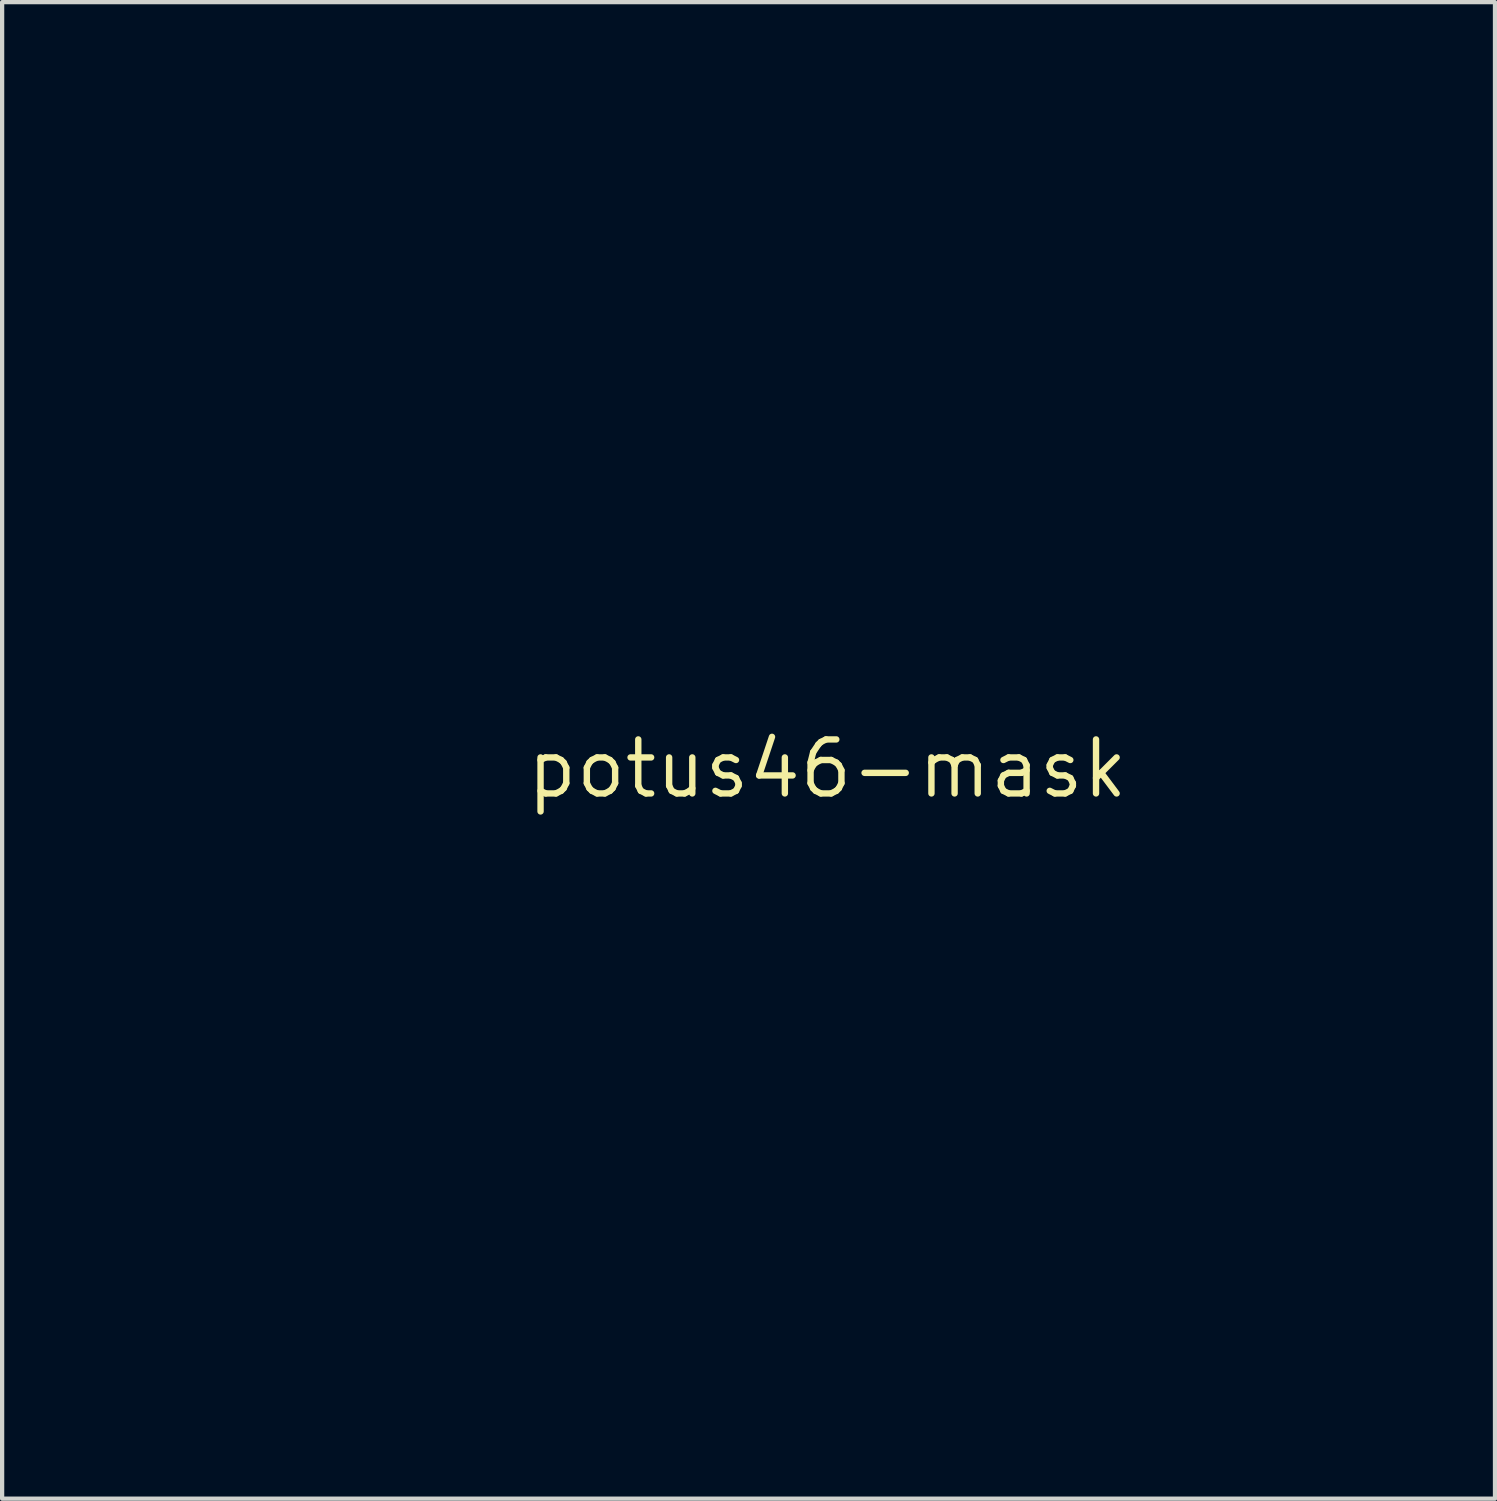
<source format=kicad_pcb>
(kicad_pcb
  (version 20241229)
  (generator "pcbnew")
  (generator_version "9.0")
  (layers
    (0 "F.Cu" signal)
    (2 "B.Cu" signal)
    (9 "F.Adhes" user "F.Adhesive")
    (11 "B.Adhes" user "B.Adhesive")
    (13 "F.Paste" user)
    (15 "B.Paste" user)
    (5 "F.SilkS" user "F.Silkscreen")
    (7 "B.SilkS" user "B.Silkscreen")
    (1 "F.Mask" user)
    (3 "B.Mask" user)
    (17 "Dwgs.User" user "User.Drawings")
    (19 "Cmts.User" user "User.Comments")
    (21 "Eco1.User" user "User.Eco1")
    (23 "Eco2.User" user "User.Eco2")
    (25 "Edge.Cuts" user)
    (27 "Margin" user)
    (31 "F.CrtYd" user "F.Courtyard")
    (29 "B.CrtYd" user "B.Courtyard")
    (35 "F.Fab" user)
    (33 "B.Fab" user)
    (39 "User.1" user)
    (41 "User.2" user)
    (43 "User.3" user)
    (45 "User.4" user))
  (footprint "potus46-mask"
    (layer "F.Cu")
    (at 16.405 15.029)
    (property "Reference" "potus46-mask" (at 0 0 0) (layer "F.SilkS") (effects (font (size 1.27 1.27) (thickness 0.15))))
    (attr through_hole)
    (fp_poly (pts (xy -2.248 9.385) (xy -2.019 9.385) (xy -2.019 9.458) (xy -2.021 9.512) (xy -2.024 9.575) (xy -2.028 9.617) (xy -2.036 9.703) (xy -2.248 9.703) (xy -2.248 9.982) (xy -2.43 9.982) (xy -2.496 9.982) (xy -2.552 9.98) (xy -2.594 9.978) (xy -2.617 9.975) (xy -2.62 9.974) (xy -2.624 9.958) (xy -2.627 9.923) (xy -2.629 9.874) (xy -2.629 9.834) (xy -2.629 9.703) (xy -3.404 9.703) (xy -3.403 9.56) (xy -3.403 9.417) (xy -3.388 9.39) (xy -2.985 9.39) (xy -2.973 9.393) (xy -2.94 9.395) (xy -2.89 9.397) (xy -2.829 9.398) (xy -2.8 9.398) (xy -2.616 9.398) (xy -2.616 8.928) (xy -2.739 8.928) (xy -2.862 9.155) (xy -2.899 9.224) (xy -2.931 9.286) (xy -2.958 9.336) (xy -2.976 9.371) (xy -2.984 9.389) (xy -2.985 9.39) (xy -3.388 9.39) (xy -2.965 8.617) (xy -2.606 8.614) (xy -2.248 8.61) (xy -2.248 9.385)) (stroke (width 0.01) (type solid)) (fill yes) (layer "F.Mask"))
    (fp_poly (pts (xy 6.586 10.745) (xy 6.603 10.781) (xy 6.622 10.839) (xy 6.656 10.947) (xy 6.77 10.947) (xy 6.831 10.949) (xy 6.868 10.954) (xy 6.881 10.966) (xy 6.872 10.985) (xy 6.84 11.015) (xy 6.796 11.048) (xy 6.709 11.113) (xy 6.741 11.215) (xy 6.758 11.276) (xy 6.764 11.314) (xy 6.756 11.331) (xy 6.734 11.329) (xy 6.696 11.308) (xy 6.654 11.28) (xy 6.562 11.215) (xy 6.485 11.276) (xy 6.439 11.312) (xy 6.408 11.334) (xy 6.389 11.345) (xy 6.378 11.347) (xy 6.369 11.342) (xy 6.366 11.339) (xy 6.361 11.323) (xy 6.367 11.292) (xy 6.383 11.242) (xy 6.389 11.225) (xy 6.426 11.125) (xy 6.377 11.09) (xy 6.335 11.06) (xy 6.291 11.029) (xy 6.283 11.024) (xy 6.255 11.002) (xy 6.241 10.984) (xy 6.24 10.979) (xy 6.254 10.973) (xy 6.287 10.968) (xy 6.334 10.964) (xy 6.365 10.963) (xy 6.485 10.959) (xy 6.517 10.849) (xy 6.537 10.786) (xy 6.554 10.747) (xy 6.57 10.734) (xy 6.586 10.745)) (stroke (width 0.01) (type solid)) (fill yes) (layer "F.Mask"))
    (fp_poly (pts (xy 1.77 -14.55) (xy 1.779 -14.511) (xy 1.787 -14.447) (xy 1.787 -14.44) (xy 1.797 -14.333) (xy 1.899 -14.308) (xy 1.962 -14.291) (xy 2 -14.275) (xy 2.015 -14.26) (xy 2.009 -14.248) (xy 1.994 -14.24) (xy 1.961 -14.227) (xy 1.916 -14.21) (xy 1.905 -14.206) (xy 1.809 -14.172) (xy 1.818 -14.061) (xy 1.822 -13.995) (xy 1.821 -13.952) (xy 1.813 -13.933) (xy 1.796 -13.938) (xy 1.768 -13.964) (xy 1.728 -14.011) (xy 1.72 -14.021) (xy 1.687 -14.06) (xy 1.66 -14.091) (xy 1.643 -14.108) (xy 1.64 -14.11) (xy 1.625 -14.105) (xy 1.593 -14.093) (xy 1.549 -14.075) (xy 1.526 -14.065) (xy 1.469 -14.043) (xy 1.432 -14.034) (xy 1.415 -14.04) (xy 1.416 -14.061) (xy 1.436 -14.099) (xy 1.47 -14.151) (xy 1.534 -14.243) (xy 1.459 -14.325) (xy 1.419 -14.372) (xy 1.398 -14.404) (xy 1.397 -14.423) (xy 1.418 -14.428) (xy 1.461 -14.422) (xy 1.518 -14.408) (xy 1.625 -14.378) (xy 1.678 -14.466) (xy 1.713 -14.522) (xy 1.739 -14.555) (xy 1.757 -14.565) (xy 1.77 -14.55)) (stroke (width 0.01) (type solid)) (fill yes) (layer "F.Mask"))
    (fp_poly (pts (xy 1.886 13.072) (xy 1.888 13.111) (xy 1.885 13.173) (xy 1.885 13.174) (xy 1.877 13.291) (xy 1.975 13.322) (xy 2.036 13.344) (xy 2.072 13.365) (xy 2.084 13.383) (xy 2.079 13.393) (xy 2.065 13.399) (xy 2.032 13.41) (xy 1.986 13.423) (xy 1.967 13.428) (xy 1.861 13.456) (xy 1.857 13.566) (xy 1.853 13.629) (xy 1.846 13.668) (xy 1.833 13.682) (xy 1.814 13.672) (xy 1.787 13.639) (xy 1.757 13.595) (xy 1.73 13.553) (xy 1.707 13.52) (xy 1.692 13.502) (xy 1.689 13.5) (xy 1.674 13.503) (xy 1.641 13.512) (xy 1.596 13.525) (xy 1.578 13.53) (xy 1.517 13.546) (xy 1.478 13.552) (xy 1.46 13.545) (xy 1.463 13.525) (xy 1.487 13.491) (xy 1.529 13.441) (xy 1.532 13.438) (xy 1.603 13.36) (xy 1.537 13.264) (xy 1.501 13.21) (xy 1.484 13.175) (xy 1.484 13.155) (xy 1.504 13.152) (xy 1.544 13.163) (xy 1.605 13.186) (xy 1.713 13.232) (xy 1.784 13.144) (xy 1.827 13.093) (xy 1.857 13.064) (xy 1.876 13.057) (xy 1.886 13.072)) (stroke (width 0.01) (type solid)) (fill yes) (layer "F.Mask"))
    (fp_poly (pts (xy -16.135 -1.549) (xy -16.108 -1.515) (xy -16.08 -1.469) (xy -16.024 -1.375) (xy -15.93 -1.405) (xy -15.863 -1.425) (xy -15.819 -1.433) (xy -15.796 -1.429) (xy -15.794 -1.411) (xy -15.813 -1.38) (xy -15.85 -1.333) (xy -15.862 -1.32) (xy -15.94 -1.233) (xy -15.876 -1.138) (xy -15.838 -1.079) (xy -15.817 -1.04) (xy -15.814 -1.018) (xy -15.829 -1.011) (xy -15.864 -1.019) (xy -15.919 -1.041) (xy -15.939 -1.049) (xy -15.986 -1.068) (xy -16.024 -1.08) (xy -16.047 -1.085) (xy -16.051 -1.083) (xy -16.068 -1.059) (xy -16.092 -1.025) (xy -16.118 -0.989) (xy -16.143 -0.954) (xy -16.162 -0.928) (xy -16.172 -0.915) (xy -16.172 -0.915) (xy -16.183 -0.921) (xy -16.196 -0.928) (xy -16.212 -0.948) (xy -16.213 -0.963) (xy -16.209 -0.986) (xy -16.206 -1.026) (xy -16.203 -1.071) (xy -16.199 -1.158) (xy -16.3 -1.198) (xy -16.358 -1.223) (xy -16.391 -1.243) (xy -16.4 -1.259) (xy -16.383 -1.275) (xy -16.342 -1.29) (xy -16.294 -1.302) (xy -16.186 -1.328) (xy -16.18 -1.442) (xy -16.175 -1.506) (xy -16.166 -1.544) (xy -16.153 -1.559) (xy -16.135 -1.549)) (stroke (width 0.01) (type solid)) (fill yes) (layer "F.Mask"))
    (fp_poly (pts (xy -10.16 10.826) (xy -10.141 10.866) (xy -10.122 10.922) (xy -10.089 11.03) (xy -9.966 11.034) (xy -9.902 11.037) (xy -9.863 11.042) (xy -9.844 11.049) (xy -9.843 11.053) (xy -9.853 11.066) (xy -9.88 11.089) (xy -9.918 11.117) (xy -9.937 11.129) (xy -10.031 11.191) (xy -9.999 11.275) (xy -9.974 11.342) (xy -9.962 11.387) (xy -9.962 11.412) (xy -9.977 11.416) (xy -10.007 11.402) (xy -10.053 11.37) (xy -10.076 11.353) (xy -10.162 11.288) (xy -10.25 11.353) (xy -10.298 11.387) (xy -10.33 11.407) (xy -10.35 11.415) (xy -10.363 11.413) (xy -10.369 11.406) (xy -10.368 11.39) (xy -10.36 11.356) (xy -10.347 11.312) (xy -10.344 11.302) (xy -10.329 11.256) (xy -10.318 11.218) (xy -10.313 11.196) (xy -10.312 11.195) (xy -10.322 11.181) (xy -10.349 11.158) (xy -10.387 11.131) (xy -10.401 11.121) (xy -10.454 11.084) (xy -10.483 11.057) (xy -10.489 11.039) (xy -10.472 11.029) (xy -10.43 11.025) (xy -10.375 11.026) (xy -10.261 11.03) (xy -10.235 10.941) (xy -10.221 10.894) (xy -10.21 10.854) (xy -10.203 10.83) (xy -10.203 10.829) (xy -10.188 10.812) (xy -10.175 10.81) (xy -10.16 10.826)) (stroke (width 0.01) (type solid)) (fill yes) (layer "F.Mask"))
    (fp_poly (pts (xy -1.978 13.56) (xy -1.943 13.579) (xy -1.892 13.615) (xy -1.887 13.619) (xy -1.791 13.691) (xy -1.695 13.619) (xy -1.642 13.581) (xy -1.605 13.561) (xy -1.585 13.56) (xy -1.58 13.579) (xy -1.588 13.617) (xy -1.605 13.668) (xy -1.621 13.714) (xy -1.633 13.751) (xy -1.638 13.773) (xy -1.638 13.774) (xy -1.628 13.787) (xy -1.602 13.81) (xy -1.564 13.838) (xy -1.55 13.847) (xy -1.5 13.883) (xy -1.472 13.909) (xy -1.468 13.927) (xy -1.488 13.938) (xy -1.531 13.943) (xy -1.588 13.945) (xy -1.701 13.945) (xy -1.735 14.053) (xy -1.756 14.113) (xy -1.774 14.148) (xy -1.791 14.16) (xy -1.807 14.148) (xy -1.817 14.127) (xy -1.827 14.096) (xy -1.841 14.052) (xy -1.851 14.019) (xy -1.873 13.945) (xy -1.991 13.945) (xy -2.054 13.943) (xy -2.092 13.937) (xy -2.107 13.926) (xy -2.098 13.907) (xy -2.067 13.88) (xy -2.029 13.853) (xy -1.99 13.826) (xy -1.958 13.804) (xy -1.941 13.792) (xy -1.94 13.791) (xy -1.939 13.777) (xy -1.947 13.745) (xy -1.961 13.7) (xy -1.968 13.678) (xy -1.989 13.617) (xy -1.998 13.577) (xy -1.995 13.56) (xy -1.978 13.56)) (stroke (width 0.01) (type solid)) (fill yes) (layer "F.Mask"))
    (fp_poly (pts (xy 12.459 -1.668) (xy 12.466 -1.625) (xy 12.469 -1.573) (xy 12.472 -1.463) (xy 12.583 -1.433) (xy 12.639 -1.416) (xy 12.677 -1.4) (xy 12.693 -1.388) (xy 12.694 -1.386) (xy 12.683 -1.374) (xy 12.653 -1.356) (xy 12.611 -1.335) (xy 12.592 -1.327) (xy 12.49 -1.285) (xy 12.494 -1.204) (xy 12.497 -1.156) (xy 12.501 -1.113) (xy 12.504 -1.091) (xy 12.503 -1.061) (xy 12.492 -1.05) (xy 12.474 -1.055) (xy 12.445 -1.082) (xy 12.406 -1.128) (xy 12.376 -1.167) (xy 12.352 -1.197) (xy 12.338 -1.215) (xy 12.337 -1.217) (xy 12.325 -1.214) (xy 12.295 -1.202) (xy 12.254 -1.184) (xy 12.23 -1.173) (xy 12.172 -1.148) (xy 12.134 -1.138) (xy 12.116 -1.143) (xy 12.116 -1.164) (xy 12.135 -1.203) (xy 12.162 -1.247) (xy 12.188 -1.289) (xy 12.209 -1.323) (xy 12.22 -1.343) (xy 12.221 -1.345) (xy 12.214 -1.359) (xy 12.195 -1.388) (xy 12.167 -1.426) (xy 12.149 -1.448) (xy 12.11 -1.498) (xy 12.09 -1.531) (xy 12.089 -1.55) (xy 12.109 -1.556) (xy 12.151 -1.549) (xy 12.209 -1.533) (xy 12.318 -1.502) (xy 12.372 -1.596) (xy 12.405 -1.65) (xy 12.43 -1.68) (xy 12.447 -1.686) (xy 12.459 -1.668)) (stroke (width 0.01) (type solid)) (fill yes) (layer "F.Mask"))
    (fp_poly (pts (xy -10.477 -12.172) (xy -10.448 -12.153) (xy -10.41 -12.126) (xy -10.397 -12.115) (xy -10.312 -12.051) (xy -10.221 -12.121) (xy -10.168 -12.159) (xy -10.132 -12.178) (xy -10.113 -12.178) (xy -10.108 -12.158) (xy -10.117 -12.118) (xy -10.135 -12.063) (xy -10.152 -12.017) (xy -10.165 -11.98) (xy -10.172 -11.96) (xy -10.173 -11.957) (xy -10.163 -11.949) (xy -10.136 -11.93) (xy -10.098 -11.905) (xy -10.077 -11.892) (xy -10.035 -11.864) (xy -10.004 -11.839) (xy -9.987 -11.822) (xy -9.986 -11.818) (xy -10 -11.811) (xy -10.034 -11.805) (xy -10.083 -11.8) (xy -10.11 -11.798) (xy -10.23 -11.792) (xy -10.266 -11.681) (xy -10.284 -11.628) (xy -10.301 -11.59) (xy -10.315 -11.571) (xy -10.318 -11.57) (xy -10.33 -11.582) (xy -10.345 -11.615) (xy -10.362 -11.668) (xy -10.365 -11.679) (xy -10.395 -11.788) (xy -10.509 -11.784) (xy -10.567 -11.783) (xy -10.606 -11.786) (xy -10.625 -11.795) (xy -10.624 -11.811) (xy -10.603 -11.835) (xy -10.562 -11.869) (xy -10.499 -11.914) (xy -10.461 -11.94) (xy -10.459 -11.955) (xy -10.465 -11.989) (xy -10.479 -12.036) (xy -10.483 -12.051) (xy -10.501 -12.111) (xy -10.509 -12.15) (xy -10.505 -12.172) (xy -10.491 -12.179) (xy -10.491 -12.179) (xy -10.477 -12.172)) (stroke (width 0.01) (type solid)) (fill yes) (layer "F.Mask"))
    (fp_poly (pts (xy -15.411 -5.068) (xy -15.399 -5.05) (xy -15.386 -5.014) (xy -15.374 -4.973) (xy -15.347 -4.872) (xy -15.23 -4.875) (xy -15.168 -4.876) (xy -15.129 -4.871) (xy -15.115 -4.861) (xy -15.123 -4.841) (xy -15.154 -4.812) (xy -15.202 -4.775) (xy -15.242 -4.745) (xy -15.272 -4.72) (xy -15.289 -4.704) (xy -15.291 -4.702) (xy -15.287 -4.687) (xy -15.277 -4.654) (xy -15.263 -4.609) (xy -15.256 -4.589) (xy -15.239 -4.53) (xy -15.232 -4.49) (xy -15.234 -4.471) (xy -15.234 -4.471) (xy -15.251 -4.472) (xy -15.283 -4.49) (xy -15.331 -4.523) (xy -15.339 -4.529) (xy -15.431 -4.599) (xy -15.512 -4.535) (xy -15.564 -4.495) (xy -15.6 -4.474) (xy -15.62 -4.473) (xy -15.626 -4.491) (xy -15.619 -4.53) (xy -15.602 -4.585) (xy -15.587 -4.632) (xy -15.575 -4.669) (xy -15.57 -4.691) (xy -15.57 -4.693) (xy -15.58 -4.706) (xy -15.607 -4.729) (xy -15.645 -4.757) (xy -15.66 -4.768) (xy -15.7 -4.796) (xy -15.73 -4.822) (xy -15.744 -4.839) (xy -15.745 -4.843) (xy -15.729 -4.851) (xy -15.691 -4.859) (xy -15.632 -4.864) (xy -15.626 -4.864) (xy -15.513 -4.87) (xy -15.481 -4.972) (xy -15.462 -5.025) (xy -15.448 -5.056) (xy -15.434 -5.071) (xy -15.425 -5.074) (xy -15.411 -5.068)) (stroke (width 0.01) (type solid)) (fill yes) (layer "F.Mask"))
    (fp_poly (pts (xy -5.454 -14.553) (xy -5.428 -14.519) (xy -5.4 -14.473) (xy -5.346 -14.379) (xy -5.238 -14.407) (xy -5.175 -14.422) (xy -5.135 -14.427) (xy -5.117 -14.42) (xy -5.12 -14.4) (xy -5.143 -14.367) (xy -5.177 -14.327) (xy -5.215 -14.281) (xy -5.237 -14.247) (xy -5.24 -14.229) (xy -5.229 -14.21) (xy -5.208 -14.177) (xy -5.18 -14.136) (xy -5.176 -14.13) (xy -5.144 -14.082) (xy -5.13 -14.051) (xy -5.134 -14.035) (xy -5.158 -14.034) (xy -5.203 -14.048) (xy -5.248 -14.066) (xy -5.294 -14.086) (xy -5.332 -14.101) (xy -5.354 -14.109) (xy -5.358 -14.11) (xy -5.369 -14.1) (xy -5.391 -14.075) (xy -5.421 -14.039) (xy -5.436 -14.021) (xy -5.476 -13.971) (xy -5.506 -13.942) (xy -5.527 -13.932) (xy -5.54 -13.94) (xy -5.541 -13.941) (xy -5.542 -13.958) (xy -5.54 -13.992) (xy -5.537 -14.027) (xy -5.529 -14.087) (xy -5.526 -14.128) (xy -5.531 -14.154) (xy -5.547 -14.171) (xy -5.576 -14.185) (xy -5.621 -14.202) (xy -5.626 -14.203) (xy -5.686 -14.227) (xy -5.72 -14.247) (xy -5.73 -14.264) (xy -5.714 -14.279) (xy -5.674 -14.294) (xy -5.622 -14.307) (xy -5.515 -14.331) (xy -5.504 -14.445) (xy -5.496 -14.509) (xy -5.486 -14.548) (xy -5.473 -14.563) (xy -5.454 -14.553)) (stroke (width 0.01) (type solid)) (fill yes) (layer "F.Mask"))
    (fp_poly (pts (xy 5.166 -13.205) (xy 5.162 -13.162) (xy 5.152 -13.113) (xy 5.142 -13.066) (xy 5.134 -13.028) (xy 5.131 -13.006) (xy 5.131 -13.005) (xy 5.141 -12.994) (xy 5.17 -12.975) (xy 5.211 -12.952) (xy 5.232 -12.941) (xy 5.287 -12.912) (xy 5.318 -12.89) (xy 5.327 -12.874) (xy 5.327 -12.873) (xy 5.308 -12.858) (xy 5.269 -12.848) (xy 5.212 -12.841) (xy 5.167 -12.84) (xy 5.108 -12.84) (xy 5.093 -12.748) (xy 5.083 -12.684) (xy 5.075 -12.642) (xy 5.069 -12.616) (xy 5.062 -12.603) (xy 5.054 -12.599) (xy 5.05 -12.598) (xy 5.037 -12.609) (xy 5.018 -12.638) (xy 4.996 -12.681) (xy 4.983 -12.707) (xy 4.934 -12.817) (xy 4.886 -12.809) (xy 4.804 -12.797) (xy 4.746 -12.791) (xy 4.708 -12.792) (xy 4.689 -12.798) (xy 4.686 -12.805) (xy 4.696 -12.826) (xy 4.718 -12.85) (xy 4.719 -12.851) (xy 4.748 -12.875) (xy 4.785 -12.907) (xy 4.802 -12.922) (xy 4.852 -12.967) (xy 4.801 -13.067) (xy 4.775 -13.124) (xy 4.762 -13.161) (xy 4.765 -13.18) (xy 4.784 -13.182) (xy 4.822 -13.167) (xy 4.879 -13.137) (xy 4.89 -13.131) (xy 4.982 -13.079) (xy 5.062 -13.159) (xy 5.109 -13.202) (xy 5.14 -13.224) (xy 5.159 -13.226) (xy 5.166 -13.205)) (stroke (width 0.01) (type solid)) (fill yes) (layer "F.Mask"))
    (fp_poly (pts (xy -15.967 2.032) (xy -15.932 2.059) (xy -15.895 2.094) (xy -15.814 2.175) (xy -15.717 2.114) (xy -15.662 2.082) (xy -15.625 2.066) (xy -15.606 2.068) (xy -15.603 2.088) (xy -15.616 2.127) (xy -15.643 2.187) (xy -15.643 2.189) (xy -15.695 2.296) (xy -15.607 2.377) (xy -15.56 2.421) (xy -15.535 2.452) (xy -15.531 2.471) (xy -15.549 2.478) (xy -15.59 2.477) (xy -15.646 2.469) (xy -15.696 2.462) (xy -15.735 2.459) (xy -15.758 2.459) (xy -15.761 2.461) (xy -15.77 2.476) (xy -15.784 2.509) (xy -15.802 2.553) (xy -15.806 2.562) (xy -15.831 2.617) (xy -15.851 2.648) (xy -15.867 2.654) (xy -15.882 2.636) (xy -15.895 2.592) (xy -15.905 2.544) (xy -15.915 2.495) (xy -15.923 2.456) (xy -15.928 2.434) (xy -15.929 2.431) (xy -15.942 2.428) (xy -15.975 2.424) (xy -16.021 2.419) (xy -16.04 2.417) (xy -16.103 2.409) (xy -16.14 2.399) (xy -16.153 2.384) (xy -16.141 2.365) (xy -16.106 2.339) (xy -16.06 2.312) (xy -16.017 2.287) (xy -15.983 2.265) (xy -15.966 2.25) (xy -15.964 2.247) (xy -15.966 2.23) (xy -15.973 2.195) (xy -15.983 2.149) (xy -15.985 2.14) (xy -15.996 2.079) (xy -15.998 2.041) (xy -15.989 2.026) (xy -15.967 2.032)) (stroke (width 0.01) (type solid)) (fill yes) (layer "F.Mask"))
    (fp_poly (pts (xy -8.855 -13.213) (xy -8.821 -13.188) (xy -8.774 -13.146) (xy -8.691 -13.07) (xy -8.593 -13.128) (xy -8.538 -13.157) (xy -8.501 -13.172) (xy -8.482 -13.173) (xy -8.481 -13.173) (xy -8.48 -13.155) (xy -8.493 -13.117) (xy -8.519 -13.061) (xy -8.52 -13.059) (xy -8.57 -12.959) (xy -8.489 -12.886) (xy -8.452 -12.85) (xy -8.424 -12.819) (xy -8.409 -12.797) (xy -8.407 -12.793) (xy -8.413 -12.783) (xy -8.431 -12.779) (xy -8.465 -12.779) (xy -8.518 -12.785) (xy -8.593 -12.796) (xy -8.6 -12.797) (xy -8.646 -12.804) (xy -8.697 -12.695) (xy -8.727 -12.636) (xy -8.749 -12.6) (xy -8.766 -12.587) (xy -8.778 -12.593) (xy -8.782 -12.602) (xy -8.787 -12.621) (xy -8.794 -12.658) (xy -8.802 -12.706) (xy -8.804 -12.719) (xy -8.813 -12.77) (xy -8.821 -12.802) (xy -8.831 -12.817) (xy -8.844 -12.823) (xy -8.846 -12.823) (xy -8.871 -12.826) (xy -8.912 -12.83) (xy -8.957 -12.834) (xy -9.009 -12.841) (xy -9.038 -12.852) (xy -9.043 -12.868) (xy -9.023 -12.889) (xy -8.979 -12.915) (xy -8.947 -12.932) (xy -8.902 -12.955) (xy -8.873 -12.973) (xy -8.858 -12.994) (xy -8.855 -13.022) (xy -8.861 -13.064) (xy -8.87 -13.113) (xy -8.88 -13.169) (xy -8.882 -13.205) (xy -8.874 -13.219) (xy -8.855 -13.213)) (stroke (width 0.01) (type solid)) (fill yes) (layer "F.Mask"))
    (fp_poly (pts (xy -3.675 -14.899) (xy -3.655 -14.871) (xy -3.631 -14.83) (xy -3.619 -14.808) (xy -3.568 -14.706) (xy -3.515 -14.714) (xy -3.464 -14.722) (xy -3.412 -14.731) (xy -3.407 -14.732) (xy -3.363 -14.736) (xy -3.341 -14.73) (xy -3.34 -14.713) (xy -3.36 -14.683) (xy -3.403 -14.641) (xy -3.411 -14.634) (xy -3.495 -14.558) (xy -3.443 -14.456) (xy -3.416 -14.397) (xy -3.403 -14.359) (xy -3.407 -14.34) (xy -3.428 -14.339) (xy -3.467 -14.356) (xy -3.518 -14.384) (xy -3.562 -14.409) (xy -3.599 -14.428) (xy -3.622 -14.439) (xy -3.626 -14.44) (xy -3.641 -14.431) (xy -3.668 -14.409) (xy -3.702 -14.376) (xy -3.715 -14.364) (xy -3.761 -14.319) (xy -3.794 -14.295) (xy -3.814 -14.289) (xy -3.822 -14.303) (xy -3.823 -14.31) (xy -3.82 -14.334) (xy -3.812 -14.373) (xy -3.804 -14.408) (xy -3.791 -14.462) (xy -3.788 -14.498) (xy -3.795 -14.522) (xy -3.818 -14.541) (xy -3.858 -14.562) (xy -3.88 -14.572) (xy -3.934 -14.601) (xy -3.966 -14.625) (xy -3.975 -14.644) (xy -3.96 -14.657) (xy -3.947 -14.661) (xy -3.92 -14.665) (xy -3.877 -14.671) (xy -3.829 -14.677) (xy -3.74 -14.688) (xy -3.723 -14.799) (xy -3.711 -14.859) (xy -3.701 -14.896) (xy -3.69 -14.91) (xy -3.688 -14.91) (xy -3.675 -14.899)) (stroke (width 0.01) (type solid)) (fill yes) (layer "F.Mask"))
    (fp_poly (pts (xy 7.77 -11.114) (xy 7.813 -11.077) (xy 7.825 -11.065) (xy 7.903 -10.989) (xy 7.999 -11.044) (xy 8.056 -11.074) (xy 8.094 -11.089) (xy 8.113 -11.086) (xy 8.115 -11.064) (xy 8.101 -11.024) (xy 8.077 -10.972) (xy 8.026 -10.871) (xy 8.076 -10.826) (xy 8.112 -10.795) (xy 8.146 -10.766) (xy 8.159 -10.756) (xy 8.179 -10.733) (xy 8.191 -10.707) (xy 8.191 -10.687) (xy 8.18 -10.681) (xy 8.163 -10.683) (xy 8.127 -10.689) (xy 8.081 -10.697) (xy 8.069 -10.7) (xy 8.022 -10.707) (xy 7.985 -10.711) (xy 7.964 -10.71) (xy 7.962 -10.709) (xy 7.954 -10.694) (xy 7.939 -10.661) (xy 7.919 -10.617) (xy 7.913 -10.601) (xy 7.89 -10.55) (xy 7.873 -10.519) (xy 7.861 -10.506) (xy 7.849 -10.508) (xy 7.839 -10.519) (xy 7.831 -10.538) (xy 7.822 -10.576) (xy 7.812 -10.624) (xy 7.81 -10.638) (xy 7.794 -10.741) (xy 7.729 -10.749) (xy 7.66 -10.758) (xy 7.612 -10.765) (xy 7.581 -10.771) (xy 7.564 -10.777) (xy 7.558 -10.784) (xy 7.556 -10.79) (xy 7.567 -10.803) (xy 7.596 -10.823) (xy 7.637 -10.847) (xy 7.657 -10.858) (xy 7.758 -10.909) (xy 7.739 -10.988) (xy 7.724 -11.058) (xy 7.719 -11.104) (xy 7.724 -11.129) (xy 7.741 -11.132) (xy 7.77 -11.114)) (stroke (width 0.01) (type solid)) (fill yes) (layer "F.Mask"))
    (fp_poly (pts (xy -14.731 -6.739) (xy -14.72 -6.706) (xy -14.71 -6.662) (xy -14.709 -6.654) (xy -14.7 -6.606) (xy -14.692 -6.568) (xy -14.688 -6.546) (xy -14.687 -6.545) (xy -14.673 -6.537) (xy -14.638 -6.53) (xy -14.587 -6.523) (xy -14.568 -6.522) (xy -14.505 -6.515) (xy -14.467 -6.506) (xy -14.453 -6.492) (xy -14.463 -6.474) (xy -14.497 -6.449) (xy -14.554 -6.416) (xy -14.599 -6.392) (xy -14.634 -6.372) (xy -14.653 -6.359) (xy -14.656 -6.357) (xy -14.653 -6.343) (xy -14.647 -6.311) (xy -14.637 -6.267) (xy -14.637 -6.265) (xy -14.626 -6.217) (xy -14.617 -6.176) (xy -14.611 -6.151) (xy -14.611 -6.125) (xy -14.625 -6.119) (xy -14.653 -6.133) (xy -14.693 -6.166) (xy -14.721 -6.191) (xy -14.802 -6.272) (xy -14.891 -6.216) (xy -14.933 -6.19) (xy -14.967 -6.171) (xy -14.987 -6.161) (xy -14.99 -6.16) (xy -15.004 -6.169) (xy -15.003 -6.198) (xy -14.988 -6.246) (xy -14.969 -6.29) (xy -14.925 -6.385) (xy -15.006 -6.465) (xy -15.041 -6.502) (xy -15.066 -6.532) (xy -15.079 -6.552) (xy -15.079 -6.557) (xy -15.064 -6.561) (xy -15.028 -6.563) (xy -14.977 -6.561) (xy -14.959 -6.559) (xy -14.847 -6.551) (xy -14.8 -6.654) (xy -14.778 -6.699) (xy -14.758 -6.733) (xy -14.744 -6.751) (xy -14.74 -6.753) (xy -14.731 -6.739)) (stroke (width 0.01) (type solid)) (fill yes) (layer "F.Mask"))
    (fp_poly (pts (xy 3.541 12.484) (xy 3.547 12.503) (xy 3.551 12.541) (xy 3.553 12.594) (xy 3.557 12.71) (xy 3.642 12.726) (xy 3.713 12.74) (xy 3.758 12.754) (xy 3.779 12.768) (xy 3.776 12.784) (xy 3.749 12.802) (xy 3.699 12.825) (xy 3.676 12.834) (xy 3.575 12.874) (xy 3.579 12.988) (xy 3.579 13.053) (xy 3.575 13.093) (xy 3.564 13.11) (xy 3.544 13.104) (xy 3.514 13.076) (xy 3.48 13.036) (xy 3.448 12.998) (xy 3.419 12.969) (xy 3.401 12.955) (xy 3.397 12.954) (xy 3.378 12.959) (xy 3.343 12.971) (xy 3.299 12.989) (xy 3.29 12.993) (xy 3.232 13.015) (xy 3.195 13.024) (xy 3.178 13.019) (xy 3.18 12.997) (xy 3.201 12.959) (xy 3.232 12.912) (xy 3.259 12.872) (xy 3.279 12.84) (xy 3.289 12.822) (xy 3.289 12.82) (xy 3.281 12.807) (xy 3.261 12.78) (xy 3.23 12.744) (xy 3.218 12.729) (xy 3.179 12.683) (xy 3.16 12.652) (xy 3.16 12.634) (xy 3.181 12.629) (xy 3.224 12.634) (xy 3.285 12.648) (xy 3.335 12.66) (xy 3.374 12.666) (xy 3.397 12.668) (xy 3.401 12.666) (xy 3.414 12.638) (xy 3.436 12.602) (xy 3.463 12.561) (xy 3.49 12.524) (xy 3.513 12.494) (xy 3.529 12.479) (xy 3.532 12.478) (xy 3.541 12.484)) (stroke (width 0.01) (type solid)) (fill yes) (layer "F.Mask"))
    (fp_poly (pts (xy 7.912 9.596) (xy 7.934 9.625) (xy 7.961 9.676) (xy 7.97 9.695) (xy 7.99 9.741) (xy 8.006 9.777) (xy 8.016 9.797) (xy 8.017 9.799) (xy 8.03 9.798) (xy 8.061 9.793) (xy 8.103 9.785) (xy 8.171 9.772) (xy 8.216 9.768) (xy 8.239 9.775) (xy 8.239 9.792) (xy 8.217 9.821) (xy 8.174 9.863) (xy 8.161 9.875) (xy 8.08 9.948) (xy 8.129 10.054) (xy 8.154 10.112) (xy 8.164 10.149) (xy 8.159 10.166) (xy 8.138 10.166) (xy 8.098 10.15) (xy 8.049 10.124) (xy 7.957 10.072) (xy 7.874 10.154) (xy 7.83 10.195) (xy 7.799 10.219) (xy 7.779 10.226) (xy 7.774 10.224) (xy 7.765 10.215) (xy 7.763 10.197) (xy 7.768 10.166) (xy 7.777 10.126) (xy 7.789 10.08) (xy 7.799 10.04) (xy 7.805 10.018) (xy 7.803 10.004) (xy 7.787 9.988) (xy 7.753 9.967) (xy 7.71 9.944) (xy 7.664 9.92) (xy 7.629 9.897) (xy 7.61 9.881) (xy 7.607 9.876) (xy 7.619 9.858) (xy 7.653 9.847) (xy 7.707 9.843) (xy 7.709 9.843) (xy 7.754 9.84) (xy 7.799 9.835) (xy 7.846 9.827) (xy 7.861 9.73) (xy 7.869 9.68) (xy 7.876 9.638) (xy 7.882 9.612) (xy 7.882 9.61) (xy 7.894 9.591) (xy 7.912 9.596)) (stroke (width 0.01) (type solid)) (fill yes) (layer "F.Mask"))
    (fp_poly (pts (xy 11.536 3.656) (xy 11.57 3.675) (xy 11.622 3.713) (xy 11.667 3.747) (xy 11.697 3.767) (xy 11.717 3.774) (xy 11.731 3.771) (xy 11.734 3.769) (xy 11.754 3.753) (xy 11.786 3.727) (xy 11.818 3.7) (xy 11.86 3.669) (xy 11.888 3.656) (xy 11.9 3.658) (xy 11.908 3.667) (xy 11.909 3.685) (xy 11.901 3.717) (xy 11.887 3.762) (xy 11.871 3.808) (xy 11.859 3.845) (xy 11.852 3.867) (xy 11.852 3.869) (xy 11.86 3.882) (xy 11.884 3.906) (xy 11.92 3.935) (xy 11.938 3.949) (xy 11.978 3.98) (xy 12.008 4.007) (xy 12.023 4.025) (xy 12.024 4.03) (xy 12.008 4.038) (xy 11.968 4.045) (xy 11.906 4.049) (xy 11.905 4.049) (xy 11.791 4.052) (xy 11.76 4.156) (xy 11.74 4.217) (xy 11.722 4.252) (xy 11.707 4.263) (xy 11.691 4.249) (xy 11.673 4.21) (xy 11.658 4.163) (xy 11.626 4.058) (xy 11.515 4.062) (xy 11.461 4.063) (xy 11.426 4.062) (xy 11.407 4.057) (xy 11.398 4.048) (xy 11.396 4.044) (xy 11.398 4.021) (xy 11.406 4.012) (xy 11.424 4) (xy 11.457 3.978) (xy 11.496 3.949) (xy 11.502 3.945) (xy 11.581 3.887) (xy 11.541 3.778) (xy 11.521 3.716) (xy 11.512 3.675) (xy 11.517 3.655) (xy 11.536 3.656)) (stroke (width 0.01) (type solid)) (fill yes) (layer "F.Mask"))
    (fp_poly (pts (xy -15.88 -3.336) (xy -15.858 -3.297) (xy -15.839 -3.252) (xy -15.819 -3.203) (xy -15.802 -3.172) (xy -15.783 -3.156) (xy -15.756 -3.153) (xy -15.715 -3.158) (xy -15.665 -3.168) (xy -15.608 -3.177) (xy -15.572 -3.179) (xy -15.557 -3.17) (xy -15.564 -3.15) (xy -15.592 -3.117) (xy -15.64 -3.071) (xy -15.642 -3.069) (xy -15.726 -2.99) (xy -15.673 -2.885) (xy -15.644 -2.824) (xy -15.629 -2.783) (xy -15.63 -2.762) (xy -15.648 -2.759) (xy -15.683 -2.774) (xy -15.738 -2.805) (xy -15.751 -2.812) (xy -15.843 -2.869) (xy -15.92 -2.793) (xy -15.966 -2.75) (xy -15.997 -2.726) (xy -16.017 -2.72) (xy -16.026 -2.732) (xy -16.027 -2.746) (xy -16.024 -2.774) (xy -16.017 -2.816) (xy -16.009 -2.857) (xy -16.001 -2.901) (xy -15.997 -2.934) (xy -15.998 -2.95) (xy -16.011 -2.96) (xy -16.042 -2.978) (xy -16.083 -3) (xy -16.092 -3.004) (xy -16.142 -3.032) (xy -16.171 -3.054) (xy -16.18 -3.072) (xy -16.18 -3.072) (xy -16.176 -3.085) (xy -16.163 -3.094) (xy -16.134 -3.1) (xy -16.086 -3.105) (xy -16.038 -3.111) (xy -15.999 -3.118) (xy -15.976 -3.124) (xy -15.975 -3.125) (xy -15.965 -3.142) (xy -15.953 -3.177) (xy -15.942 -3.224) (xy -15.939 -3.241) (xy -15.926 -3.302) (xy -15.912 -3.339) (xy -15.897 -3.35) (xy -15.88 -3.336)) (stroke (width 0.01) (type solid)) (fill yes) (layer "F.Mask"))
    (fp_poly (pts (xy -14.542 5.423) (xy -14.541 5.428) (xy -14.544 5.448) (xy -14.55 5.486) (xy -14.56 5.534) (xy -14.562 5.544) (xy -14.582 5.643) (xy -14.553 5.665) (xy -14.525 5.683) (xy -14.485 5.705) (xy -14.449 5.723) (xy -14.403 5.748) (xy -14.38 5.768) (xy -14.382 5.783) (xy -14.407 5.795) (xy -14.458 5.805) (xy -14.491 5.808) (xy -14.54 5.814) (xy -14.578 5.818) (xy -14.6 5.822) (xy -14.602 5.823) (xy -14.606 5.836) (xy -14.612 5.867) (xy -14.619 5.907) (xy -14.629 5.967) (xy -14.636 6.007) (xy -14.643 6.031) (xy -14.65 6.042) (xy -14.658 6.045) (xy -14.661 6.045) (xy -14.673 6.034) (xy -14.692 6.005) (xy -14.713 5.964) (xy -14.719 5.95) (xy -14.74 5.904) (xy -14.758 5.869) (xy -14.771 5.849) (xy -14.773 5.847) (xy -14.79 5.845) (xy -14.826 5.847) (xy -14.873 5.853) (xy -14.887 5.855) (xy -14.948 5.863) (xy -14.987 5.862) (xy -15.002 5.852) (xy -14.995 5.831) (xy -14.966 5.798) (xy -14.927 5.76) (xy -14.843 5.683) (xy -14.896 5.578) (xy -14.922 5.521) (xy -14.934 5.484) (xy -14.93 5.466) (xy -14.908 5.467) (xy -14.869 5.484) (xy -14.819 5.512) (xy -14.729 5.565) (xy -14.651 5.488) (xy -14.603 5.443) (xy -14.57 5.418) (xy -14.55 5.411) (xy -14.542 5.423)) (stroke (width 0.01) (type solid)) (fill yes) (layer "F.Mask"))
    (fp_poly (pts (xy -11.503 9.699) (xy -11.49 9.741) (xy -11.481 9.786) (xy -11.471 9.835) (xy -11.461 9.875) (xy -11.454 9.899) (xy -11.452 9.901) (xy -11.436 9.909) (xy -11.401 9.917) (xy -11.354 9.924) (xy -11.342 9.925) (xy -11.284 9.932) (xy -11.243 9.942) (xy -11.225 9.952) (xy -11.217 9.962) (xy -11.215 9.97) (xy -11.223 9.978) (xy -11.244 9.99) (xy -11.281 10.009) (xy -11.316 10.027) (xy -11.36 10.049) (xy -11.394 10.066) (xy -11.413 10.076) (xy -11.415 10.077) (xy -11.414 10.09) (xy -11.408 10.121) (xy -11.4 10.161) (xy -11.39 10.206) (xy -11.38 10.247) (xy -11.372 10.276) (xy -11.371 10.298) (xy -11.386 10.301) (xy -11.415 10.288) (xy -11.455 10.259) (xy -11.484 10.235) (xy -11.567 10.16) (xy -11.657 10.211) (xy -11.715 10.242) (xy -11.754 10.258) (xy -11.774 10.257) (xy -11.778 10.238) (xy -11.767 10.2) (xy -11.741 10.141) (xy -11.74 10.139) (xy -11.695 10.039) (xy -11.778 9.963) (xy -11.824 9.919) (xy -11.848 9.887) (xy -11.852 9.868) (xy -11.833 9.859) (xy -11.793 9.861) (xy -11.757 9.866) (xy -11.699 9.876) (xy -11.66 9.879) (xy -11.634 9.873) (xy -11.615 9.854) (xy -11.598 9.82) (xy -11.581 9.779) (xy -11.555 9.722) (xy -11.534 9.69) (xy -11.517 9.682) (xy -11.503 9.699)) (stroke (width 0.01) (type solid)) (fill yes) (layer "F.Mask"))
    (fp_poly (pts (xy -12.759 -9.737) (xy -12.756 -9.696) (xy -12.759 -9.64) (xy -12.767 -9.528) (xy -12.664 -9.494) (xy -12.611 -9.475) (xy -12.578 -9.459) (xy -12.563 -9.446) (xy -12.56 -9.436) (xy -12.565 -9.423) (xy -12.582 -9.412) (xy -12.615 -9.401) (xy -12.659 -9.392) (xy -12.707 -9.381) (xy -12.747 -9.372) (xy -12.771 -9.366) (xy -12.773 -9.366) (xy -12.783 -9.349) (xy -12.788 -9.308) (xy -12.789 -9.279) (xy -12.791 -9.208) (xy -12.798 -9.156) (xy -12.809 -9.126) (xy -12.82 -9.119) (xy -12.833 -9.129) (xy -12.854 -9.156) (xy -12.88 -9.196) (xy -12.891 -9.214) (xy -12.92 -9.261) (xy -12.942 -9.289) (xy -12.958 -9.302) (xy -12.973 -9.303) (xy -12.998 -9.297) (xy -13.038 -9.285) (xy -13.083 -9.272) (xy -13.131 -9.26) (xy -13.16 -9.256) (xy -13.173 -9.261) (xy -13.174 -9.263) (xy -13.169 -9.279) (xy -13.151 -9.309) (xy -13.123 -9.347) (xy -13.11 -9.363) (xy -13.04 -9.448) (xy -13.1 -9.545) (xy -13.132 -9.6) (xy -13.148 -9.636) (xy -13.146 -9.655) (xy -13.125 -9.658) (xy -13.086 -9.648) (xy -13.047 -9.633) (xy -13.003 -9.615) (xy -12.967 -9.601) (xy -12.947 -9.593) (xy -12.946 -9.593) (xy -12.932 -9.599) (xy -12.907 -9.622) (xy -12.875 -9.656) (xy -12.858 -9.676) (xy -12.816 -9.724) (xy -12.787 -9.751) (xy -12.768 -9.756) (xy -12.759 -9.737)) (stroke (width 0.01) (type solid)) (fill yes) (layer "F.Mask"))
    (fp_poly (pts (xy -0.022 -14.889) (xy -0.008 -14.847) (xy 0.002 -14.802) (xy 0.012 -14.754) (xy 0.02 -14.716) (xy 0.024 -14.694) (xy 0.024 -14.692) (xy 0.036 -14.687) (xy 0.068 -14.681) (xy 0.111 -14.676) (xy 0.117 -14.675) (xy 0.166 -14.67) (xy 0.207 -14.665) (xy 0.231 -14.661) (xy 0.232 -14.66) (xy 0.252 -14.648) (xy 0.248 -14.629) (xy 0.22 -14.605) (xy 0.169 -14.575) (xy 0.159 -14.57) (xy 0.111 -14.544) (xy 0.078 -14.522) (xy 0.064 -14.505) (xy 0.064 -14.504) (xy 0.067 -14.481) (xy 0.075 -14.444) (xy 0.083 -14.415) (xy 0.097 -14.351) (xy 0.1 -14.309) (xy 0.092 -14.29) (xy 0.086 -14.288) (xy 0.07 -14.296) (xy 0.04 -14.318) (xy 0.003 -14.349) (xy -0.015 -14.365) (xy -0.1 -14.442) (xy -0.199 -14.384) (xy -0.253 -14.355) (xy -0.29 -14.34) (xy -0.31 -14.338) (xy -0.31 -14.339) (xy -0.311 -14.357) (xy -0.299 -14.394) (xy -0.275 -14.448) (xy -0.273 -14.454) (xy -0.222 -14.556) (xy -0.302 -14.626) (xy -0.338 -14.661) (xy -0.366 -14.691) (xy -0.38 -14.712) (xy -0.381 -14.716) (xy -0.376 -14.725) (xy -0.36 -14.729) (xy -0.33 -14.729) (xy -0.281 -14.724) (xy -0.212 -14.715) (xy -0.191 -14.712) (xy -0.146 -14.705) (xy -0.102 -14.808) (xy -0.075 -14.865) (xy -0.054 -14.897) (xy -0.037 -14.905) (xy -0.022 -14.889)) (stroke (width 0.01) (type solid)) (fill yes) (layer "F.Mask"))
    (fp_poly (pts (xy 5.121 11.709) (xy 5.133 11.747) (xy 5.144 11.811) (xy 5.145 11.821) (xy 5.16 11.923) (xy 5.206 11.93) (xy 5.246 11.935) (xy 5.297 11.937) (xy 5.318 11.938) (xy 5.357 11.939) (xy 5.377 11.944) (xy 5.384 11.956) (xy 5.385 11.963) (xy 5.377 11.981) (xy 5.351 12.003) (xy 5.306 12.032) (xy 5.29 12.04) (xy 5.246 12.066) (xy 5.213 12.088) (xy 5.196 12.104) (xy 5.194 12.107) (xy 5.197 12.127) (xy 5.205 12.163) (xy 5.213 12.198) (xy 5.226 12.262) (xy 5.229 12.304) (xy 5.22 12.322) (xy 5.199 12.319) (xy 5.166 12.295) (xy 5.123 12.254) (xy 5.088 12.22) (xy 5.059 12.194) (xy 5.041 12.18) (xy 5.038 12.179) (xy 5.023 12.185) (xy 4.992 12.202) (xy 4.951 12.225) (xy 4.939 12.231) (xy 4.884 12.262) (xy 4.848 12.277) (xy 4.829 12.274) (xy 4.828 12.253) (xy 4.842 12.212) (xy 4.864 12.168) (xy 4.915 12.066) (xy 4.832 11.994) (xy 4.785 11.95) (xy 4.758 11.919) (xy 4.751 11.9) (xy 4.766 11.892) (xy 4.801 11.891) (xy 4.836 11.894) (xy 4.9 11.902) (xy 4.945 11.905) (xy 4.975 11.902) (xy 4.995 11.889) (xy 5.012 11.865) (xy 5.029 11.826) (xy 5.04 11.802) (xy 5.068 11.742) (xy 5.09 11.707) (xy 5.107 11.696) (xy 5.121 11.709)) (stroke (width 0.01) (type solid)) (fill yes) (layer "F.Mask"))
    (fp_poly (pts (xy 8.995 -9.849) (xy 9.022 -9.83) (xy 9.057 -9.794) (xy 9.074 -9.772) (xy 9.105 -9.733) (xy 9.128 -9.709) (xy 9.151 -9.698) (xy 9.18 -9.7) (xy 9.22 -9.712) (xy 9.275 -9.733) (xy 9.324 -9.75) (xy 9.355 -9.755) (xy 9.367 -9.745) (xy 9.362 -9.72) (xy 9.339 -9.677) (xy 9.316 -9.639) (xy 9.289 -9.599) (xy 9.273 -9.571) (xy 9.268 -9.55) (xy 9.275 -9.528) (xy 9.295 -9.501) (xy 9.329 -9.463) (xy 9.35 -9.44) (xy 9.383 -9.398) (xy 9.397 -9.368) (xy 9.391 -9.351) (xy 9.377 -9.347) (xy 9.355 -9.351) (xy 9.317 -9.36) (xy 9.27 -9.373) (xy 9.268 -9.374) (xy 9.223 -9.387) (xy 9.192 -9.392) (xy 9.17 -9.385) (xy 9.15 -9.365) (xy 9.126 -9.328) (xy 9.107 -9.295) (xy 9.077 -9.246) (xy 9.055 -9.219) (xy 9.038 -9.21) (xy 9.026 -9.216) (xy 9.021 -9.232) (xy 9.018 -9.266) (xy 9.017 -9.295) (xy 9.015 -9.345) (xy 9.012 -9.392) (xy 9.009 -9.412) (xy 9.002 -9.457) (xy 8.892 -9.482) (xy 8.828 -9.498) (xy 8.79 -9.513) (xy 8.776 -9.528) (xy 8.788 -9.544) (xy 8.825 -9.563) (xy 8.883 -9.584) (xy 8.992 -9.619) (xy 8.984 -9.715) (xy 8.979 -9.764) (xy 8.976 -9.804) (xy 8.974 -9.828) (xy 8.974 -9.829) (xy 8.979 -9.849) (xy 8.995 -9.849)) (stroke (width 0.01) (type solid)) (fill yes) (layer "F.Mask"))
    (fp_poly (pts (xy 10.918 5.303) (xy 10.948 5.324) (xy 10.993 5.364) (xy 11.019 5.388) (xy 11.083 5.45) (xy 11.177 5.393) (xy 11.226 5.365) (xy 11.262 5.349) (xy 11.281 5.346) (xy 11.283 5.347) (xy 11.284 5.364) (xy 11.273 5.4) (xy 11.252 5.45) (xy 11.246 5.463) (xy 11.197 5.567) (xy 11.281 5.645) (xy 11.327 5.689) (xy 11.352 5.721) (xy 11.356 5.74) (xy 11.337 5.749) (xy 11.295 5.748) (xy 11.24 5.741) (xy 11.191 5.735) (xy 11.154 5.731) (xy 11.133 5.73) (xy 11.131 5.731) (xy 11.124 5.744) (xy 11.109 5.774) (xy 11.089 5.816) (xy 11.082 5.833) (xy 11.053 5.889) (xy 11.029 5.922) (xy 11.01 5.931) (xy 10.996 5.916) (xy 10.994 5.909) (xy 10.989 5.884) (xy 10.982 5.844) (xy 10.979 5.817) (xy 10.97 5.761) (xy 10.958 5.727) (xy 10.94 5.709) (xy 10.914 5.702) (xy 10.906 5.702) (xy 10.847 5.7) (xy 10.796 5.694) (xy 10.756 5.685) (xy 10.734 5.674) (xy 10.732 5.669) (xy 10.742 5.657) (xy 10.768 5.637) (xy 10.806 5.612) (xy 10.848 5.587) (xy 10.888 5.564) (xy 10.922 5.548) (xy 10.924 5.547) (xy 10.925 5.534) (xy 10.922 5.502) (xy 10.915 5.456) (xy 10.91 5.426) (xy 10.899 5.363) (xy 10.896 5.322) (xy 10.901 5.302) (xy 10.918 5.303)) (stroke (width 0.01) (type solid)) (fill yes) (layer "F.Mask"))
    (fp_poly (pts (xy -7.19 -13.983) (xy -7.158 -13.952) (xy -7.126 -13.913) (xy -7.095 -13.875) (xy -7.07 -13.847) (xy -7.055 -13.832) (xy -7.053 -13.83) (xy -7.039 -13.835) (xy -7.008 -13.847) (xy -6.967 -13.865) (xy -6.958 -13.868) (xy -6.896 -13.893) (xy -6.856 -13.904) (xy -6.836 -13.901) (xy -6.835 -13.882) (xy -6.853 -13.847) (xy -6.888 -13.794) (xy -6.89 -13.792) (xy -6.917 -13.753) (xy -6.937 -13.722) (xy -6.947 -13.704) (xy -6.947 -13.703) (xy -6.939 -13.69) (xy -6.917 -13.664) (xy -6.886 -13.628) (xy -6.871 -13.611) (xy -6.831 -13.565) (xy -6.81 -13.533) (xy -6.809 -13.515) (xy -6.83 -13.51) (xy -6.872 -13.516) (xy -6.934 -13.533) (xy -6.982 -13.546) (xy -7.019 -13.557) (xy -7.04 -13.563) (xy -7.043 -13.564) (xy -7.05 -13.554) (xy -7.067 -13.526) (xy -7.092 -13.487) (xy -7.107 -13.462) (xy -7.136 -13.418) (xy -7.16 -13.383) (xy -7.178 -13.363) (xy -7.183 -13.36) (xy -7.192 -13.372) (xy -7.2 -13.403) (xy -7.205 -13.438) (xy -7.21 -13.488) (xy -7.213 -13.534) (xy -7.214 -13.557) (xy -7.214 -13.598) (xy -7.322 -13.621) (xy -7.383 -13.636) (xy -7.419 -13.65) (xy -7.43 -13.666) (xy -7.416 -13.683) (xy -7.378 -13.703) (xy -7.327 -13.723) (xy -7.225 -13.76) (xy -7.227 -13.874) (xy -7.227 -13.937) (xy -7.222 -13.976) (xy -7.21 -13.991) (xy -7.19 -13.983)) (stroke (width 0.01) (type solid)) (fill yes) (layer "F.Mask"))
    (fp_poly (pts (xy -5.44 13.09) (xy -5.41 13.118) (xy -5.368 13.168) (xy -5.367 13.17) (xy -5.334 13.209) (xy -5.309 13.24) (xy -5.293 13.257) (xy -5.29 13.259) (xy -5.277 13.254) (xy -5.246 13.242) (xy -5.203 13.224) (xy -5.181 13.214) (xy -5.121 13.19) (xy -5.082 13.18) (xy -5.063 13.184) (xy -5.064 13.204) (xy -5.083 13.241) (xy -5.117 13.291) (xy -5.183 13.386) (xy -5.113 13.467) (xy -5.071 13.516) (xy -5.048 13.55) (xy -5.044 13.569) (xy -5.062 13.575) (xy -5.101 13.569) (xy -5.163 13.553) (xy -5.171 13.551) (xy -5.216 13.54) (xy -5.251 13.533) (xy -5.269 13.531) (xy -5.27 13.531) (xy -5.28 13.544) (xy -5.3 13.573) (xy -5.325 13.612) (xy -5.334 13.626) (xy -5.362 13.667) (xy -5.386 13.699) (xy -5.402 13.715) (xy -5.405 13.716) (xy -5.416 13.705) (xy -5.426 13.677) (xy -5.427 13.668) (xy -5.432 13.626) (xy -5.435 13.575) (xy -5.435 13.555) (xy -5.436 13.526) (xy -5.439 13.505) (xy -5.449 13.491) (xy -5.47 13.479) (xy -5.506 13.469) (xy -5.56 13.456) (xy -5.597 13.448) (xy -5.642 13.435) (xy -5.663 13.42) (xy -5.66 13.404) (xy -5.632 13.385) (xy -5.58 13.363) (xy -5.561 13.356) (xy -5.458 13.319) (xy -5.466 13.2) (xy -5.47 13.138) (xy -5.468 13.099) (xy -5.458 13.083) (xy -5.44 13.09)) (stroke (width 0.01) (type solid)) (fill yes) (layer "F.Mask"))
    (fp_poly (pts (xy -16.168 0.242) (xy -16.14 0.269) (xy -16.102 0.315) (xy -16.071 0.353) (xy -16.044 0.382) (xy -16.026 0.396) (xy -16.023 0.396) (xy -16.005 0.39) (xy -15.97 0.376) (xy -15.926 0.358) (xy -15.915 0.353) (xy -15.861 0.332) (xy -15.827 0.324) (xy -15.811 0.331) (xy -15.814 0.354) (xy -15.835 0.395) (xy -15.864 0.442) (xy -15.893 0.487) (xy -15.91 0.517) (xy -15.917 0.536) (xy -15.914 0.549) (xy -15.904 0.563) (xy -15.903 0.564) (xy -15.852 0.623) (xy -15.816 0.666) (xy -15.794 0.696) (xy -15.783 0.717) (xy -15.782 0.73) (xy -15.782 0.732) (xy -15.786 0.741) (xy -15.793 0.745) (xy -15.808 0.745) (xy -15.834 0.739) (xy -15.876 0.728) (xy -15.928 0.713) (xy -16.014 0.688) (xy -16.068 0.782) (xy -16.102 0.836) (xy -16.129 0.867) (xy -16.148 0.876) (xy -16.16 0.862) (xy -16.161 0.86) (xy -16.164 0.841) (xy -16.167 0.803) (xy -16.17 0.755) (xy -16.17 0.744) (xy -16.173 0.643) (xy -16.281 0.616) (xy -16.339 0.6) (xy -16.376 0.585) (xy -16.389 0.573) (xy -16.389 0.572) (xy -16.378 0.56) (xy -16.349 0.542) (xy -16.307 0.521) (xy -16.287 0.512) (xy -16.185 0.47) (xy -16.194 0.384) (xy -16.201 0.323) (xy -16.204 0.282) (xy -16.202 0.257) (xy -16.197 0.244) (xy -16.187 0.237) (xy -16.186 0.237) (xy -16.168 0.242)) (stroke (width 0.01) (type solid)) (fill yes) (layer "F.Mask"))
    (fp_poly (pts (xy -8.697 11.765) (xy -8.676 11.792) (xy -8.649 11.842) (xy -8.637 11.868) (xy -8.613 11.918) (xy -8.596 11.95) (xy -8.583 11.966) (xy -8.569 11.971) (xy -8.552 11.97) (xy -8.551 11.97) (xy -8.519 11.964) (xy -8.473 11.956) (xy -8.441 11.951) (xy -8.386 11.944) (xy -8.354 11.947) (xy -8.343 11.96) (xy -8.355 11.983) (xy -8.389 12.019) (xy -8.426 12.051) (xy -8.507 12.12) (xy -8.456 12.221) (xy -8.429 12.279) (xy -8.417 12.317) (xy -8.418 12.335) (xy -8.437 12.336) (xy -8.475 12.321) (xy -8.527 12.294) (xy -8.572 12.269) (xy -8.604 12.255) (xy -8.628 12.252) (xy -8.652 12.263) (xy -8.682 12.287) (xy -8.724 12.327) (xy -8.731 12.334) (xy -8.767 12.365) (xy -8.795 12.383) (xy -8.809 12.385) (xy -8.816 12.373) (xy -8.816 12.346) (xy -8.81 12.299) (xy -8.807 12.281) (xy -8.798 12.232) (xy -8.792 12.192) (xy -8.789 12.168) (xy -8.789 12.166) (xy -8.8 12.151) (xy -8.831 12.128) (xy -8.879 12.102) (xy -8.884 12.1) (xy -8.934 12.073) (xy -8.965 12.052) (xy -8.978 12.034) (xy -8.979 12.027) (xy -8.976 12.012) (xy -8.962 12.004) (xy -8.932 12.002) (xy -8.912 12.001) (xy -8.863 12) (xy -8.816 11.996) (xy -8.799 11.994) (xy -8.753 11.986) (xy -8.744 11.902) (xy -8.735 11.83) (xy -8.725 11.784) (xy -8.713 11.762) (xy -8.697 11.765)) (stroke (width 0.01) (type solid)) (fill yes) (layer "F.Mask"))
    (fp_poly (pts (xy 12.186 -3.457) (xy 12.196 -3.442) (xy 12.205 -3.412) (xy 12.215 -3.361) (xy 12.217 -3.353) (xy 12.236 -3.245) (xy 12.348 -3.233) (xy 12.41 -3.225) (xy 12.448 -3.214) (xy 12.461 -3.199) (xy 12.45 -3.179) (xy 12.414 -3.152) (xy 12.379 -3.131) (xy 12.338 -3.108) (xy 12.304 -3.088) (xy 12.285 -3.077) (xy 12.285 -3.076) (xy 12.278 -3.065) (xy 12.279 -3.04) (xy 12.286 -2.997) (xy 12.294 -2.959) (xy 12.305 -2.903) (xy 12.309 -2.868) (xy 12.307 -2.848) (xy 12.302 -2.842) (xy 12.29 -2.835) (xy 12.279 -2.836) (xy 12.264 -2.846) (xy 12.242 -2.869) (xy 12.207 -2.908) (xy 12.207 -2.908) (xy 12.174 -2.944) (xy 12.147 -2.971) (xy 12.13 -2.984) (xy 12.128 -2.985) (xy 12.113 -2.978) (xy 12.081 -2.962) (xy 12.04 -2.938) (xy 12.024 -2.928) (xy 11.97 -2.897) (xy 11.934 -2.882) (xy 11.915 -2.885) (xy 11.913 -2.906) (xy 11.927 -2.947) (xy 11.954 -3.004) (xy 12.007 -3.11) (xy 11.921 -3.188) (xy 11.873 -3.235) (xy 11.845 -3.269) (xy 11.838 -3.29) (xy 11.854 -3.3) (xy 11.892 -3.299) (xy 11.954 -3.288) (xy 11.976 -3.283) (xy 12.019 -3.276) (xy 12.052 -3.272) (xy 12.068 -3.274) (xy 12.077 -3.29) (xy 12.092 -3.322) (xy 12.11 -3.365) (xy 12.113 -3.372) (xy 12.136 -3.422) (xy 12.154 -3.45) (xy 12.17 -3.461) (xy 12.173 -3.461) (xy 12.186 -3.457)) (stroke (width 0.01) (type solid)) (fill yes) (layer "F.Mask"))
    (fp_poly (pts (xy 0.171 13.427) (xy 0.17 13.464) (xy 0.159 13.519) (xy 0.146 13.577) (xy 0.142 13.616) (xy 0.147 13.642) (xy 0.167 13.663) (xy 0.202 13.683) (xy 0.235 13.7) (xy 0.289 13.729) (xy 0.321 13.751) (xy 0.33 13.767) (xy 0.315 13.78) (xy 0.275 13.79) (xy 0.211 13.798) (xy 0.194 13.799) (xy 0.148 13.806) (xy 0.113 13.814) (xy 0.097 13.823) (xy 0.097 13.823) (xy 0.093 13.842) (xy 0.085 13.879) (xy 0.077 13.927) (xy 0.076 13.936) (xy 0.064 13.993) (xy 0.051 14.026) (xy 0.036 14.035) (xy 0.017 14.019) (xy -0.008 13.979) (xy -0.029 13.934) (xy -0.075 13.835) (xy -0.183 13.85) (xy -0.238 13.856) (xy -0.273 13.858) (xy -0.294 13.855) (xy -0.306 13.848) (xy -0.307 13.847) (xy -0.312 13.832) (xy -0.301 13.815) (xy -0.272 13.789) (xy -0.272 13.788) (xy -0.234 13.756) (xy -0.196 13.724) (xy -0.185 13.715) (xy -0.148 13.682) (xy -0.203 13.584) (xy -0.23 13.532) (xy -0.244 13.498) (xy -0.246 13.478) (xy -0.242 13.471) (xy -0.235 13.466) (xy -0.224 13.465) (xy -0.206 13.471) (xy -0.177 13.485) (xy -0.134 13.508) (xy -0.074 13.543) (xy -0.061 13.55) (xy -0.044 13.559) (xy -0.029 13.561) (xy -0.012 13.552) (xy 0.012 13.532) (xy 0.049 13.496) (xy 0.054 13.491) (xy 0.104 13.444) (xy 0.139 13.417) (xy 0.161 13.412) (xy 0.171 13.427)) (stroke (width 0.01) (type solid)) (fill yes) (layer "F.Mask"))
    (fp_poly (pts (xy 12.317 1.925) (xy 12.313 1.965) (xy 12.3 2.026) (xy 12.29 2.069) (xy 12.283 2.105) (xy 12.281 2.121) (xy 12.292 2.136) (xy 12.321 2.157) (xy 12.363 2.183) (xy 12.376 2.19) (xy 12.432 2.222) (xy 12.464 2.246) (xy 12.472 2.264) (xy 12.456 2.278) (xy 12.416 2.287) (xy 12.379 2.291) (xy 12.321 2.297) (xy 12.282 2.304) (xy 12.259 2.315) (xy 12.245 2.336) (xy 12.237 2.37) (xy 12.23 2.41) (xy 12.216 2.479) (xy 12.201 2.522) (xy 12.186 2.54) (xy 12.169 2.533) (xy 12.151 2.501) (xy 12.15 2.499) (xy 12.135 2.461) (xy 12.116 2.415) (xy 12.109 2.397) (xy 12.096 2.367) (xy 12.083 2.349) (xy 12.065 2.34) (xy 12.035 2.34) (xy 11.99 2.348) (xy 11.954 2.354) (xy 11.906 2.363) (xy 11.877 2.366) (xy 11.861 2.363) (xy 11.852 2.354) (xy 11.85 2.351) (xy 11.848 2.336) (xy 11.859 2.318) (xy 11.885 2.291) (xy 11.915 2.266) (xy 11.953 2.234) (xy 11.984 2.207) (xy 12.002 2.19) (xy 12.003 2.189) (xy 12.005 2.17) (xy 11.992 2.132) (xy 11.966 2.075) (xy 11.964 2.071) (xy 11.935 2.01) (xy 11.92 1.97) (xy 11.922 1.949) (xy 11.94 1.946) (xy 11.976 1.961) (xy 12.031 1.993) (xy 12.042 2) (xy 12.135 2.056) (xy 12.211 1.981) (xy 12.259 1.936) (xy 12.291 1.911) (xy 12.31 1.907) (xy 12.317 1.925)) (stroke (width 0.01) (type solid)) (fill yes) (layer "F.Mask"))
    (fp_poly (pts (xy -13.722 6.955) (xy -13.713 6.966) (xy -13.709 6.994) (xy -13.707 7.043) (xy -13.707 7.082) (xy -13.71 7.203) (xy -13.605 7.243) (xy -13.547 7.267) (xy -13.514 7.286) (xy -13.505 7.303) (xy -13.522 7.318) (xy -13.563 7.333) (xy -13.608 7.345) (xy -13.656 7.358) (xy -13.695 7.371) (xy -13.717 7.382) (xy -13.719 7.384) (xy -13.723 7.403) (xy -13.727 7.439) (xy -13.728 7.487) (xy -13.729 7.496) (xy -13.731 7.553) (xy -13.739 7.587) (xy -13.753 7.596) (xy -13.774 7.582) (xy -13.803 7.545) (xy -13.829 7.506) (xy -13.856 7.465) (xy -13.879 7.434) (xy -13.895 7.418) (xy -13.898 7.417) (xy -13.917 7.42) (xy -13.953 7.429) (xy -13.998 7.441) (xy -14.002 7.442) (xy -14.052 7.456) (xy -14.083 7.464) (xy -14.1 7.466) (xy -14.108 7.461) (xy -14.113 7.451) (xy -14.114 7.449) (xy -14.11 7.429) (xy -14.089 7.396) (xy -14.055 7.351) (xy -14.051 7.346) (xy -13.98 7.263) (xy -14.038 7.175) (xy -14.074 7.118) (xy -14.093 7.079) (xy -14.095 7.056) (xy -14.082 7.049) (xy -14.081 7.049) (xy -14.062 7.054) (xy -14.027 7.066) (xy -13.983 7.084) (xy -13.977 7.087) (xy -13.933 7.105) (xy -13.899 7.118) (xy -13.881 7.125) (xy -13.88 7.125) (xy -13.869 7.115) (xy -13.847 7.09) (xy -13.818 7.054) (xy -13.805 7.037) (xy -13.771 6.995) (xy -13.743 6.967) (xy -13.725 6.955) (xy -13.722 6.955)) (stroke (width 0.01) (type solid)) (fill yes) (layer "F.Mask"))
    (fp_poly (pts (xy -1.848 -15.012) (xy -1.831 -14.978) (xy -1.811 -14.924) (xy -1.808 -14.917) (xy -1.773 -14.809) (xy -1.659 -14.805) (xy -1.596 -14.802) (xy -1.556 -14.795) (xy -1.54 -14.787) (xy -1.54 -14.787) (xy -1.548 -14.773) (xy -1.572 -14.75) (xy -1.609 -14.723) (xy -1.625 -14.711) (xy -1.666 -14.683) (xy -1.695 -14.658) (xy -1.71 -14.641) (xy -1.71 -14.638) (xy -1.704 -14.62) (xy -1.693 -14.584) (xy -1.678 -14.539) (xy -1.676 -14.532) (xy -1.659 -14.476) (xy -1.655 -14.44) (xy -1.663 -14.426) (xy -1.686 -14.431) (xy -1.725 -14.455) (xy -1.763 -14.485) (xy -1.811 -14.519) (xy -1.847 -14.541) (xy -1.868 -14.547) (xy -1.87 -14.546) (xy -1.888 -14.534) (xy -1.919 -14.512) (xy -1.956 -14.484) (xy -2.002 -14.45) (xy -2.031 -14.43) (xy -2.049 -14.421) (xy -2.059 -14.422) (xy -2.064 -14.43) (xy -2.065 -14.433) (xy -2.065 -14.454) (xy -2.057 -14.492) (xy -2.043 -14.538) (xy -2.04 -14.545) (xy -2.024 -14.59) (xy -2.012 -14.624) (xy -2.007 -14.643) (xy -2.007 -14.644) (xy -2.016 -14.654) (xy -2.042 -14.675) (xy -2.08 -14.702) (xy -2.095 -14.713) (xy -2.136 -14.743) (xy -2.167 -14.769) (xy -2.183 -14.787) (xy -2.184 -14.791) (xy -2.178 -14.8) (xy -2.157 -14.805) (xy -2.117 -14.808) (xy -2.065 -14.808) (xy -1.945 -14.808) (xy -1.912 -14.916) (xy -1.892 -14.974) (xy -1.875 -15.01) (xy -1.862 -15.024) (xy -1.861 -15.024) (xy -1.848 -15.012)) (stroke (width 0.01) (type solid)) (fill yes) (layer "F.Mask"))
    (fp_poly (pts (xy 3.509 -13.977) (xy 3.511 -13.933) (xy 3.509 -13.883) (xy 3.502 -13.772) (xy 3.611 -13.729) (xy 3.66 -13.709) (xy 3.697 -13.69) (xy 3.718 -13.675) (xy 3.721 -13.67) (xy 3.711 -13.657) (xy 3.678 -13.643) (xy 3.623 -13.629) (xy 3.581 -13.621) (xy 3.54 -13.613) (xy 3.514 -13.604) (xy 3.5 -13.59) (xy 3.494 -13.564) (xy 3.492 -13.521) (xy 3.493 -13.487) (xy 3.492 -13.432) (xy 3.49 -13.398) (xy 3.485 -13.381) (xy 3.476 -13.374) (xy 3.47 -13.373) (xy 3.45 -13.385) (xy 3.423 -13.419) (xy 3.391 -13.468) (xy 3.364 -13.511) (xy 3.341 -13.544) (xy 3.325 -13.562) (xy 3.321 -13.564) (xy 3.303 -13.56) (xy 3.268 -13.552) (xy 3.224 -13.539) (xy 3.219 -13.538) (xy 3.154 -13.521) (xy 3.111 -13.514) (xy 3.091 -13.518) (xy 3.091 -13.535) (xy 3.11 -13.567) (xy 3.149 -13.613) (xy 3.156 -13.621) (xy 3.188 -13.659) (xy 3.212 -13.689) (xy 3.225 -13.706) (xy 3.226 -13.709) (xy 3.219 -13.722) (xy 3.202 -13.751) (xy 3.177 -13.79) (xy 3.167 -13.805) (xy 3.134 -13.857) (xy 3.12 -13.891) (xy 3.123 -13.907) (xy 3.146 -13.909) (xy 3.19 -13.895) (xy 3.225 -13.881) (xy 3.271 -13.863) (xy 3.309 -13.85) (xy 3.332 -13.843) (xy 3.334 -13.843) (xy 3.349 -13.852) (xy 3.375 -13.877) (xy 3.406 -13.913) (xy 3.416 -13.925) (xy 3.455 -13.971) (xy 3.483 -13.996) (xy 3.5 -13.998) (xy 3.509 -13.977)) (stroke (width 0.01) (type solid)) (fill yes) (layer "F.Mask"))
    (fp_poly (pts (xy 6.709 -12.244) (xy 6.715 -12.239) (xy 6.715 -12.228) (xy 6.709 -12.206) (xy 6.696 -12.169) (xy 6.68 -12.126) (xy 6.664 -12.079) (xy 6.654 -12.041) (xy 6.651 -12.018) (xy 6.653 -12.015) (xy 6.668 -12.005) (xy 6.698 -11.985) (xy 6.738 -11.959) (xy 6.749 -11.952) (xy 6.788 -11.924) (xy 6.816 -11.901) (xy 6.829 -11.885) (xy 6.829 -11.882) (xy 6.814 -11.875) (xy 6.778 -11.869) (xy 6.724 -11.865) (xy 6.709 -11.865) (xy 6.595 -11.861) (xy 6.566 -11.753) (xy 6.548 -11.695) (xy 6.532 -11.659) (xy 6.519 -11.646) (xy 6.519 -11.646) (xy 6.499 -11.656) (xy 6.496 -11.662) (xy 6.489 -11.681) (xy 6.477 -11.717) (xy 6.462 -11.762) (xy 6.46 -11.767) (xy 6.43 -11.855) (xy 6.311 -11.862) (xy 6.245 -11.867) (xy 6.205 -11.875) (xy 6.188 -11.888) (xy 6.195 -11.907) (xy 6.225 -11.934) (xy 6.273 -11.968) (xy 6.314 -11.996) (xy 6.345 -12.019) (xy 6.361 -12.034) (xy 6.363 -12.037) (xy 6.359 -12.052) (xy 6.348 -12.085) (xy 6.333 -12.129) (xy 6.329 -12.139) (xy 6.31 -12.196) (xy 6.304 -12.232) (xy 6.312 -12.248) (xy 6.335 -12.244) (xy 6.375 -12.221) (xy 6.414 -12.194) (xy 6.457 -12.164) (xy 6.493 -12.144) (xy 6.515 -12.136) (xy 6.519 -12.137) (xy 6.536 -12.149) (xy 6.567 -12.171) (xy 6.605 -12.2) (xy 6.606 -12.201) (xy 6.65 -12.231) (xy 6.683 -12.247) (xy 6.698 -12.248) (xy 6.709 -12.244)) (stroke (width 0.01) (type solid)) (fill yes) (layer "F.Mask"))
    (fp_poly (pts (xy 10.095 -8.408) (xy 10.122 -8.375) (xy 10.155 -8.324) (xy 10.183 -8.283) (xy 10.208 -8.251) (xy 10.225 -8.235) (xy 10.229 -8.234) (xy 10.247 -8.239) (xy 10.283 -8.248) (xy 10.329 -8.26) (xy 10.335 -8.262) (xy 10.393 -8.275) (xy 10.429 -8.277) (xy 10.444 -8.267) (xy 10.437 -8.244) (xy 10.411 -8.206) (xy 10.384 -8.173) (xy 10.352 -8.134) (xy 10.327 -8.102) (xy 10.314 -8.083) (xy 10.313 -8.08) (xy 10.319 -8.066) (xy 10.337 -8.037) (xy 10.363 -7.999) (xy 10.37 -7.989) (xy 10.406 -7.934) (xy 10.425 -7.897) (xy 10.425 -7.876) (xy 10.408 -7.872) (xy 10.371 -7.882) (xy 10.329 -7.9) (xy 10.274 -7.924) (xy 10.237 -7.938) (xy 10.211 -7.94) (xy 10.189 -7.929) (xy 10.166 -7.903) (xy 10.135 -7.862) (xy 10.135 -7.862) (xy 10.099 -7.815) (xy 10.075 -7.787) (xy 10.058 -7.775) (xy 10.046 -7.777) (xy 10.039 -7.786) (xy 10.036 -7.804) (xy 10.036 -7.841) (xy 10.038 -7.889) (xy 10.039 -7.911) (xy 10.048 -8.023) (xy 9.942 -8.061) (xy 9.888 -8.083) (xy 9.854 -8.099) (xy 9.839 -8.114) (xy 9.836 -8.123) (xy 9.841 -8.137) (xy 9.861 -8.148) (xy 9.898 -8.158) (xy 9.919 -8.162) (xy 9.979 -8.174) (xy 10.019 -8.183) (xy 10.043 -8.194) (xy 10.055 -8.211) (xy 10.059 -8.238) (xy 10.059 -8.28) (xy 10.058 -8.306) (xy 10.06 -8.367) (xy 10.066 -8.405) (xy 10.077 -8.418) (xy 10.095 -8.408)) (stroke (width 0.01) (type solid)) (fill yes) (layer "F.Mask"))
    (fp_poly (pts (xy 10.095 6.858) (xy 10.12 6.879) (xy 10.151 6.913) (xy 10.161 6.924) (xy 10.193 6.963) (xy 10.219 6.994) (xy 10.234 7.013) (xy 10.236 7.015) (xy 10.251 7.014) (xy 10.283 7.005) (xy 10.326 6.988) (xy 10.344 6.98) (xy 10.389 6.959) (xy 10.424 6.943) (xy 10.444 6.935) (xy 10.446 6.934) (xy 10.453 6.944) (xy 10.457 6.954) (xy 10.454 6.975) (xy 10.438 7.012) (xy 10.41 7.06) (xy 10.408 7.063) (xy 10.381 7.104) (xy 10.361 7.137) (xy 10.351 7.156) (xy 10.351 7.158) (xy 10.358 7.17) (xy 10.379 7.196) (xy 10.408 7.232) (xy 10.421 7.248) (xy 10.459 7.295) (xy 10.478 7.327) (xy 10.476 7.344) (xy 10.453 7.349) (xy 10.409 7.343) (xy 10.375 7.336) (xy 10.328 7.326) (xy 10.29 7.318) (xy 10.268 7.315) (xy 10.267 7.315) (xy 10.254 7.325) (xy 10.231 7.352) (xy 10.204 7.391) (xy 10.196 7.404) (xy 10.164 7.45) (xy 10.138 7.481) (xy 10.119 7.492) (xy 10.119 7.492) (xy 10.108 7.49) (xy 10.101 7.478) (xy 10.098 7.453) (xy 10.097 7.41) (xy 10.097 7.38) (xy 10.097 7.268) (xy 9.982 7.245) (xy 9.918 7.231) (xy 9.88 7.217) (xy 9.866 7.202) (xy 9.877 7.185) (xy 9.913 7.164) (xy 9.973 7.139) (xy 9.977 7.138) (xy 10.086 7.097) (xy 10.077 6.979) (xy 10.074 6.913) (xy 10.075 6.87) (xy 10.082 6.853) (xy 10.095 6.858)) (stroke (width 0.01) (type solid)) (fill yes) (layer "F.Mask"))
    (fp_poly (pts (xy 12.5 0.125) (xy 12.503 0.162) (xy 12.499 0.222) (xy 12.491 0.301) (xy 12.489 0.321) (xy 12.493 0.335) (xy 12.508 0.347) (xy 12.536 0.36) (xy 12.583 0.378) (xy 12.594 0.382) (xy 12.65 0.405) (xy 12.684 0.423) (xy 12.697 0.438) (xy 12.697 0.442) (xy 12.694 0.452) (xy 12.684 0.461) (xy 12.665 0.469) (xy 12.631 0.481) (xy 12.578 0.496) (xy 12.558 0.502) (xy 12.486 0.522) (xy 12.477 0.636) (xy 12.47 0.699) (xy 12.46 0.737) (xy 12.447 0.75) (xy 12.428 0.74) (xy 12.404 0.705) (xy 12.383 0.67) (xy 12.356 0.62) (xy 12.336 0.589) (xy 12.318 0.573) (xy 12.295 0.571) (xy 12.262 0.58) (xy 12.223 0.592) (xy 12.175 0.606) (xy 12.136 0.617) (xy 12.111 0.622) (xy 12.109 0.622) (xy 12.092 0.615) (xy 12.095 0.592) (xy 12.118 0.555) (xy 12.16 0.504) (xy 12.192 0.466) (xy 12.217 0.436) (xy 12.229 0.418) (xy 12.23 0.415) (xy 12.223 0.401) (xy 12.206 0.371) (xy 12.18 0.331) (xy 12.165 0.309) (xy 12.131 0.255) (xy 12.114 0.219) (xy 12.115 0.2) (xy 12.135 0.197) (xy 12.175 0.209) (xy 12.226 0.23) (xy 12.272 0.249) (xy 12.309 0.264) (xy 12.331 0.272) (xy 12.334 0.273) (xy 12.345 0.264) (xy 12.367 0.238) (xy 12.396 0.202) (xy 12.407 0.188) (xy 12.444 0.142) (xy 12.471 0.116) (xy 12.489 0.11) (xy 12.5 0.125)) (stroke (width 0.01) (type solid)) (fill yes) (layer "F.Mask"))
    (fp_poly (pts (xy -3.721 13.434) (xy -3.684 13.461) (xy -3.638 13.503) (xy -3.598 13.54) (xy -3.571 13.562) (xy -3.553 13.572) (xy -3.538 13.571) (xy -3.522 13.564) (xy -3.52 13.562) (xy -3.456 13.526) (xy -3.41 13.501) (xy -3.379 13.486) (xy -3.36 13.478) (xy -3.348 13.478) (xy -3.34 13.483) (xy -3.34 13.483) (xy -3.336 13.497) (xy -3.343 13.525) (xy -3.363 13.57) (xy -3.376 13.597) (xy -3.427 13.698) (xy -3.345 13.765) (xy -3.299 13.806) (xy -3.272 13.835) (xy -3.264 13.857) (xy -3.27 13.87) (xy -3.284 13.871) (xy -3.318 13.869) (xy -3.364 13.864) (xy -3.387 13.861) (xy -3.437 13.855) (xy -3.476 13.85) (xy -3.498 13.848) (xy -3.501 13.848) (xy -3.507 13.859) (xy -3.52 13.888) (xy -3.54 13.93) (xy -3.548 13.948) (xy -3.571 13.995) (xy -3.593 14.029) (xy -3.608 14.045) (xy -3.611 14.046) (xy -3.624 14.035) (xy -3.636 14.002) (xy -3.645 13.96) (xy -3.657 13.9) (xy -3.667 13.86) (xy -3.681 13.836) (xy -3.703 13.823) (xy -3.737 13.816) (xy -3.788 13.812) (xy -3.79 13.812) (xy -3.852 13.804) (xy -3.888 13.795) (xy -3.9 13.781) (xy -3.888 13.762) (xy -3.851 13.737) (xy -3.803 13.712) (xy -3.762 13.692) (xy -3.735 13.677) (xy -3.72 13.661) (xy -3.716 13.64) (xy -3.721 13.607) (xy -3.733 13.557) (xy -3.742 13.522) (xy -3.753 13.469) (xy -3.754 13.437) (xy -3.744 13.425) (xy -3.721 13.434)) (stroke (width 0.01) (type solid)) (fill yes) (layer "F.Mask"))
    (fp_poly (pts (xy 9.104 8.299) (xy 9.121 8.321) (xy 9.145 8.361) (xy 9.157 8.383) (xy 9.183 8.427) (xy 9.204 8.462) (xy 9.217 8.481) (xy 9.22 8.484) (xy 9.234 8.48) (xy 9.267 8.471) (xy 9.311 8.458) (xy 9.325 8.453) (xy 9.384 8.437) (xy 9.421 8.432) (xy 9.437 8.441) (xy 9.431 8.463) (xy 9.406 8.5) (xy 9.378 8.534) (xy 9.347 8.573) (xy 9.323 8.604) (xy 9.31 8.623) (xy 9.309 8.626) (xy 9.316 8.64) (xy 9.333 8.671) (xy 9.357 8.71) (xy 9.365 8.723) (xy 9.397 8.776) (xy 9.411 8.81) (xy 9.408 8.828) (xy 9.385 8.83) (xy 9.341 8.818) (xy 9.298 8.803) (xy 9.252 8.785) (xy 9.215 8.771) (xy 9.194 8.764) (xy 9.192 8.763) (xy 9.183 8.772) (xy 9.162 8.797) (xy 9.133 8.833) (xy 9.119 8.852) (xy 9.083 8.897) (xy 9.06 8.924) (xy 9.044 8.937) (xy 9.034 8.938) (xy 9.025 8.932) (xy 9.022 8.916) (xy 9.022 8.881) (xy 9.023 8.834) (xy 9.025 8.813) (xy 9.033 8.703) (xy 8.93 8.668) (xy 8.876 8.649) (xy 8.844 8.633) (xy 8.829 8.619) (xy 8.826 8.611) (xy 8.831 8.599) (xy 8.849 8.587) (xy 8.883 8.575) (xy 8.937 8.561) (xy 8.941 8.56) (xy 9.055 8.532) (xy 9.055 8.419) (xy 9.056 8.364) (xy 9.059 8.328) (xy 9.065 8.307) (xy 9.075 8.296) (xy 9.078 8.295) (xy 9.09 8.292) (xy 9.104 8.299)) (stroke (width 0.01) (type solid)) (fill yes) (layer "F.Mask"))
    (fp_poly (pts (xy -15.545 3.779) (xy -15.516 3.799) (xy -15.479 3.827) (xy -15.469 3.835) (xy -15.431 3.865) (xy -15.4 3.887) (xy -15.383 3.898) (xy -15.381 3.899) (xy -15.368 3.891) (xy -15.341 3.872) (xy -15.303 3.844) (xy -15.284 3.83) (xy -15.236 3.795) (xy -15.202 3.775) (xy -15.184 3.772) (xy -15.183 3.773) (xy -15.181 3.791) (xy -15.188 3.831) (xy -15.205 3.889) (xy -15.206 3.89) (xy -15.221 3.938) (xy -15.233 3.977) (xy -15.239 3.999) (xy -15.24 4.003) (xy -15.23 4.013) (xy -15.204 4.033) (xy -15.166 4.061) (xy -15.144 4.076) (xy -15.103 4.107) (xy -15.071 4.133) (xy -15.055 4.152) (xy -15.053 4.157) (xy -15.068 4.165) (xy -15.106 4.171) (xy -15.165 4.175) (xy -15.174 4.176) (xy -15.29 4.179) (xy -15.322 4.287) (xy -15.341 4.345) (xy -15.357 4.379) (xy -15.37 4.393) (xy -15.382 4.388) (xy -15.385 4.383) (xy -15.392 4.367) (xy -15.404 4.333) (xy -15.419 4.287) (xy -15.424 4.269) (xy -15.457 4.166) (xy -15.571 4.174) (xy -15.625 4.178) (xy -15.658 4.178) (xy -15.676 4.175) (xy -15.683 4.168) (xy -15.684 4.156) (xy -15.673 4.132) (xy -15.64 4.098) (xy -15.602 4.069) (xy -15.563 4.039) (xy -15.535 4.014) (xy -15.52 3.999) (xy -15.519 3.996) (xy -15.523 3.979) (xy -15.534 3.945) (xy -15.549 3.902) (xy -15.552 3.895) (xy -15.571 3.835) (xy -15.577 3.795) (xy -15.57 3.775) (xy -15.56 3.772) (xy -15.545 3.779)) (stroke (width 0.01) (type solid)) (fill yes) (layer "F.Mask"))
    (fp_poly (pts (xy -12.701 8.389) (xy -12.696 8.395) (xy -12.693 8.41) (xy -12.689 8.437) (xy -12.685 8.481) (xy -12.681 8.535) (xy -12.673 8.632) (xy -12.559 8.655) (xy -12.504 8.667) (xy -12.469 8.677) (xy -12.451 8.688) (xy -12.446 8.699) (xy -12.446 8.7) (xy -12.453 8.714) (xy -12.478 8.73) (xy -12.523 8.749) (xy -12.548 8.758) (xy -12.65 8.795) (xy -12.647 8.908) (xy -12.646 8.972) (xy -12.65 9.011) (xy -12.657 9.026) (xy -12.671 9.019) (xy -12.696 8.996) (xy -12.727 8.961) (xy -12.738 8.948) (xy -12.769 8.91) (xy -12.795 8.881) (xy -12.812 8.866) (xy -12.815 8.865) (xy -12.831 8.869) (xy -12.864 8.88) (xy -12.909 8.897) (xy -12.924 8.903) (xy -12.977 8.922) (xy -13.011 8.93) (xy -13.029 8.929) (xy -13.032 8.925) (xy -13.036 8.903) (xy -13.033 8.897) (xy -13.023 8.88) (xy -13.004 8.848) (xy -12.979 8.808) (xy -12.976 8.804) (xy -12.954 8.77) (xy -12.941 8.745) (xy -12.937 8.725) (xy -12.944 8.704) (xy -12.964 8.676) (xy -12.996 8.636) (xy -13.023 8.605) (xy -13.052 8.567) (xy -13.062 8.543) (xy -13.053 8.53) (xy -13.023 8.53) (xy -12.972 8.541) (xy -12.943 8.548) (xy -12.895 8.561) (xy -12.858 8.569) (xy -12.838 8.572) (xy -12.835 8.571) (xy -12.827 8.559) (xy -12.81 8.53) (xy -12.786 8.489) (xy -12.776 8.474) (xy -12.75 8.432) (xy -12.727 8.401) (xy -12.711 8.386) (xy -12.708 8.386) (xy -12.701 8.389)) (stroke (width 0.01) (type solid)) (fill yes) (layer "F.Mask"))
    (fp_poly (pts (xy -11.506 -11.032) (xy -11.506 -11.031) (xy -11.509 -11.01) (xy -11.515 -10.972) (xy -11.525 -10.925) (xy -11.525 -10.921) (xy -11.534 -10.876) (xy -11.54 -10.843) (xy -11.542 -10.827) (xy -11.541 -10.826) (xy -11.529 -10.82) (xy -11.5 -10.805) (xy -11.46 -10.785) (xy -11.455 -10.782) (xy -11.403 -10.755) (xy -11.37 -10.736) (xy -11.352 -10.722) (xy -11.347 -10.71) (xy -11.349 -10.7) (xy -11.365 -10.689) (xy -11.404 -10.681) (xy -11.467 -10.674) (xy -11.469 -10.674) (xy -11.52 -10.67) (xy -11.554 -10.665) (xy -11.576 -10.654) (xy -11.589 -10.633) (xy -11.597 -10.597) (xy -11.606 -10.542) (xy -11.609 -10.525) (xy -11.62 -10.468) (xy -11.632 -10.435) (xy -11.647 -10.427) (xy -11.665 -10.443) (xy -11.688 -10.483) (xy -11.708 -10.528) (xy -11.728 -10.574) (xy -11.745 -10.609) (xy -11.756 -10.628) (xy -11.758 -10.63) (xy -11.774 -10.628) (xy -11.808 -10.622) (xy -11.854 -10.613) (xy -11.867 -10.611) (xy -11.928 -10.601) (xy -11.965 -10.6) (xy -11.98 -10.609) (xy -11.973 -10.63) (xy -11.945 -10.664) (xy -11.905 -10.703) (xy -11.821 -10.782) (xy -11.869 -10.884) (xy -11.895 -10.943) (xy -11.906 -10.981) (xy -11.902 -11) (xy -11.881 -11.001) (xy -11.843 -10.985) (xy -11.799 -10.961) (xy -11.756 -10.937) (xy -11.722 -10.919) (xy -11.703 -10.91) (xy -11.701 -10.909) (xy -11.689 -10.917) (xy -11.663 -10.938) (xy -11.629 -10.969) (xy -11.617 -10.979) (xy -11.568 -11.021) (xy -11.533 -11.044) (xy -11.513 -11.047) (xy -11.506 -11.032)) (stroke (width 0.01) (type solid)) (fill yes) (layer "F.Mask"))
    (fp_poly (pts (xy 11.01 -6.836) (xy 11.034 -6.79) (xy 11.049 -6.756) (xy 11.071 -6.706) (xy 11.086 -6.677) (xy 11.098 -6.662) (xy 11.112 -6.658) (xy 11.131 -6.66) (xy 11.131 -6.66) (xy 11.165 -6.665) (xy 11.212 -6.671) (xy 11.249 -6.675) (xy 11.296 -6.678) (xy 11.322 -6.673) (xy 11.327 -6.658) (xy 11.311 -6.633) (xy 11.274 -6.596) (xy 11.252 -6.577) (xy 11.216 -6.543) (xy 11.19 -6.514) (xy 11.177 -6.495) (xy 11.176 -6.493) (xy 11.181 -6.474) (xy 11.196 -6.44) (xy 11.216 -6.397) (xy 11.221 -6.387) (xy 11.246 -6.333) (xy 11.257 -6.298) (xy 11.253 -6.279) (xy 11.24 -6.274) (xy 11.225 -6.28) (xy 11.193 -6.296) (xy 11.152 -6.318) (xy 11.138 -6.326) (xy 11.047 -6.379) (xy 10.968 -6.301) (xy 10.927 -6.261) (xy 10.9 -6.237) (xy 10.883 -6.226) (xy 10.873 -6.226) (xy 10.866 -6.235) (xy 10.864 -6.252) (xy 10.868 -6.287) (xy 10.876 -6.332) (xy 10.877 -6.337) (xy 10.89 -6.396) (xy 10.895 -6.437) (xy 10.889 -6.464) (xy 10.872 -6.485) (xy 10.839 -6.505) (xy 10.794 -6.528) (xy 10.748 -6.554) (xy 10.714 -6.575) (xy 10.697 -6.591) (xy 10.697 -6.595) (xy 10.711 -6.605) (xy 10.743 -6.615) (xy 10.777 -6.621) (xy 10.842 -6.63) (xy 10.886 -6.637) (xy 10.914 -6.642) (xy 10.928 -6.648) (xy 10.934 -6.656) (xy 10.935 -6.666) (xy 10.935 -6.67) (xy 10.937 -6.697) (xy 10.942 -6.738) (xy 10.949 -6.778) (xy 10.96 -6.828) (xy 10.974 -6.855) (xy 10.99 -6.857) (xy 11.01 -6.836)) (stroke (width 0.01) (type solid)) (fill yes) (layer "F.Mask"))
    (fp_poly (pts (xy -13.834 -8.302) (xy -13.83 -8.267) (xy -13.829 -8.258) (xy -13.827 -8.206) (xy -13.821 -8.153) (xy -13.82 -8.141) (xy -13.811 -8.085) (xy -13.729 -8.068) (xy -13.681 -8.059) (xy -13.64 -8.05) (xy -13.618 -8.045) (xy -13.592 -8.034) (xy -13.592 -8.019) (xy -13.617 -8) (xy -13.667 -7.976) (xy -13.704 -7.961) (xy -13.757 -7.941) (xy -13.79 -7.927) (xy -13.807 -7.915) (xy -13.813 -7.903) (xy -13.812 -7.887) (xy -13.812 -7.887) (xy -13.808 -7.858) (xy -13.805 -7.814) (xy -13.802 -7.766) (xy -13.803 -7.711) (xy -13.81 -7.681) (xy -13.825 -7.675) (xy -13.848 -7.692) (xy -13.881 -7.733) (xy -13.885 -7.738) (xy -13.92 -7.787) (xy -13.945 -7.819) (xy -13.964 -7.836) (xy -13.984 -7.84) (xy -14.011 -7.832) (xy -14.049 -7.815) (xy -14.073 -7.804) (xy -14.126 -7.782) (xy -14.161 -7.771) (xy -14.181 -7.77) (xy -14.187 -7.774) (xy -14.191 -7.797) (xy -14.189 -7.804) (xy -14.178 -7.82) (xy -14.158 -7.852) (xy -14.133 -7.891) (xy -14.133 -7.892) (xy -14.109 -7.93) (xy -14.091 -7.961) (xy -14.084 -7.977) (xy -14.084 -7.977) (xy -14.092 -7.99) (xy -14.113 -8.018) (xy -14.142 -8.055) (xy -14.154 -8.069) (xy -14.191 -8.116) (xy -14.209 -8.148) (xy -14.207 -8.166) (xy -14.185 -8.172) (xy -14.141 -8.165) (xy -14.122 -8.161) (xy -14.063 -8.146) (xy -14.023 -8.137) (xy -13.996 -8.137) (xy -13.977 -8.148) (xy -13.959 -8.17) (xy -13.936 -8.207) (xy -13.926 -8.223) (xy -13.89 -8.277) (xy -13.863 -8.308) (xy -13.845 -8.316) (xy -13.834 -8.302)) (stroke (width 0.01) (type solid)) (fill yes) (layer "F.Mask"))
    (fp_poly (pts (xy 11.702 -5.205) (xy 11.704 -5.204) (xy 11.71 -5.19) (xy 11.721 -5.157) (xy 11.735 -5.112) (xy 11.739 -5.098) (xy 11.767 -4.997) (xy 11.884 -4.994) (xy 11.948 -4.99) (xy 11.987 -4.982) (xy 12.002 -4.969) (xy 11.992 -4.949) (xy 11.96 -4.919) (xy 11.919 -4.889) (xy 11.88 -4.861) (xy 11.851 -4.837) (xy 11.837 -4.821) (xy 11.837 -4.819) (xy 11.84 -4.801) (xy 11.851 -4.766) (xy 11.865 -4.721) (xy 11.868 -4.712) (xy 11.886 -4.66) (xy 11.895 -4.627) (xy 11.898 -4.609) (xy 11.894 -4.6) (xy 11.884 -4.594) (xy 11.882 -4.593) (xy 11.863 -4.597) (xy 11.831 -4.615) (xy 11.79 -4.644) (xy 11.785 -4.649) (xy 11.747 -4.678) (xy 11.716 -4.7) (xy 11.698 -4.711) (xy 11.697 -4.712) (xy 11.683 -4.704) (xy 11.655 -4.685) (xy 11.617 -4.657) (xy 11.606 -4.648) (xy 11.559 -4.613) (xy 11.528 -4.593) (xy 11.507 -4.586) (xy 11.493 -4.59) (xy 11.49 -4.592) (xy 11.491 -4.606) (xy 11.499 -4.639) (xy 11.512 -4.684) (xy 11.52 -4.709) (xy 11.536 -4.757) (xy 11.549 -4.795) (xy 11.556 -4.818) (xy 11.557 -4.821) (xy 11.547 -4.83) (xy 11.521 -4.849) (xy 11.484 -4.876) (xy 11.462 -4.891) (xy 11.42 -4.922) (xy 11.387 -4.95) (xy 11.369 -4.969) (xy 11.367 -4.974) (xy 11.373 -4.983) (xy 11.395 -4.988) (xy 11.436 -4.991) (xy 11.486 -4.991) (xy 11.606 -4.991) (xy 11.625 -5.058) (xy 11.638 -5.103) (xy 11.649 -5.144) (xy 11.653 -5.16) (xy 11.666 -5.189) (xy 11.685 -5.206) (xy 11.702 -5.205)) (stroke (width 0.01) (type solid)) (fill yes) (layer "F.Mask"))
    (fp_poly (pts (xy -7.107 12.532) (xy -7.085 12.559) (xy -7.059 12.598) (xy -7.05 12.612) (xy -7.022 12.655) (xy -6.998 12.688) (xy -6.981 12.707) (xy -6.978 12.708) (xy -6.958 12.708) (xy -6.922 12.702) (xy -6.875 12.691) (xy -6.865 12.688) (xy -6.818 12.676) (xy -6.78 12.666) (xy -6.758 12.662) (xy -6.756 12.662) (xy -6.744 12.67) (xy -6.75 12.693) (xy -6.774 12.73) (xy -6.797 12.759) (xy -6.828 12.794) (xy -6.853 12.825) (xy -6.867 12.841) (xy -6.873 12.854) (xy -6.87 12.871) (xy -6.857 12.897) (xy -6.83 12.937) (xy -6.821 12.95) (xy -6.786 13.003) (xy -6.769 13.039) (xy -6.77 13.058) (xy -6.79 13.061) (xy -6.831 13.05) (xy -6.876 13.032) (xy -6.922 13.014) (xy -6.959 13) (xy -6.982 12.992) (xy -6.984 12.992) (xy -6.998 13.001) (xy -7.022 13.026) (xy -7.052 13.062) (xy -7.062 13.075) (xy -7.104 13.124) (xy -7.135 13.151) (xy -7.156 13.157) (xy -7.166 13.148) (xy -7.167 13.131) (xy -7.167 13.096) (xy -7.164 13.05) (xy -7.163 13.037) (xy -7.159 12.988) (xy -7.158 12.95) (xy -7.158 12.929) (xy -7.159 12.927) (xy -7.172 12.919) (xy -7.203 12.906) (xy -7.246 12.889) (xy -7.264 12.883) (xy -7.323 12.86) (xy -7.357 12.841) (xy -7.365 12.824) (xy -7.349 12.809) (xy -7.308 12.794) (xy -7.261 12.782) (xy -7.21 12.769) (xy -7.179 12.759) (xy -7.162 12.748) (xy -7.155 12.735) (xy -7.153 12.719) (xy -7.147 12.643) (xy -7.141 12.588) (xy -7.136 12.553) (xy -7.13 12.532) (xy -7.124 12.523) (xy -7.12 12.522) (xy -7.107 12.532)) (stroke (width 0.01) (type solid)) (fill yes) (layer "F.Mask"))
    (fp_poly (pts (xy -0.882 8.583) (xy -0.779 8.592) (xy -0.685 8.608) (xy -0.682 8.609) (xy -0.618 8.624) (xy -0.574 8.637) (xy -0.546 8.652) (xy -0.53 8.674) (xy -0.522 8.707) (xy -0.521 8.757) (xy -0.521 8.825) (xy -0.521 8.988) (xy -0.651 8.943) (xy -0.714 8.922) (xy -0.763 8.909) (xy -0.809 8.902) (xy -0.861 8.899) (xy -0.914 8.898) (xy -1.027 8.906) (xy -1.119 8.927) (xy -1.192 8.964) (xy -1.247 9.017) (xy -1.285 9.087) (xy -1.301 9.142) (xy -1.311 9.184) (xy -1.262 9.159) (xy -1.153 9.116) (xy -1.034 9.091) (xy -0.911 9.085) (xy -0.825 9.092) (xy -0.71 9.12) (xy -0.614 9.163) (xy -0.538 9.222) (xy -0.482 9.296) (xy -0.447 9.385) (xy -0.432 9.487) (xy -0.432 9.507) (xy -0.444 9.618) (xy -0.478 9.719) (xy -0.534 9.808) (xy -0.61 9.884) (xy -0.704 9.945) (xy -0.798 9.983) (xy -0.878 10.002) (xy -0.971 10.013) (xy -1.068 10.016) (xy -1.159 10.011) (xy -1.217 10.002) (xy -1.33 9.967) (xy -1.425 9.916) (xy -1.504 9.852) (xy -1.57 9.775) (xy -1.619 9.691) (xy -1.653 9.596) (xy -1.673 9.487) (xy -1.675 9.468) (xy -1.305 9.468) (xy -1.299 9.499) (xy -1.295 9.513) (xy -1.271 9.574) (xy -1.231 9.628) (xy -1.181 9.67) (xy -1.14 9.688) (xy -1.073 9.7) (xy -1 9.7) (xy -0.934 9.688) (xy -0.905 9.678) (xy -0.852 9.643) (xy -0.818 9.596) (xy -0.801 9.544) (xy -0.803 9.491) (xy -0.822 9.441) (xy -0.859 9.4) (xy -0.913 9.373) (xy -0.919 9.371) (xy -0.982 9.363) (xy -1.058 9.364) (xy -1.136 9.376) (xy -1.206 9.397) (xy -1.257 9.416) (xy -1.288 9.432) (xy -1.302 9.447) (xy -1.305 9.468) (xy -1.675 9.468) (xy -1.681 9.359) (xy -1.682 9.335) (xy -1.672 9.181) (xy -1.644 9.045) (xy -1.597 8.925) (xy -1.531 8.823) (xy -1.447 8.737) (xy -1.343 8.669) (xy -1.222 8.618) (xy -1.168 8.603) (xy -1.086 8.588) (xy -0.987 8.582) (xy -0.882 8.583)) (stroke (width 0.01) (type solid)) (fill yes) (layer "F.Mask"))
    (fp_poly (pts (xy -1.751 -13.875) (xy -1.602 -13.874) (xy -1.458 -13.873) (xy -1.323 -13.871) (xy -1.201 -13.868) (xy -1.094 -13.865) (xy -1.007 -13.862) (xy -0.953 -13.858) (xy -0.68 -13.835) (xy -0.426 -13.811) (xy -0.186 -13.783) (xy 0.047 -13.752) (xy 0.279 -13.717) (xy 0.445 -13.69) (xy 1.015 -13.58) (xy 1.577 -13.445) (xy 2.131 -13.287) (xy 2.676 -13.106) (xy 3.212 -12.902) (xy 3.737 -12.674) (xy 4.252 -12.425) (xy 4.756 -12.153) (xy 5.249 -11.86) (xy 5.729 -11.545) (xy 6.196 -11.209) (xy 6.65 -10.852) (xy 7.091 -10.475) (xy 7.517 -10.078) (xy 7.928 -9.66) (xy 8.323 -9.223) (xy 8.604 -8.89) (xy 8.958 -8.437) (xy 9.29 -7.97) (xy 9.601 -7.491) (xy 9.89 -7) (xy 10.157 -6.497) (xy 10.402 -5.984) (xy 10.625 -5.461) (xy 10.826 -4.929) (xy 11.003 -4.388) (xy 11.158 -3.84) (xy 11.29 -3.286) (xy 11.398 -2.725) (xy 11.482 -2.159) (xy 11.543 -1.589) (xy 11.58 -1.014) (xy 11.592 -0.437) (xy 11.58 0.143) (xy 11.543 0.724) (xy 11.505 1.105) (xy 11.428 1.679) (xy 11.326 2.248) (xy 11.2 2.81) (xy 11.05 3.364) (xy 10.877 3.911) (xy 10.681 4.448) (xy 10.461 4.977) (xy 10.22 5.495) (xy 9.956 6.003) (xy 9.671 6.5) (xy 9.365 6.984) (xy 9.037 7.456) (xy 8.689 7.915) (xy 8.32 8.36) (xy 7.932 8.79) (xy 7.524 9.206) (xy 7.096 9.605) (xy 6.881 9.794) (xy 6.43 10.165) (xy 5.965 10.515) (xy 5.487 10.843) (xy 4.996 11.15) (xy 4.495 11.434) (xy 3.981 11.695) (xy 3.458 11.934) (xy 2.924 12.15) (xy 2.38 12.342) (xy 1.828 12.512) (xy 1.266 12.657) (xy 0.697 12.778) (xy 0.396 12.832) (xy 0.057 12.885) (xy -0.288 12.929) (xy -0.645 12.966) (xy -0.978 12.993) (xy -1.026 12.995) (xy -1.096 12.998) (xy -1.183 13) (xy -1.285 13.003) (xy -1.398 13.005) (xy -1.518 13.007) (xy -1.643 13.009) (xy -1.768 13.01) (xy -1.891 13.012) (xy -2.009 13.012) (xy -2.117 13.013) (xy -2.212 13.013) (xy -2.291 13.012) (xy -2.351 13.011) (xy -2.381 13.01) (xy -2.419 13.008) (xy -2.477 13.004) (xy -2.548 13) (xy -2.626 12.995) (xy -2.686 12.992) (xy -3.26 12.945) (xy -3.831 12.874) (xy -4.398 12.778) (xy -4.96 12.657) (xy -5.516 12.512) (xy -6.065 12.344) (xy -6.606 12.152) (xy -7.139 11.936) (xy -7.663 11.698) (xy -8.176 11.436) (xy -8.679 11.153) (xy -9.17 10.847) (xy -9.258 10.788) (xy -9.735 10.456) (xy -10.198 10.104) (xy -10.646 9.731) (xy -11.077 9.341) (xy -11.492 8.932) (xy -11.888 8.508) (xy -12.265 8.068) (xy -12.621 7.613) (xy -12.722 7.477) (xy -13.033 7.031) (xy -13.324 6.577) (xy -13.597 6.109) (xy -13.853 5.625) (xy -13.913 5.505) (xy -14.157 4.982) (xy -14.377 4.455) (xy -14.572 3.923) (xy -14.744 3.383) (xy -14.892 2.835) (xy -15.017 2.277) (xy -15.106 1.791) (xy -15.189 1.214) (xy -15.246 0.633) (xy -15.279 0.05) (xy -15.287 -0.534) (xy -15.283 -0.678) (xy -15.12 -0.678) (xy -15.118 -0.11) (xy -15.092 0.457) (xy -15.043 1.022) (xy -14.97 1.585) (xy -14.872 2.145) (xy -14.751 2.7) (xy -14.606 3.25) (xy -14.437 3.794) (xy -14.244 4.331) (xy -14.192 4.464) (xy -13.967 4.998) (xy -13.719 5.52) (xy -13.448 6.031) (xy -13.156 6.528) (xy -12.843 7.013) (xy -12.508 7.484) (xy -12.153 7.939) (xy -12.066 8.045) (xy -11.969 8.161) (xy -11.879 8.266) (xy -11.791 8.366) (xy -11.704 8.463) (xy -11.612 8.561) (xy -11.514 8.664) (xy -11.405 8.776) (xy -11.283 8.9) (xy -11.215 8.967) (xy -11.057 9.124) (xy -10.911 9.265) (xy -10.773 9.395) (xy -10.639 9.517) (xy -10.504 9.636) (xy -10.364 9.754) (xy -10.216 9.877) (xy -10.211 9.881) (xy -9.756 10.236) (xy -9.288 10.57) (xy -8.807 10.882) (xy -8.314 11.172) (xy -7.81 11.439) (xy -7.295 11.685) (xy -6.771 11.907) (xy -6.237 12.107) (xy -5.695 12.283) (xy -5.145 12.436) (xy -4.588 12.565) (xy -4.024 12.67) (xy -3.455 12.751) (xy -2.881 12.807) (xy -2.303 12.838) (xy -2.28 12.839) (xy -2.191 12.842) (xy -2.108 12.844) (xy -2.035 12.847) (xy -1.977 12.848) (xy -1.937 12.85) (xy -1.924 12.85) (xy -1.899 12.85) (xy -1.852 12.849) (xy -1.787 12.848) (xy -1.707 12.846) (xy -1.616 12.844) (xy -1.518 12.841) (xy -1.482 12.84) (xy -1.368 12.836) (xy -1.248 12.831) (xy -1.128 12.825) (xy -1.014 12.819) (xy -0.913 12.813) (xy -0.834 12.808) (xy -0.252 12.75) (xy 0.324 12.668) (xy 0.892 12.562) (xy 1.453 12.432) (xy 2.007 12.277) (xy 2.553 12.098) (xy 3.091 11.895) (xy 3.62 11.668) (xy 4.141 11.418) (xy 4.653 11.143) (xy 5.156 10.845) (xy 5.302 10.753) (xy 5.637 10.53) (xy 5.977 10.288) (xy 6.317 10.029) (xy 6.653 9.757) (xy 6.873 9.57) (xy 6.955 9.496) (xy 7.052 9.407) (xy 7.16 9.305) (xy 7.275 9.193) (xy 7.396 9.075) (xy 7.519 8.954) (xy 7.64 8.831) (xy 7.758 8.712) (xy 7.868 8.598) (xy 7.968 8.492) (xy 8.055 8.398) (xy 8.115 8.331) (xy 8.494 7.878) (xy 8.851 7.414) (xy 9.185 6.938) (xy 9.497 6.451) (xy 9.785 5.954) (xy 10.051 5.445) (xy 10.294 4.925) (xy 10.513 4.395) (xy 10.71 3.854) (xy 10.883 3.304) (xy 11.034 2.743) (xy 11.104 2.438) (xy 11.215 1.876) (xy 11.302 1.309) (xy 11.364 0.738) (xy 11.401 0.165) (xy 11.414 -0.41) (xy 11.402 -0.985) (xy 11.366 -1.56) (xy 11.306 -2.132) (xy 11.221 -2.701) (xy 11.112 -3.266) (xy 10.979 -3.825) (xy 10.89 -4.147) (xy 10.719 -4.692) (xy 10.525 -5.228) (xy 10.308 -5.755) (xy 10.069 -6.271) (xy 9.807 -6.775) (xy 9.524 -7.268) (xy 9.221 -7.749) (xy 8.897 -8.216) (xy 8.553 -8.669) (xy 8.19 -9.108) (xy 7.808 -9.532) (xy 7.408 -9.939) (xy 6.99 -10.33) (xy 6.555 -10.704) (xy 6.104 -11.06) (xy 5.636 -11.397) (xy 5.152 -11.715) (xy 5.051 -11.777) (xy 4.565 -12.061) (xy 4.066 -12.324) (xy 3.554 -12.566) (xy 3.031 -12.785) (xy 2.499 -12.983) (xy 1.958 -13.157) (xy 1.41 -13.308) (xy 0.856 -13.436) (xy 0.298 -13.539) (xy -0.264 -13.619) (xy -0.648 -13.658) (xy -1.09 -13.69) (xy -1.541 -13.707) (xy -1.996 -13.71) (xy -2.446 -13.698) (xy -2.884 -13.673) (xy -3.061 -13.658) (xy -3.639 -13.593) (xy -4.21 -13.503) (xy -4.774 -13.39) (xy -5.331 -13.252) (xy -5.879 -13.091) (xy -6.418 -12.907) (xy -6.948 -12.7) (xy -7.468 -12.471) (xy -7.977 -12.219) (xy -8.475 -11.945) (xy -8.962 -11.649) (xy -9.436 -11.332) (xy -9.898 -10.994) (xy -10.346 -10.635) (xy -10.78 -10.255) (xy -11.2 -9.855) (xy -11.605 -9.435) (xy -11.994 -8.996) (xy -12.079 -8.895) (xy -12.433 -8.451) (xy -12.768 -7.99) (xy -13.083 -7.514) (xy -13.378 -7.023) (xy -13.652 -6.519) (xy -13.905 -6.004) (xy -14.064 -5.647) (xy -14.276 -5.119) (xy -14.465 -4.582) (xy -14.63 -4.038) (xy -14.771 -3.488) (xy -14.888 -2.932) (xy -14.982 -2.373) (xy -15.052 -1.81) (xy -15.097 -1.244) (xy -15.12 -0.678) (xy -15.283 -0.678) (xy -15.271 -1.118) (xy -15.229 -1.7) (xy -15.163 -2.279) (xy -15.106 -2.654) (xy -14.999 -3.227) (xy -14.867 -3.792) (xy -14.712 -4.349) (xy -14.532 -4.898) (xy -14.329 -5.437) (xy -14.103 -5.968) (xy -13.854 -6.488) (xy -13.583 -6.998) (xy -13.289 -7.496) (xy -12.973 -7.983) (xy -12.635 -8.457) (xy -12.275 -8.918) (xy -12.141 -9.081) (xy -11.757 -9.518) (xy -11.356 -9.937) (xy -10.939 -10.338) (xy -10.506 -10.721) (xy -10.058 -11.083) (xy -9.595 -11.426) (xy -9.12 -11.749) (xy -8.632 -12.05) (xy -8.132 -12.33) (xy -7.621 -12.588) (xy -7.1 -12.823) (xy -6.569 -13.035) (xy -6.064 -13.212) (xy -5.671 -13.335) (xy -5.283 -13.444) (xy -4.897 -13.54) (xy -4.507 -13.624) (xy -4.11 -13.696) (xy -3.703 -13.757) (xy -3.28 -13.808) (xy -2.838 -13.85) (xy -2.731 -13.858) (xy -2.661 -13.863) (xy -2.569 -13.866) (xy -2.459 -13.869) (xy -2.334 -13.871) (xy -2.197 -13.873) (xy -2.052 -13.874) (xy -1.902 -13.875) (xy -1.751 -13.875)) (stroke (width 0.01) (type solid)) (fill yes) (layer "F.Mask"))
    (fp_poly (pts (xy -1.222 -14.169) (xy -0.638 -14.131) (xy -0.057 -14.068) (xy 0.519 -13.981) (xy 1.089 -13.87) (xy 1.13 -13.861) (xy 1.702 -13.722) (xy 2.264 -13.559) (xy 2.817 -13.373) (xy 3.361 -13.164) (xy 3.894 -12.932) (xy 4.416 -12.678) (xy 4.926 -12.402) (xy 5.424 -12.104) (xy 5.91 -11.785) (xy 6.382 -11.445) (xy 6.841 -11.084) (xy 7.285 -10.704) (xy 7.715 -10.303) (xy 8.129 -9.883) (xy 8.527 -9.444) (xy 8.884 -9.017) (xy 9.243 -8.549) (xy 9.581 -8.069) (xy 9.896 -7.576) (xy 10.19 -7.071) (xy 10.46 -6.555) (xy 10.709 -6.029) (xy 10.934 -5.492) (xy 11.136 -4.946) (xy 11.315 -4.391) (xy 11.47 -3.828) (xy 11.601 -3.256) (xy 11.708 -2.678) (xy 11.791 -2.092) (xy 11.823 -1.803) (xy 11.835 -1.674) (xy 11.846 -1.557) (xy 11.855 -1.449) (xy 11.862 -1.347) (xy 11.868 -1.247) (xy 11.872 -1.145) (xy 11.876 -1.037) (xy 11.878 -0.92) (xy 11.879 -0.789) (xy 11.88 -0.642) (xy 11.881 -0.474) (xy 11.881 -0.425) (xy 11.88 -0.239) (xy 11.879 -0.073) (xy 11.877 0.075) (xy 11.874 0.209) (xy 11.87 0.334) (xy 11.864 0.453) (xy 11.856 0.571) (xy 11.847 0.691) (xy 11.835 0.818) (xy 11.821 0.954) (xy 11.805 1.105) (xy 11.804 1.118) (xy 11.726 1.7) (xy 11.624 2.276) (xy 11.498 2.846) (xy 11.348 3.41) (xy 11.174 3.965) (xy 10.978 4.511) (xy 10.758 5.049) (xy 10.515 5.576) (xy 10.25 6.093) (xy 9.963 6.599) (xy 9.655 7.092) (xy 9.325 7.573) (xy 8.974 8.04) (xy 8.603 8.493) (xy 8.211 8.931) (xy 8.206 8.937) (xy 7.789 9.365) (xy 7.356 9.773) (xy 6.91 10.16) (xy 6.449 10.527) (xy 5.975 10.873) (xy 5.487 11.197) (xy 4.987 11.5) (xy 4.474 11.781) (xy 3.949 12.04) (xy 3.414 12.276) (xy 3.072 12.412) (xy 2.52 12.61) (xy 1.962 12.784) (xy 1.397 12.933) (xy 0.825 13.058) (xy 0.246 13.159) (xy -0.34 13.235) (xy -0.933 13.287) (xy -1.079 13.296) (xy -1.161 13.3) (xy -1.262 13.304) (xy -1.376 13.307) (xy -1.5 13.31) (xy -1.628 13.313) (xy -1.756 13.315) (xy -1.879 13.316) (xy -1.993 13.317) (xy -2.092 13.316) (xy -2.173 13.315) (xy -2.197 13.315) (xy -2.792 13.285) (xy -3.377 13.232) (xy -3.951 13.157) (xy -4.516 13.059) (xy -5.075 12.938) (xy -5.627 12.793) (xy -6.175 12.624) (xy -6.718 12.431) (xy -7.26 12.213) (xy -7.503 12.107) (xy -7.593 12.066) (xy -7.7 12.015) (xy -7.82 11.956) (xy -7.95 11.891) (xy -8.084 11.823) (xy -8.218 11.753) (xy -8.348 11.685) (xy -8.469 11.62) (xy -8.578 11.561) (xy -8.656 11.517) (xy -9.164 11.21) (xy -9.657 10.883) (xy -10.137 10.535) (xy -10.603 10.165) (xy -10.947 9.87) (xy -11.034 9.792) (xy -11.134 9.699) (xy -11.245 9.594) (xy -11.361 9.481) (xy -11.481 9.364) (xy -11.601 9.245) (xy -11.716 9.129) (xy -11.823 9.019) (xy -11.919 8.918) (xy -11.985 8.847) (xy -12.377 8.4) (xy -12.748 7.939) (xy -13.098 7.465) (xy -13.425 6.979) (xy -13.73 6.48) (xy -14.014 5.97) (xy -14.274 5.449) (xy -14.512 4.917) (xy -14.727 4.374) (xy -14.919 3.822) (xy -15.087 3.261) (xy -15.232 2.69) (xy -15.323 2.268) (xy -15.385 1.934) (xy -15.438 1.614) (xy -15.482 1.301) (xy -15.516 0.989) (xy -15.543 0.674) (xy -15.562 0.349) (xy -15.574 0.009) (xy -15.579 -0.248) (xy -15.58 -0.336) (xy -15.419 -0.336) (xy -15.41 0.087) (xy -15.389 0.502) (xy -15.379 0.648) (xy -15.322 1.224) (xy -15.24 1.797) (xy -15.134 2.365) (xy -15.003 2.928) (xy -14.849 3.485) (xy -14.671 4.035) (xy -14.469 4.577) (xy -14.245 5.109) (xy -13.999 5.631) (xy -13.73 6.142) (xy -13.44 6.641) (xy -13.151 7.093) (xy -12.814 7.574) (xy -12.457 8.039) (xy -12.082 8.488) (xy -11.689 8.92) (xy -11.278 9.334) (xy -10.851 9.73) (xy -10.407 10.107) (xy -9.948 10.465) (xy -9.475 10.803) (xy -8.987 11.121) (xy -8.486 11.417) (xy -7.972 11.692) (xy -7.852 11.752) (xy -7.322 11.999) (xy -6.785 12.223) (xy -6.24 12.422) (xy -5.687 12.597) (xy -5.125 12.749) (xy -4.556 12.876) (xy -3.979 12.979) (xy -3.394 13.058) (xy -2.801 13.112) (xy -2.388 13.136) (xy -2.312 13.138) (xy -2.216 13.14) (xy -2.104 13.141) (xy -1.981 13.142) (xy -1.852 13.142) (xy -1.721 13.141) (xy -1.593 13.14) (xy -1.473 13.138) (xy -1.366 13.136) (xy -1.276 13.133) (xy -1.238 13.132) (xy -0.737 13.099) (xy -0.25 13.051) (xy 0.228 12.987) (xy 0.704 12.905) (xy 0.914 12.863) (xy 1.479 12.734) (xy 2.037 12.581) (xy 2.587 12.404) (xy 3.127 12.204) (xy 3.658 11.981) (xy 4.178 11.735) (xy 4.688 11.468) (xy 5.186 11.179) (xy 5.672 10.868) (xy 6.144 10.537) (xy 6.603 10.186) (xy 7.048 9.814) (xy 7.478 9.423) (xy 7.893 9.012) (xy 8.291 8.583) (xy 8.584 8.242) (xy 8.952 7.781) (xy 9.297 7.306) (xy 9.621 6.82) (xy 9.923 6.321) (xy 10.202 5.809) (xy 10.459 5.286) (xy 10.694 4.751) (xy 10.906 4.204) (xy 10.928 4.142) (xy 11.089 3.662) (xy 11.231 3.179) (xy 11.355 2.69) (xy 11.46 2.192) (xy 11.548 1.683) (xy 11.619 1.159) (xy 11.673 0.62) (xy 11.685 0.476) (xy 11.69 0.396) (xy 11.694 0.294) (xy 11.698 0.174) (xy 11.701 0.042) (xy 11.703 -0.101) (xy 11.705 -0.249) (xy 11.706 -0.399) (xy 11.707 -0.547) (xy 11.706 -0.689) (xy 11.705 -0.82) (xy 11.703 -0.937) (xy 11.7 -1.037) (xy 11.698 -1.079) (xy 11.656 -1.675) (xy 11.59 -2.259) (xy 11.502 -2.834) (xy 11.39 -3.4) (xy 11.254 -3.957) (xy 11.095 -4.506) (xy 10.912 -5.048) (xy 10.705 -5.583) (xy 10.474 -6.111) (xy 10.333 -6.407) (xy 10.199 -6.674) (xy 10.069 -6.922) (xy 9.938 -7.158) (xy 9.804 -7.388) (xy 9.663 -7.618) (xy 9.512 -7.854) (xy 9.494 -7.88) (xy 9.162 -8.362) (xy 8.812 -8.827) (xy 8.443 -9.275) (xy 8.058 -9.705) (xy 7.656 -10.117) (xy 7.238 -10.511) (xy 6.806 -10.886) (xy 6.358 -11.242) (xy 5.898 -11.579) (xy 5.423 -11.895) (xy 4.937 -12.191) (xy 4.439 -12.466) (xy 3.93 -12.72) (xy 3.41 -12.953) (xy 2.881 -13.163) (xy 2.342 -13.351) (xy 1.796 -13.516) (xy 1.241 -13.658) (xy 0.68 -13.777) (xy 0.112 -13.871) (xy -0.462 -13.941) (xy -0.565 -13.951) (xy -0.692 -13.962) (xy -0.803 -13.971) (xy -0.905 -13.979) (xy -1.002 -13.985) (xy -1.097 -13.99) (xy -1.197 -13.994) (xy -1.306 -13.998) (xy -1.428 -14) (xy -1.568 -14.003) (xy -1.657 -14.004) (xy -1.96 -14.006) (xy -2.244 -14.003) (xy -2.515 -13.995) (xy -2.778 -13.981) (xy -3.04 -13.961) (xy -3.306 -13.934) (xy -3.583 -13.901) (xy -3.696 -13.887) (xy -4.274 -13.796) (xy -4.846 -13.681) (xy -5.411 -13.541) (xy -5.968 -13.378) (xy -6.517 -13.191) (xy -7.057 -12.98) (xy -7.587 -12.745) (xy -8.108 -12.488) (xy -8.619 -12.207) (xy -9.119 -11.904) (xy -9.608 -11.578) (xy -9.817 -11.429) (xy -10.142 -11.186) (xy -10.455 -10.936) (xy -10.761 -10.676) (xy -11.065 -10.4) (xy -11.371 -10.106) (xy -11.456 -10.021) (xy -11.799 -9.666) (xy -12.121 -9.309) (xy -12.426 -8.946) (xy -12.717 -8.571) (xy -12.997 -8.182) (xy -13.163 -7.938) (xy -13.477 -7.442) (xy -13.769 -6.936) (xy -14.037 -6.42) (xy -14.282 -5.893) (xy -14.504 -5.357) (xy -14.702 -4.812) (xy -14.877 -4.258) (xy -15.028 -3.696) (xy -15.154 -3.127) (xy -15.257 -2.551) (xy -15.335 -1.968) (xy -15.373 -1.581) (xy -15.4 -1.178) (xy -15.415 -0.761) (xy -15.419 -0.336) (xy -15.58 -0.336) (xy -15.581 -0.541) (xy -15.578 -0.815) (xy -15.571 -1.074) (xy -15.56 -1.323) (xy -15.543 -1.568) (xy -15.521 -1.814) (xy -15.492 -2.065) (xy -15.458 -2.328) (xy -15.442 -2.444) (xy -15.346 -3.02) (xy -15.226 -3.59) (xy -15.082 -4.152) (xy -14.914 -4.706) (xy -14.723 -5.252) (xy -14.51 -5.788) (xy -14.273 -6.315) (xy -14.015 -6.831) (xy -13.735 -7.336) (xy -13.434 -7.829) (xy -13.112 -8.309) (xy -12.769 -8.777) (xy -12.406 -9.231) (xy -12.023 -9.671) (xy -11.621 -10.095) (xy -11.2 -10.505) (xy -10.76 -10.898) (xy -10.301 -11.274) (xy -10.23 -11.33) (xy -9.762 -11.676) (xy -9.28 -12.002) (xy -8.785 -12.307) (xy -8.278 -12.59) (xy -7.759 -12.852) (xy -7.23 -13.09) (xy -6.69 -13.307) (xy -6.142 -13.5) (xy -5.586 -13.669) (xy -5.023 -13.815) (xy -4.453 -13.937) (xy -3.878 -14.035) (xy -3.569 -14.077) (xy -2.984 -14.137) (xy -2.397 -14.172) (xy -1.809 -14.183) (xy -1.222 -14.169)) (stroke (width 0.01) (type solid)) (fill yes) (layer "F.Mask"))
    (fp_poly (pts (xy -9.409 -8.527) (xy -9.35 -8.508) (xy -9.268 -8.477) (xy -9.165 -8.433) (xy -9.133 -8.419) (xy -8.996 -8.355) (xy -8.842 -8.277) (xy -8.672 -8.187) (xy -8.49 -8.085) (xy -8.298 -7.974) (xy -8.099 -7.855) (xy -7.894 -7.73) (xy -7.687 -7.599) (xy -7.48 -7.466) (xy -7.275 -7.33) (xy -7.075 -7.195) (xy -6.882 -7.06) (xy -6.699 -6.929) (xy -6.528 -6.802) (xy -6.448 -6.74) (xy -6.225 -6.562) (xy -6.015 -6.382) (xy -5.819 -6.204) (xy -5.641 -6.028) (xy -5.48 -5.856) (xy -5.339 -5.689) (xy -5.219 -5.53) (xy -5.176 -5.468) (xy -5.111 -5.361) (xy -5.05 -5.245) (xy -4.997 -5.129) (xy -4.955 -5.018) (xy -4.933 -4.945) (xy -4.919 -4.886) (xy -4.91 -4.837) (xy -4.905 -4.788) (xy -4.904 -4.732) (xy -4.905 -4.661) (xy -4.908 -4.59) (xy -4.913 -4.537) (xy -4.92 -4.494) (xy -4.931 -4.454) (xy -4.947 -4.409) (xy -4.949 -4.404) (xy -5.014 -4.274) (xy -5.101 -4.156) (xy -5.208 -4.052) (xy -5.286 -3.995) (xy -5.355 -3.949) (xy -5.337 -3.851) (xy -5.329 -3.781) (xy -5.325 -3.694) (xy -5.325 -3.595) (xy -5.329 -3.493) (xy -5.337 -3.394) (xy -5.349 -3.305) (xy -5.352 -3.285) (xy -5.372 -3.174) (xy -5.294 -3.086) (xy -5.178 -2.941) (xy -5.081 -2.784) (xy -5.005 -2.622) (xy -4.979 -2.55) (xy -4.951 -2.464) (xy -4.885 -2.464) (xy -4.822 -2.46) (xy -4.743 -2.451) (xy -4.659 -2.437) (xy -4.577 -2.419) (xy -4.508 -2.401) (xy -4.507 -2.401) (xy -4.464 -2.388) (xy -4.43 -2.378) (xy -4.413 -2.375) (xy -4.405 -2.387) (xy -4.394 -2.417) (xy -4.382 -2.462) (xy -4.378 -2.483) (xy -4.359 -2.567) (xy -4.336 -2.656) (xy -4.31 -2.746) (xy -4.284 -2.831) (xy -4.259 -2.903) (xy -4.237 -2.959) (xy -4.232 -2.969) (xy -4.208 -3.011) (xy -4.182 -3.047) (xy -4.165 -3.064) (xy -4.148 -3.075) (xy -4.134 -3.079) (xy -4.115 -3.075) (xy -4.086 -3.061) (xy -4.041 -3.036) (xy -4.038 -3.034) (xy -3.98 -3.003) (xy -3.918 -2.971) (xy -3.865 -2.944) (xy -3.861 -2.943) (xy -3.803 -2.916) (xy -3.763 -2.9) (xy -3.736 -2.895) (xy -3.717 -2.902) (xy -3.701 -2.924) (xy -3.682 -2.961) (xy -3.669 -2.988) (xy -3.615 -3.089) (xy -3.553 -3.194) (xy -3.488 -3.296) (xy -3.422 -3.393) (xy -3.357 -3.48) (xy -3.297 -3.552) (xy -3.25 -3.601) (xy -3.223 -3.624) (xy -3.181 -3.66) (xy -3.126 -3.705) (xy -3.062 -3.756) (xy -2.994 -3.811) (xy -2.972 -3.829) (xy -2.817 -3.956) (xy -2.685 -4.073) (xy -2.574 -4.181) (xy -2.484 -4.281) (xy -2.413 -4.374) (xy -2.362 -4.461) (xy -2.337 -4.517) (xy -2.314 -4.613) (xy -2.315 -4.715) (xy -2.338 -4.82) (xy -2.383 -4.925) (xy -2.449 -5.027) (xy -2.53 -5.12) (xy -2.616 -5.196) (xy -2.715 -5.264) (xy -2.834 -5.327) (xy -2.853 -5.337) (xy -2.906 -5.36) (xy -2.942 -5.374) (xy -2.966 -5.379) (xy -2.985 -5.377) (xy -2.996 -5.373) (xy -3.079 -5.322) (xy -3.149 -5.252) (xy -3.205 -5.166) (xy -3.236 -5.086) (xy -3.259 -5.012) (xy -3.305 -5.108) (xy -3.367 -5.25) (xy -3.407 -5.381) (xy -3.426 -5.499) (xy -3.423 -5.605) (xy -3.399 -5.698) (xy -3.354 -5.778) (xy -3.287 -5.844) (xy -3.209 -5.892) (xy -3.136 -5.922) (xy -3.048 -5.946) (xy -2.957 -5.962) (xy -2.874 -5.969) (xy -2.868 -5.969) (xy -2.83 -5.97) (xy -2.809 -5.977) (xy -2.795 -5.995) (xy -2.786 -6.017) (xy -2.74 -6.095) (xy -2.675 -6.159) (xy -2.59 -6.208) (xy -2.484 -6.245) (xy -2.438 -6.256) (xy -2.33 -6.27) (xy -2.203 -6.272) (xy -2.065 -6.264) (xy -1.92 -6.245) (xy -1.773 -6.216) (xy -1.629 -6.178) (xy -1.55 -6.153) (xy -1.351 -6.075) (xy -1.148 -5.98) (xy -0.952 -5.873) (xy -0.859 -5.817) (xy -0.819 -5.789) (xy -0.802 -5.77) (xy -0.809 -5.759) (xy -0.84 -5.754) (xy -0.869 -5.753) (xy -0.904 -5.751) (xy -0.916 -5.741) (xy -0.906 -5.723) (xy -0.883 -5.701) (xy -0.843 -5.661) (xy -0.807 -5.615) (xy -0.776 -5.561) (xy -0.747 -5.496) (xy -0.721 -5.418) (xy -0.696 -5.326) (xy -0.673 -5.216) (xy -0.65 -5.088) (xy -0.627 -4.938) (xy -0.604 -4.766) (xy -0.603 -4.756) (xy -0.583 -4.604) (xy -0.564 -4.473) (xy -0.547 -4.36) (xy -0.531 -4.262) (xy -0.515 -4.175) (xy -0.498 -4.095) (xy -0.48 -4.02) (xy -0.468 -3.975) (xy -0.435 -3.861) (xy -0.398 -3.757) (xy -0.354 -3.656) (xy -0.3 -3.55) (xy -0.233 -3.433) (xy -0.188 -3.355) (xy -0.142 -3.271) (xy -0.098 -3.188) (xy -0.058 -3.108) (xy -0.024 -3.037) (xy 0.002 -2.978) (xy 0.018 -2.936) (xy 0.02 -2.929) (xy 0.031 -2.901) (xy 0.045 -2.887) (xy 0.062 -2.891) (xy 0.096 -2.904) (xy 0.145 -2.926) (xy 0.205 -2.954) (xy 0.253 -2.978) (xy 0.443 -3.076) (xy 0.475 -3.052) (xy 0.496 -3.029) (xy 0.521 -2.988) (xy 0.545 -2.939) (xy 0.546 -2.937) (xy 0.568 -2.88) (xy 0.593 -2.805) (xy 0.619 -2.719) (xy 0.644 -2.629) (xy 0.666 -2.543) (xy 0.684 -2.466) (xy 0.687 -2.451) (xy 0.696 -2.41) (xy 0.704 -2.38) (xy 0.71 -2.369) (xy 0.725 -2.37) (xy 0.758 -2.377) (xy 0.804 -2.388) (xy 0.827 -2.394) (xy 0.917 -2.414) (xy 1.02 -2.433) (xy 1.124 -2.447) (xy 1.212 -2.454) (xy 1.238 -2.457) (xy 1.255 -2.464) (xy 1.268 -2.482) (xy 1.281 -2.515) (xy 1.29 -2.542) (xy 1.358 -2.709) (xy 1.449 -2.869) (xy 1.557 -3.017) (xy 1.598 -3.064) (xy 1.632 -3.102) (xy 1.659 -3.133) (xy 1.674 -3.151) (xy 1.676 -3.155) (xy 1.67 -3.167) (xy 1.655 -3.196) (xy 1.632 -3.235) (xy 1.625 -3.247) (xy 1.572 -3.348) (xy 1.536 -3.447) (xy 1.515 -3.552) (xy 1.505 -3.67) (xy 1.505 -3.696) (xy 1.503 -3.854) (xy 1.331 -4.198) (xy 1.286 -4.288) (xy 1.243 -4.376) (xy 1.205 -4.457) (xy 1.173 -4.528) (xy 1.149 -4.584) (xy 1.134 -4.622) (xy 1.132 -4.628) (xy 1.114 -4.708) (xy 1.106 -4.803) (xy 1.106 -4.903) (xy 1.116 -4.998) (xy 1.124 -5.04) (xy 1.171 -5.19) (xy 1.243 -5.344) (xy 1.34 -5.504) (xy 1.461 -5.668) (xy 1.607 -5.838) (xy 1.777 -6.012) (xy 1.972 -6.192) (xy 2.191 -6.376) (xy 2.435 -6.564) (xy 2.703 -6.758) (xy 2.953 -6.928) (xy 3.038 -6.984) (xy 3.117 -7.036) (xy 3.194 -7.086) (xy 3.271 -7.134) (xy 3.349 -7.183) (xy 3.431 -7.234) (xy 3.519 -7.288) (xy 3.617 -7.347) (xy 3.725 -7.411) (xy 3.846 -7.483) (xy 3.983 -7.563) (xy 4.138 -7.654) (xy 4.28 -7.737) (xy 4.449 -7.835) (xy 4.597 -7.922) (xy 4.728 -7.998) (xy 4.843 -8.064) (xy 4.943 -8.121) (xy 5.031 -8.171) (xy 5.109 -8.215) (xy 5.178 -8.253) (xy 5.24 -8.287) (xy 5.298 -8.318) (xy 5.353 -8.347) (xy 5.408 -8.374) (xy 5.429 -8.385) (xy 5.536 -8.437) (xy 5.622 -8.477) (xy 5.688 -8.504) (xy 5.735 -8.52) (xy 5.766 -8.525) (xy 5.78 -8.52) (xy 5.787 -8.493) (xy 5.791 -8.449) (xy 5.79 -8.394) (xy 5.785 -8.335) (xy 5.777 -8.279) (xy 5.771 -8.25) (xy 5.737 -8.148) (xy 5.685 -8.033) (xy 5.618 -7.908) (xy 5.535 -7.777) (xy 5.441 -7.643) (xy 5.375 -7.558) (xy 5.338 -7.514) (xy 5.285 -7.455) (xy 5.221 -7.386) (xy 5.148 -7.309) (xy 5.07 -7.229) (xy 4.99 -7.147) (xy 4.912 -7.069) (xy 4.838 -6.997) (xy 4.773 -6.934) (xy 4.727 -6.892) (xy 4.647 -6.82) (xy 4.695 -6.82) (xy 4.774 -6.812) (xy 4.832 -6.79) (xy 4.87 -6.753) (xy 4.888 -6.704) (xy 4.885 -6.642) (xy 4.861 -6.569) (xy 4.817 -6.485) (xy 4.768 -6.413) (xy 4.737 -6.374) (xy 4.692 -6.322) (xy 4.64 -6.265) (xy 4.586 -6.207) (xy 4.57 -6.19) (xy 4.523 -6.141) (xy 4.484 -6.099) (xy 4.456 -6.066) (xy 4.442 -6.046) (xy 4.441 -6.041) (xy 4.459 -6.035) (xy 4.482 -6.032) (xy 4.551 -6.024) (xy 4.61 -6) (xy 4.654 -5.963) (xy 4.681 -5.918) (xy 4.686 -5.883) (xy 4.676 -5.828) (xy 4.647 -5.762) (xy 4.6 -5.688) (xy 4.538 -5.608) (xy 4.463 -5.525) (xy 4.389 -5.454) (xy 4.3 -5.372) (xy 4.36 -5.372) (xy 4.43 -5.364) (xy 4.485 -5.343) (xy 4.523 -5.31) (xy 4.541 -5.267) (xy 4.54 -5.23) (xy 4.517 -5.165) (xy 4.472 -5.091) (xy 4.406 -5.007) (xy 4.317 -4.912) (xy 4.207 -4.807) (xy 4.137 -4.745) (xy 3.961 -4.591) (xy 4.066 -4.575) (xy 4.184 -4.552) (xy 4.276 -4.524) (xy 4.344 -4.49) (xy 4.387 -4.451) (xy 4.405 -4.407) (xy 4.399 -4.357) (xy 4.368 -4.303) (xy 4.312 -4.244) (xy 4.232 -4.18) (xy 4.127 -4.112) (xy 3.998 -4.039) (xy 3.994 -4.037) (xy 3.946 -4.01) (xy 3.913 -3.988) (xy 3.898 -3.974) (xy 3.899 -3.97) (xy 3.919 -3.964) (xy 3.957 -3.952) (xy 4.005 -3.937) (xy 4.026 -3.93) (xy 4.138 -3.891) (xy 4.226 -3.852) (xy 4.289 -3.813) (xy 4.328 -3.774) (xy 4.343 -3.734) (xy 4.335 -3.693) (xy 4.318 -3.667) (xy 4.289 -3.641) (xy 4.241 -3.611) (xy 4.179 -3.577) (xy 4.108 -3.545) (xy 4.034 -3.515) (xy 3.985 -3.498) (xy 3.874 -3.462) (xy 3.978 -3.408) (xy 4.066 -3.356) (xy 4.129 -3.305) (xy 4.166 -3.254) (xy 4.178 -3.203) (xy 4.165 -3.154) (xy 4.145 -3.125) (xy 4.115 -3.099) (xy 4.067 -3.068) (xy 4.007 -3.036) (xy 3.94 -3.004) (xy 3.873 -2.975) (xy 3.811 -2.954) (xy 3.804 -2.952) (xy 3.763 -2.94) (xy 3.734 -2.931) (xy 3.723 -2.926) (xy 3.729 -2.916) (xy 3.749 -2.891) (xy 3.779 -2.856) (xy 3.801 -2.832) (xy 3.856 -2.767) (xy 3.9 -2.704) (xy 3.932 -2.645) (xy 3.948 -2.597) (xy 3.95 -2.581) (xy 3.938 -2.53) (xy 3.905 -2.483) (xy 3.859 -2.45) (xy 3.799 -2.426) (xy 3.723 -2.406) (xy 3.642 -2.393) (xy 3.566 -2.388) (xy 3.526 -2.386) (xy 3.5 -2.382) (xy 3.493 -2.378) (xy 3.499 -2.364) (xy 3.517 -2.334) (xy 3.541 -2.294) (xy 3.55 -2.28) (xy 3.597 -2.2) (xy 3.626 -2.13) (xy 3.636 -2.073) (xy 3.629 -2.033) (xy 3.598 -1.994) (xy 3.55 -1.97) (xy 3.481 -1.959) (xy 3.427 -1.959) (xy 3.329 -1.964) (xy 3.355 -1.913) (xy 3.393 -1.828) (xy 3.417 -1.748) (xy 3.428 -1.676) (xy 3.424 -1.617) (xy 3.406 -1.575) (xy 3.405 -1.574) (xy 3.37 -1.55) (xy 3.317 -1.539) (xy 3.249 -1.541) (xy 3.17 -1.555) (xy 3.111 -1.573) (xy 3.064 -1.589) (xy 3.026 -1.601) (xy 3.004 -1.608) (xy 3.001 -1.608) (xy 3.003 -1.596) (xy 3.012 -1.564) (xy 3.026 -1.52) (xy 3.037 -1.485) (xy 3.068 -1.371) (xy 3.082 -1.26) (xy 3.083 -1.251) (xy 3.085 -1.195) (xy 3.084 -1.158) (xy 3.08 -1.133) (xy 3.07 -1.114) (xy 3.061 -1.102) (xy 3.025 -1.075) (xy 2.974 -1.068) (xy 2.912 -1.08) (xy 2.84 -1.11) (xy 2.795 -1.136) (xy 2.765 -1.154) (xy 2.747 -1.164) (xy 2.743 -1.164) (xy 2.746 -1.151) (xy 2.754 -1.119) (xy 2.765 -1.074) (xy 2.769 -1.06) (xy 2.79 -0.957) (xy 2.794 -0.872) (xy 2.783 -0.808) (xy 2.757 -0.763) (xy 2.714 -0.738) (xy 2.656 -0.734) (xy 2.583 -0.749) (xy 2.495 -0.785) (xy 2.465 -0.8) (xy 2.422 -0.823) (xy 2.388 -0.839) (xy 2.369 -0.847) (xy 2.367 -0.847) (xy 2.368 -0.834) (xy 2.373 -0.803) (xy 2.382 -0.76) (xy 2.383 -0.756) (xy 2.393 -0.692) (xy 2.398 -0.62) (xy 2.398 -0.575) (xy 2.394 -0.524) (xy 2.388 -0.491) (xy 2.376 -0.468) (xy 2.358 -0.448) (xy 2.314 -0.42) (xy 2.258 -0.413) (xy 2.188 -0.426) (xy 2.115 -0.455) (xy 2.074 -0.474) (xy 2.042 -0.489) (xy 2.026 -0.495) (xy 2.026 -0.495) (xy 2.025 -0.484) (xy 2.026 -0.452) (xy 2.028 -0.407) (xy 2.029 -0.383) (xy 2.031 -0.29) (xy 2.027 -0.219) (xy 2.014 -0.164) (xy 1.993 -0.123) (xy 1.986 -0.114) (xy 1.944 -0.084) (xy 1.891 -0.075) (xy 1.828 -0.087) (xy 1.766 -0.115) (xy 1.73 -0.134) (xy 1.703 -0.146) (xy 1.693 -0.148) (xy 1.692 -0.134) (xy 1.695 -0.102) (xy 1.702 -0.058) (xy 1.702 -0.057) (xy 1.709 0.011) (xy 1.707 0.069) (xy 1.694 0.129) (xy 1.693 0.131) (xy 1.674 0.158) (xy 1.637 0.175) (xy 1.592 0.181) (xy 1.554 0.176) (xy 1.477 0.147) (xy 1.392 0.101) (xy 1.327 0.058) (xy 1.293 0.034) (xy 1.267 0.018) (xy 1.256 0.013) (xy 1.252 0.024) (xy 1.247 0.055) (xy 1.242 0.1) (xy 1.241 0.112) (xy 1.23 0.208) (xy 1.211 0.293) (xy 1.185 0.361) (xy 1.154 0.409) (xy 1.126 0.434) (xy 1.102 0.443) (xy 1.071 0.44) (xy 1.032 0.427) (xy 0.99 0.404) (xy 0.976 0.393) (xy 0.938 0.368) (xy 0.914 0.364) (xy 0.903 0.381) (xy 0.902 0.393) (xy 0.895 0.432) (xy 0.878 0.479) (xy 0.857 0.525) (xy 0.836 0.555) (xy 0.797 0.58) (xy 0.752 0.581) (xy 0.701 0.558) (xy 0.657 0.523) (xy 0.634 0.504) (xy 0.618 0.496) (xy 0.617 0.497) (xy 0.61 0.511) (xy 0.598 0.543) (xy 0.581 0.589) (xy 0.567 0.627) (xy 0.524 0.751) (xy 0.576 0.784) (xy 0.7 0.861) (xy 0.822 0.931) (xy 0.937 0.992) (xy 1.038 1.04) (xy 1.051 1.046) (xy 1.147 1.092) (xy 1.221 1.136) (xy 1.271 1.178) (xy 1.298 1.217) (xy 1.3 1.224) (xy 1.309 1.241) (xy 1.329 1.259) (xy 1.364 1.28) (xy 1.418 1.308) (xy 1.441 1.319) (xy 1.576 1.39) (xy 1.691 1.464) (xy 1.785 1.541) (xy 1.855 1.619) (xy 1.894 1.679) (xy 1.912 1.72) (xy 1.916 1.753) (xy 1.906 1.788) (xy 1.897 1.808) (xy 1.876 1.851) (xy 1.929 1.899) (xy 1.994 1.971) (xy 2.038 2.054) (xy 2.062 2.142) (xy 2.078 2.229) (xy 2.236 2.301) (xy 2.4 2.371) (xy 2.551 2.424) (xy 2.695 2.463) (xy 2.836 2.487) (xy 2.902 2.495) (xy 2.991 2.503) (xy 2.999 2.486) (xy 4.344 2.486) (xy 4.351 2.487) (xy 4.365 2.481) (xy 4.389 2.467) (xy 4.423 2.444) (xy 4.47 2.411) (xy 4.53 2.368) (xy 4.605 2.312) (xy 4.696 2.244) (xy 4.804 2.163) (xy 4.93 2.067) (xy 4.958 2.046) (xy 5.534 1.609) (xy 5.503 1.516) (xy 5.487 1.472) (xy 5.473 1.439) (xy 5.464 1.423) (xy 5.463 1.423) (xy 5.452 1.431) (xy 5.425 1.455) (xy 5.384 1.493) (xy 5.33 1.543) (xy 5.265 1.604) (xy 5.192 1.672) (xy 5.112 1.747) (xy 5.027 1.827) (xy 4.94 1.909) (xy 4.852 1.992) (xy 4.765 2.075) (xy 4.681 2.154) (xy 4.602 2.229) (xy 4.531 2.298) (xy 4.468 2.358) (xy 4.416 2.408) (xy 4.377 2.446) (xy 4.353 2.471) (xy 4.345 2.479) (xy 4.344 2.486) (xy 2.999 2.486) (xy 3.031 2.421) (xy 4.214 2.421) (xy 4.217 2.419) (xy 4.232 2.406) (xy 4.263 2.377) (xy 4.309 2.334) (xy 4.369 2.278) (xy 4.439 2.212) (xy 4.519 2.137) (xy 4.606 2.055) (xy 4.699 1.967) (xy 4.743 1.925) (xy 4.839 1.834) (xy 4.932 1.747) (xy 5.018 1.665) (xy 5.097 1.59) (xy 5.166 1.525) (xy 5.223 1.47) (xy 5.267 1.429) (xy 5.295 1.402) (xy 5.301 1.396) (xy 5.363 1.336) (xy 5.271 1.308) (xy 5.226 1.296) (xy 5.19 1.29) (xy 5.17 1.29) (xy 5.169 1.291) (xy 5.159 1.303) (xy 5.135 1.331) (xy 5.098 1.375) (xy 5.049 1.431) (xy 4.992 1.499) (xy 4.927 1.575) (xy 4.857 1.657) (xy 4.783 1.744) (xy 4.707 1.833) (xy 4.631 1.922) (xy 4.557 2.009) (xy 4.487 2.091) (xy 4.422 2.168) (xy 4.364 2.235) (xy 4.315 2.293) (xy 4.294 2.318) (xy 4.257 2.362) (xy 4.23 2.396) (xy 4.215 2.416) (xy 4.214 2.421) (xy 3.031 2.421) (xy 3.034 2.417) (xy 3.092 2.31) (xy 3.158 2.208) (xy 3.23 2.115) (xy 3.303 2.034) (xy 3.327 2.013) (xy 4.39 2.013) (xy 4.416 1.988) (xy 4.428 1.974) (xy 4.456 1.942) (xy 4.497 1.895) (xy 4.55 1.833) (xy 4.614 1.759) (xy 4.688 1.674) (xy 4.768 1.58) (xy 4.856 1.479) (xy 4.948 1.371) (xy 4.977 1.338) (xy 5.069 1.23) (xy 5.156 1.127) (xy 5.194 1.084) (xy 5.361 1.084) (xy 5.362 1.093) (xy 5.381 1.084) (xy 5.417 1.056) (xy 5.47 1.01) (xy 5.54 0.945) (xy 5.628 0.862) (xy 5.733 0.76) (xy 5.855 0.639) (xy 5.889 0.606) (xy 6.322 0.174) (xy 6.289 0.112) (xy 6.269 0.079) (xy 6.254 0.056) (xy 6.248 0.051) (xy 6.239 0.06) (xy 6.215 0.087) (xy 6.178 0.128) (xy 6.131 0.183) (xy 6.074 0.248) (xy 6.01 0.321) (xy 5.941 0.401) (xy 5.869 0.485) (xy 5.795 0.572) (xy 5.721 0.658) (xy 5.649 0.742) (xy 5.581 0.821) (xy 5.519 0.894) (xy 5.465 0.958) (xy 5.42 1.011) (xy 5.386 1.051) (xy 5.366 1.076) (xy 5.361 1.084) (xy 5.194 1.084) (xy 5.237 1.032) (xy 5.311 0.946) (xy 5.374 0.87) (xy 5.428 0.807) (xy 5.469 0.757) (xy 5.497 0.723) (xy 5.511 0.706) (xy 5.512 0.705) (xy 5.505 0.688) (xy 5.487 0.66) (xy 5.464 0.627) (xy 5.438 0.595) (xy 5.426 0.58) (xy 5.614 0.58) (xy 5.619 0.582) (xy 5.637 0.566) (xy 5.655 0.543) (xy 5.652 0.529) (xy 5.64 0.521) (xy 5.63 0.529) (xy 5.62 0.559) (xy 5.614 0.58) (xy 5.426 0.58) (xy 5.416 0.569) (xy 5.4 0.556) (xy 5.397 0.555) (xy 5.389 0.567) (xy 5.368 0.597) (xy 5.335 0.644) (xy 5.292 0.706) (xy 5.24 0.78) (xy 5.182 0.865) (xy 5.117 0.958) (xy 5.049 1.057) (xy 4.977 1.161) (xy 4.904 1.267) (xy 4.831 1.372) (xy 4.759 1.476) (xy 4.691 1.575) (xy 4.626 1.668) (xy 4.568 1.753) (xy 4.517 1.828) (xy 4.474 1.889) (xy 4.442 1.937) (xy 4.421 1.967) (xy 4.416 1.975) (xy 4.39 2.013) (xy 3.327 2.013) (xy 3.375 1.97) (xy 3.442 1.926) (xy 3.445 1.925) (xy 3.529 1.893) (xy 3.608 1.883) (xy 3.69 1.895) (xy 3.719 1.904) (xy 3.76 1.918) (xy 3.791 1.926) (xy 3.803 1.928) (xy 3.803 1.928) (xy 3.806 1.915) (xy 3.814 1.879) (xy 3.825 1.823) (xy 3.835 1.772) (xy 4.077 1.772) (xy 4.083 1.778) (xy 4.089 1.772) (xy 4.083 1.765) (xy 4.077 1.772) (xy 3.835 1.772) (xy 3.84 1.75) (xy 3.842 1.74) (xy 4.089 1.74) (xy 4.094 1.75) (xy 4.098 1.748) (xy 4.099 1.733) (xy 4.098 1.731) (xy 4.09 1.733) (xy 4.089 1.74) (xy 3.842 1.74) (xy 3.847 1.712) (xy 4.103 1.712) (xy 4.105 1.713) (xy 4.111 1.702) (xy 4.121 1.68) (xy 4.138 1.644) (xy 4.16 1.594) (xy 4.188 1.528) (xy 4.202 1.495) (xy 4.589 1.495) (xy 4.594 1.491) (xy 4.607 1.474) (xy 4.63 1.443) (xy 4.664 1.397) (xy 4.708 1.334) (xy 4.764 1.254) (xy 4.833 1.156) (xy 4.916 1.038) (xy 4.952 0.986) (xy 5.021 0.886) (xy 5.086 0.794) (xy 5.144 0.71) (xy 5.195 0.636) (xy 5.236 0.575) (xy 5.267 0.529) (xy 5.287 0.499) (xy 5.293 0.488) (xy 5.28 0.486) (xy 5.248 0.483) (xy 5.22 0.481) (xy 5.15 0.477) (xy 4.887 0.953) (xy 4.831 1.055) (xy 4.777 1.152) (xy 4.729 1.24) (xy 4.686 1.317) (xy 4.65 1.381) (xy 4.624 1.429) (xy 4.607 1.459) (xy 4.603 1.467) (xy 4.592 1.486) (xy 4.589 1.495) (xy 4.202 1.495) (xy 4.224 1.445) (xy 4.266 1.344) (xy 4.299 1.267) (xy 4.5 1.267) (xy 4.5 1.269) (xy 4.502 1.268) (xy 4.505 1.265) (xy 4.506 1.264) (xy 4.514 1.251) (xy 4.533 1.217) (xy 4.562 1.165) (xy 4.6 1.097) (xy 4.646 1.014) (xy 4.699 0.918) (xy 4.757 0.812) (xy 4.82 0.697) (xy 4.887 0.575) (xy 4.9 0.551) (xy 4.967 0.429) (xy 5.031 0.312) (xy 5.089 0.205) (xy 5.108 0.17) (xy 5.322 0.17) (xy 5.323 0.179) (xy 5.337 0.172) (xy 5.367 0.15) (xy 5.414 0.112) (xy 5.439 0.092) (xy 5.48 0.057) (xy 5.513 0.027) (xy 5.533 0.007) (xy 5.537 0.001) (xy 5.529 -0.012) (xy 5.51 -0.033) (xy 5.487 -0.055) (xy 5.467 -0.071) (xy 5.457 -0.075) (xy 5.446 -0.059) (xy 5.426 -0.024) (xy 5.399 0.025) (xy 5.366 0.083) (xy 5.353 0.107) (xy 5.333 0.145) (xy 5.322 0.17) (xy 5.108 0.17) (xy 5.142 0.107) (xy 5.188 0.022) (xy 5.226 -0.048) (xy 5.255 -0.103) (xy 5.275 -0.139) (xy 5.283 -0.156) (xy 5.283 -0.157) (xy 5.272 -0.161) (xy 5.241 -0.164) (xy 5.197 -0.165) (xy 5.191 -0.165) (xy 5.099 -0.165) (xy 4.807 0.529) (xy 4.743 0.68) (xy 4.689 0.81) (xy 4.643 0.919) (xy 4.605 1.01) (xy 4.574 1.084) (xy 4.549 1.143) (xy 4.53 1.188) (xy 4.517 1.221) (xy 4.508 1.245) (xy 4.502 1.259) (xy 4.5 1.267) (xy 4.299 1.267) (xy 4.317 1.224) (xy 4.376 1.084) (xy 4.444 0.923) (xy 4.507 0.773) (xy 4.568 0.629) (xy 4.625 0.491) (xy 4.679 0.363) (xy 4.728 0.244) (xy 4.772 0.138) (xy 4.811 0.045) (xy 4.842 -0.031) (xy 4.866 -0.09) (xy 4.882 -0.13) (xy 4.889 -0.149) (xy 4.889 -0.15) (xy 4.88 -0.164) (xy 4.857 -0.189) (xy 4.828 -0.215) (xy 4.766 -0.266) (xy 4.438 0.708) (xy 4.387 0.86) (xy 4.339 1.004) (xy 4.293 1.14) (xy 4.251 1.266) (xy 4.213 1.379) (xy 4.18 1.479) (xy 4.152 1.562) (xy 4.13 1.628) (xy 4.115 1.674) (xy 4.107 1.698) (xy 4.105 1.702) (xy 4.103 1.712) (xy 3.847 1.712) (xy 3.853 1.683) (xy 3.962 1.683) (xy 3.969 1.689) (xy 3.975 1.683) (xy 3.969 1.676) (xy 3.962 1.683) (xy 3.853 1.683) (xy 3.857 1.661) (xy 3.858 1.658) (xy 3.976 1.658) (xy 3.976 1.661) (xy 3.976 1.664) (xy 3.977 1.664) (xy 3.98 1.66) (xy 3.984 1.649) (xy 3.99 1.631) (xy 4 1.604) (xy 4.013 1.565) (xy 4.031 1.513) (xy 4.053 1.447) (xy 4.081 1.364) (xy 4.115 1.264) (xy 4.156 1.143) (xy 4.204 1.001) (xy 4.23 0.925) (xy 4.468 0.217) (xy 4.375 0.153) (xy 4.283 0.089) (xy 4.129 0.867) (xy 4.102 1.005) (xy 4.076 1.134) (xy 4.053 1.255) (xy 4.032 1.363) (xy 4.013 1.458) (xy 3.998 1.537) (xy 3.987 1.598) (xy 3.979 1.639) (xy 3.976 1.657) (xy 3.976 1.658) (xy 3.858 1.658) (xy 3.877 1.559) (xy 3.899 1.447) (xy 3.923 1.326) (xy 3.947 1.199) (xy 3.973 1.069) (xy 3.998 0.938) (xy 4.023 0.809) (xy 4.047 0.682) (xy 4.07 0.562) (xy 4.092 0.451) (xy 4.111 0.35) (xy 4.127 0.262) (xy 4.141 0.19) (xy 4.151 0.136) (xy 4.157 0.102) (xy 4.158 0.091) (xy 4.146 0.093) (xy 4.114 0.102) (xy 4.069 0.117) (xy 4.02 0.134) (xy 3.966 0.152) (xy 3.921 0.167) (xy 3.891 0.175) (xy 3.88 0.176) (xy 3.885 0.164) (xy 3.9 0.133) (xy 3.923 0.085) (xy 3.954 0.023) (xy 3.991 -0.049) (xy 4.033 -0.129) (xy 4.077 -0.214) (xy 4.095 -0.248) (xy 4.449 -0.248) (xy 4.452 -0.215) (xy 4.459 -0.168) (xy 4.467 -0.113) (xy 4.477 -0.056) (xy 4.487 -0.002) (xy 4.496 0.043) (xy 4.503 0.073) (xy 4.506 0.082) (xy 4.512 0.075) (xy 4.525 0.047) (xy 4.542 0.002) (xy 4.563 -0.055) (xy 4.579 -0.102) (xy 4.601 -0.168) (xy 4.619 -0.225) (xy 4.633 -0.269) (xy 4.641 -0.295) (xy 4.642 -0.301) (xy 4.629 -0.301) (xy 4.599 -0.296) (xy 4.559 -0.289) (xy 4.517 -0.28) (xy 4.48 -0.272) (xy 4.455 -0.265) (xy 4.449 -0.262) (xy 4.449 -0.248) (xy 4.095 -0.248) (xy 4.122 -0.3) (xy 4.125 -0.306) (xy 5.727 -0.306) (xy 5.728 -0.284) (xy 5.733 -0.281) (xy 5.735 -0.282) (xy 5.745 -0.296) (xy 5.767 -0.329) (xy 5.801 -0.378) (xy 5.844 -0.441) (xy 5.895 -0.516) (xy 5.952 -0.601) (xy 6.014 -0.694) (xy 6.044 -0.739) (xy 6.339 -1.18) (xy 6.272 -1.263) (xy 6.241 -1.3) (xy 6.215 -1.326) (xy 6.199 -1.337) (xy 6.196 -1.337) (xy 6.188 -1.324) (xy 6.169 -1.291) (xy 6.14 -1.242) (xy 6.104 -1.178) (xy 6.061 -1.103) (xy 6.013 -1.018) (xy 5.971 -0.945) (xy 5.755 -0.563) (xy 5.738 -0.415) (xy 5.731 -0.349) (xy 5.727 -0.306) (xy 4.125 -0.306) (xy 4.167 -0.386) (xy 4.21 -0.467) (xy 4.25 -0.541) (xy 4.284 -0.606) (xy 4.313 -0.657) (xy 4.333 -0.693) (xy 4.343 -0.71) (xy 4.345 -0.711) (xy 4.349 -0.699) (xy 4.357 -0.667) (xy 4.368 -0.619) (xy 4.379 -0.56) (xy 4.382 -0.546) (xy 4.393 -0.484) (xy 4.404 -0.432) (xy 4.412 -0.395) (xy 4.418 -0.376) (xy 4.419 -0.375) (xy 4.427 -0.384) (xy 4.449 -0.412) (xy 4.482 -0.455) (xy 4.524 -0.513) (xy 4.573 -0.581) (xy 4.629 -0.659) (xy 4.674 -0.723) (xy 4.921 -1.075) (xy 4.929 -1.016) (xy 4.932 -0.986) (xy 4.936 -0.936) (xy 4.941 -0.869) (xy 4.946 -0.79) (xy 4.951 -0.703) (xy 4.954 -0.656) (xy 4.959 -0.572) (xy 4.964 -0.498) (xy 4.969 -0.438) (xy 4.973 -0.393) (xy 4.977 -0.369) (xy 4.979 -0.365) (xy 4.987 -0.379) (xy 5.002 -0.413) (xy 5.011 -0.435) (xy 5.22 -0.435) (xy 5.228 -0.438) (xy 5.249 -0.456) (xy 5.272 -0.477) (xy 5.295 -0.503) (xy 5.321 -0.541) (xy 5.353 -0.594) (xy 5.391 -0.665) (xy 5.438 -0.755) (xy 5.455 -0.789) (xy 5.556 -0.991) (xy 5.793 -0.991) (xy 5.793 -0.991) (xy 5.801 -0.979) (xy 5.803 -0.946) (xy 5.802 -0.934) (xy 5.801 -0.902) (xy 5.803 -0.887) (xy 5.805 -0.886) (xy 5.813 -0.9) (xy 5.832 -0.932) (xy 5.859 -0.98) (xy 5.894 -1.04) (xy 5.933 -1.109) (xy 5.954 -1.147) (xy 5.995 -1.22) (xy 6.031 -1.284) (xy 6.061 -1.338) (xy 6.082 -1.378) (xy 6.094 -1.401) (xy 6.096 -1.405) (xy 6.085 -1.408) (xy 6.056 -1.41) (xy 6.042 -1.41) (xy 5.988 -1.41) (xy 5.883 -1.2) (xy 5.851 -1.134) (xy 5.824 -1.077) (xy 5.805 -1.031) (xy 5.794 -1.001) (xy 5.793 -0.991) (xy 5.556 -0.991) (xy 5.586 -1.051) (xy 5.549 -1.086) (xy 5.525 -1.107) (xy 5.508 -1.116) (xy 5.506 -1.116) (xy 5.499 -1.103) (xy 5.485 -1.07) (xy 5.463 -1.021) (xy 5.437 -0.959) (xy 5.407 -0.889) (xy 5.375 -0.813) (xy 5.342 -0.735) (xy 5.311 -0.659) (xy 5.281 -0.589) (xy 5.256 -0.527) (xy 5.236 -0.479) (xy 5.224 -0.447) (xy 5.22 -0.435) (xy 5.011 -0.435) (xy 5.024 -0.464) (xy 5.051 -0.528) (xy 5.083 -0.602) (xy 5.117 -0.682) (xy 5.152 -0.767) (xy 5.187 -0.852) (xy 5.221 -0.933) (xy 5.251 -1.009) (xy 5.278 -1.075) (xy 5.299 -1.129) (xy 5.314 -1.166) (xy 5.32 -1.185) (xy 5.32 -1.186) (xy 5.306 -1.186) (xy 5.272 -1.184) (xy 5.223 -1.18) (xy 5.163 -1.174) (xy 5.157 -1.174) (xy 5.096 -1.168) (xy 5.046 -1.163) (xy 5.011 -1.16) (xy 4.996 -1.16) (xy 4.996 -1.16) (xy 5.003 -1.169) (xy 5.026 -1.196) (xy 5.06 -1.236) (xy 5.105 -1.288) (xy 5.158 -1.349) (xy 5.194 -1.391) (xy 5.753 -1.391) (xy 5.905 -1.689) (xy 5.926 -1.731) (xy 6.147 -1.731) (xy 6.155 -1.736) (xy 6.178 -1.754) (xy 6.21 -1.782) (xy 6.22 -1.791) (xy 6.255 -1.824) (xy 6.282 -1.849) (xy 6.297 -1.862) (xy 6.298 -1.863) (xy 6.296 -1.874) (xy 6.283 -1.896) (xy 6.267 -1.917) (xy 6.253 -1.93) (xy 6.251 -1.93) (xy 6.242 -1.92) (xy 6.226 -1.893) (xy 6.205 -1.856) (xy 6.184 -1.814) (xy 6.165 -1.776) (xy 6.151 -1.746) (xy 6.147 -1.731) (xy 5.926 -1.731) (xy 5.946 -1.769) (xy 5.982 -1.842) (xy 6.013 -1.904) (xy 6.037 -1.953) (xy 6.052 -1.985) (xy 6.057 -1.997) (xy 6.046 -2.001) (xy 6.014 -2.004) (xy 5.967 -2.006) (xy 5.919 -2.007) (xy 5.781 -2.007) (xy 5.774 -1.889) (xy 5.771 -1.832) (xy 5.767 -1.757) (xy 5.764 -1.676) (xy 5.76 -1.595) (xy 5.76 -1.581) (xy 5.753 -1.391) (xy 5.194 -1.391) (xy 5.216 -1.416) (xy 5.286 -1.497) (xy 5.361 -1.583) (xy 5.436 -1.668) (xy 5.505 -1.749) (xy 5.565 -1.818) (xy 5.59 -1.848) (xy 5.643 -1.907) (xy 5.712 -1.981) (xy 5.797 -2.068) (xy 5.894 -2.166) (xy 6.001 -2.272) (xy 6.118 -2.385) (xy 6.169 -2.435) (xy 6.256 -2.518) (xy 6.337 -2.595) (xy 6.41 -2.665) (xy 6.474 -2.725) (xy 6.526 -2.775) (xy 6.566 -2.812) (xy 6.591 -2.834) (xy 6.599 -2.841) (xy 6.598 -2.828) (xy 6.594 -2.793) (xy 6.587 -2.739) (xy 6.578 -2.669) (xy 6.566 -2.586) (xy 6.554 -2.493) (xy 6.546 -2.438) (xy 6.532 -2.341) (xy 6.52 -2.251) (xy 6.509 -2.173) (xy 6.5 -2.109) (xy 6.494 -2.063) (xy 6.49 -2.037) (xy 6.49 -2.033) (xy 6.498 -2.037) (xy 6.518 -2.054) (xy 6.522 -2.058) (xy 6.555 -2.089) (xy 6.548 -2.057) (xy 6.542 -2.031) (xy 6.534 -1.985) (xy 6.524 -1.924) (xy 6.512 -1.852) (xy 6.499 -1.772) (xy 6.486 -1.688) (xy 6.473 -1.605) (xy 6.46 -1.525) (xy 6.449 -1.452) (xy 6.44 -1.391) (xy 6.434 -1.345) (xy 6.431 -1.318) (xy 6.431 -1.312) (xy 6.438 -1.321) (xy 6.459 -1.349) (xy 6.49 -1.394) (xy 6.53 -1.453) (xy 6.578 -1.525) (xy 6.633 -1.606) (xy 6.692 -1.695) (xy 6.702 -1.711) (xy 6.969 -2.115) (xy 6.841 -2.13) (xy 6.784 -2.137) (xy 6.735 -2.143) (xy 6.7 -2.147) (xy 6.688 -2.149) (xy 6.69 -2.157) (xy 6.713 -2.179) (xy 6.755 -2.216) (xy 6.818 -2.267) (xy 6.9 -2.332) (xy 7.004 -2.412) (xy 7.061 -2.455) (xy 7.148 -2.522) (xy 7.229 -2.583) (xy 7.302 -2.637) (xy 7.364 -2.682) (xy 7.413 -2.717) (xy 7.446 -2.741) (xy 7.463 -2.751) (xy 7.464 -2.751) (xy 7.462 -2.738) (xy 7.456 -2.703) (xy 7.444 -2.651) (xy 7.429 -2.584) (xy 7.41 -2.506) (xy 7.39 -2.419) (xy 7.368 -2.328) (xy 7.345 -2.236) (xy 7.323 -2.146) (xy 7.302 -2.06) (xy 7.282 -1.984) (xy 7.265 -1.919) (xy 7.252 -1.87) (xy 7.243 -1.838) (xy 7.239 -1.829) (xy 7.23 -1.839) (xy 7.209 -1.865) (xy 7.181 -1.905) (xy 7.154 -1.945) (xy 7.076 -2.06) (xy 6.753 -1.573) (xy 6.673 -1.451) (xy 6.581 -1.313) (xy 6.484 -1.165) (xy 6.384 -1.014) (xy 6.285 -0.864) (xy 6.191 -0.723) (xy 6.106 -0.594) (xy 6.096 -0.579) (xy 5.761 -0.073) (xy 5.719 0.125) (xy 5.705 0.192) (xy 5.694 0.25) (xy 5.686 0.294) (xy 5.681 0.32) (xy 5.681 0.326) (xy 5.69 0.318) (xy 5.711 0.293) (xy 5.742 0.257) (xy 5.756 0.239) (xy 5.92 0.239) (xy 5.923 0.239) (xy 5.938 0.223) (xy 5.966 0.194) (xy 6.002 0.153) (xy 6.047 0.102) (xy 6.051 0.097) (xy 6.088 0.053) (xy 6.118 0.015) (xy 6.136 -0.011) (xy 6.141 -0.023) (xy 6.128 -0.022) (xy 6.123 -0.018) (xy 6.112 -0.004) (xy 6.088 0.025) (xy 6.057 0.065) (xy 6.022 0.108) (xy 5.987 0.152) (xy 5.957 0.19) (xy 5.935 0.218) (xy 5.932 0.222) (xy 5.92 0.239) (xy 5.756 0.239) (xy 5.78 0.211) (xy 5.821 0.16) (xy 5.864 0.108) (xy 5.904 0.059) (xy 5.938 0.015) (xy 5.965 -0.019) (xy 5.979 -0.039) (xy 5.982 -0.043) (xy 5.971 -0.049) (xy 5.943 -0.056) (xy 5.934 -0.058) (xy 5.897 -0.064) (xy 5.874 -0.071) (xy 5.864 -0.079) (xy 5.87 -0.093) (xy 5.893 -0.112) (xy 5.934 -0.141) (xy 5.994 -0.181) (xy 6.017 -0.195) (xy 6.195 -0.311) (xy 6.596 -0.812) (xy 6.674 -0.91) (xy 6.747 -1.002) (xy 6.812 -1.086) (xy 6.87 -1.16) (xy 6.918 -1.223) (xy 6.954 -1.272) (xy 6.978 -1.305) (xy 6.988 -1.321) (xy 6.988 -1.322) (xy 6.972 -1.328) (xy 6.937 -1.336) (xy 6.889 -1.346) (xy 6.852 -1.352) (xy 6.798 -1.362) (xy 6.753 -1.372) (xy 6.724 -1.379) (xy 6.716 -1.382) (xy 6.725 -1.391) (xy 6.753 -1.411) (xy 6.798 -1.442) (xy 6.858 -1.481) (xy 6.931 -1.528) (xy 7.014 -1.581) (xy 7.105 -1.639) (xy 7.139 -1.66) (xy 7.233 -1.719) (xy 7.319 -1.773) (xy 7.397 -1.821) (xy 7.463 -1.861) (xy 7.515 -1.893) (xy 7.55 -1.914) (xy 7.568 -1.924) (xy 7.569 -1.924) (xy 7.565 -1.911) (xy 7.554 -1.877) (xy 7.536 -1.825) (xy 7.513 -1.759) (xy 7.487 -1.682) (xy 7.457 -1.598) (xy 7.426 -1.509) (xy 7.395 -1.418) (xy 7.363 -1.329) (xy 7.334 -1.246) (xy 7.307 -1.17) (xy 7.285 -1.107) (xy 7.267 -1.058) (xy 7.256 -1.027) (xy 7.252 -1.018) (xy 7.242 -1.019) (xy 7.223 -1.043) (xy 7.195 -1.089) (xy 7.176 -1.122) (xy 7.149 -1.172) (xy 7.125 -1.211) (xy 7.109 -1.237) (xy 7.102 -1.244) (xy 7.092 -1.234) (xy 7.069 -1.208) (xy 7.035 -1.167) (xy 6.992 -1.114) (xy 6.942 -1.052) (xy 6.888 -0.984) (xy 6.831 -0.913) (xy 6.773 -0.841) (xy 6.718 -0.771) (xy 6.667 -0.707) (xy 6.623 -0.649) (xy 6.586 -0.602) (xy 6.561 -0.568) (xy 6.548 -0.55) (xy 6.548 -0.548) (xy 6.559 -0.553) (xy 6.585 -0.568) (xy 6.618 -0.589) (xy 6.653 -0.612) (xy 6.679 -0.627) (xy 6.689 -0.631) (xy 6.686 -0.618) (xy 6.676 -0.585) (xy 6.66 -0.534) (xy 6.639 -0.469) (xy 6.614 -0.393) (xy 6.591 -0.324) (xy 6.564 -0.241) (xy 6.54 -0.166) (xy 6.519 -0.103) (xy 6.505 -0.055) (xy 6.496 -0.025) (xy 6.494 -0.016) (xy 6.504 -0.024) (xy 6.529 -0.048) (xy 6.568 -0.086) (xy 6.619 -0.136) (xy 6.679 -0.196) (xy 6.746 -0.264) (xy 6.807 -0.326) (xy 7.115 -0.64) (xy 7.053 -0.657) (xy 7.008 -0.67) (xy 6.951 -0.687) (xy 6.902 -0.701) (xy 6.814 -0.727) (xy 7.269 -0.955) (xy 7.368 -1.004) (xy 7.46 -1.05) (xy 7.543 -1.09) (xy 7.613 -1.125) (xy 7.668 -1.152) (xy 7.707 -1.17) (xy 7.726 -1.178) (xy 7.728 -1.179) (xy 7.723 -1.167) (xy 7.709 -1.135) (xy 7.688 -1.086) (xy 7.66 -1.023) (xy 7.627 -0.949) (xy 7.59 -0.867) (xy 7.551 -0.78) (xy 7.51 -0.691) (xy 7.471 -0.603) (xy 7.432 -0.519) (xy 7.397 -0.442) (xy 7.366 -0.375) (xy 7.341 -0.321) (xy 7.338 -0.313) (xy 7.33 -0.299) (xy 7.323 -0.294) (xy 7.315 -0.301) (xy 7.303 -0.323) (xy 7.286 -0.364) (xy 7.266 -0.412) (xy 7.244 -0.465) (xy 7.225 -0.508) (xy 7.212 -0.537) (xy 7.207 -0.546) (xy 7.198 -0.537) (xy 7.172 -0.512) (xy 7.132 -0.473) (xy 7.08 -0.42) (xy 7.017 -0.357) (xy 6.944 -0.284) (xy 6.864 -0.204) (xy 6.779 -0.118) (xy 6.69 -0.028) (xy 6.598 0.064) (xy 6.507 0.157) (xy 6.416 0.248) (xy 6.329 0.336) (xy 6.247 0.419) (xy 6.171 0.496) (xy 6.104 0.565) (xy 6.047 0.623) (xy 6.001 0.669) (xy 5.97 0.702) (xy 5.962 0.71) (xy 5.919 0.755) (xy 5.893 0.784) (xy 5.881 0.799) (xy 5.883 0.803) (xy 5.896 0.798) (xy 5.916 0.788) (xy 5.949 0.773) (xy 5.971 0.765) (xy 5.975 0.764) (xy 5.971 0.776) (xy 5.958 0.809) (xy 5.937 0.859) (xy 5.909 0.923) (xy 5.875 0.999) (xy 5.837 1.083) (xy 5.823 1.115) (xy 5.776 1.22) (xy 5.738 1.304) (xy 5.708 1.369) (xy 5.687 1.418) (xy 5.672 1.453) (xy 5.662 1.476) (xy 5.658 1.489) (xy 5.658 1.494) (xy 5.661 1.495) (xy 5.665 1.492) (xy 5.669 1.49) (xy 5.689 1.476) (xy 5.725 1.45) (xy 5.775 1.412) (xy 5.837 1.365) (xy 5.908 1.311) (xy 5.986 1.251) (xy 6.069 1.188) (xy 6.153 1.122) (xy 6.238 1.057) (xy 6.32 0.993) (xy 6.396 0.933) (xy 6.466 0.878) (xy 6.525 0.831) (xy 6.573 0.793) (xy 6.606 0.766) (xy 6.622 0.751) (xy 6.623 0.75) (xy 6.61 0.741) (xy 6.578 0.725) (xy 6.534 0.704) (xy 6.493 0.686) (xy 6.441 0.663) (xy 6.398 0.643) (xy 6.369 0.629) (xy 6.36 0.624) (xy 6.369 0.618) (xy 6.4 0.604) (xy 6.45 0.583) (xy 6.516 0.557) (xy 6.596 0.526) (xy 6.688 0.492) (xy 6.789 0.454) (xy 6.823 0.442) (xy 6.926 0.404) (xy 7.022 0.369) (xy 7.108 0.338) (xy 7.181 0.312) (xy 7.239 0.291) (xy 7.278 0.278) (xy 7.298 0.272) (xy 7.299 0.272) (xy 7.293 0.283) (xy 7.276 0.314) (xy 7.249 0.361) (xy 7.212 0.423) (xy 7.168 0.498) (xy 7.117 0.582) (xy 7.062 0.674) (xy 7.052 0.69) (xy 6.996 0.782) (xy 6.944 0.867) (xy 6.898 0.942) (xy 6.858 1.004) (xy 6.826 1.052) (xy 6.804 1.083) (xy 6.794 1.095) (xy 6.793 1.095) (xy 6.786 1.079) (xy 6.775 1.045) (xy 6.762 0.999) (xy 6.756 0.978) (xy 6.743 0.928) (xy 6.731 0.886) (xy 6.722 0.861) (xy 6.72 0.856) (xy 6.709 0.861) (xy 6.678 0.881) (xy 6.629 0.916) (xy 6.562 0.964) (xy 6.479 1.025) (xy 6.38 1.1) (xy 6.265 1.186) (xy 6.136 1.283) (xy 5.993 1.392) (xy 5.867 1.488) (xy 5.731 1.592) (xy 5.595 1.696) (xy 5.462 1.799) (xy 5.333 1.897) (xy 5.211 1.991) (xy 5.098 2.077) (xy 4.995 2.155) (xy 4.906 2.223) (xy 4.833 2.28) (xy 4.777 2.323) (xy 4.765 2.332) (xy 4.507 2.529) (xy 4.565 2.58) (xy 4.615 2.63) (xy 4.645 2.677) (xy 4.659 2.728) (xy 4.661 2.762) (xy 4.648 2.835) (xy 4.611 2.912) (xy 4.55 2.994) (xy 4.512 3.034) (xy 4.43 3.116) (xy 4.463 3.225) (xy 4.487 3.317) (xy 4.495 3.393) (xy 4.487 3.456) (xy 4.463 3.51) (xy 4.422 3.559) (xy 4.406 3.573) (xy 4.339 3.617) (xy 4.256 3.647) (xy 4.153 3.666) (xy 4.147 3.666) (xy 4.112 3.671) (xy 4.086 3.678) (xy 4.061 3.69) (xy 4.033 3.712) (xy 3.996 3.746) (xy 3.968 3.772) (xy 3.894 3.839) (xy 3.831 3.886) (xy 3.777 3.913) (xy 3.73 3.922) (xy 3.685 3.912) (xy 3.641 3.886) (xy 3.624 3.871) (xy 3.603 3.855) (xy 3.589 3.856) (xy 3.577 3.867) (xy 3.56 3.89) (xy 3.557 3.917) (xy 3.567 3.951) (xy 3.592 3.996) (xy 3.634 4.054) (xy 3.65 4.076) (xy 3.745 4.199) (xy 3.606 4.948) (xy 3.581 5.082) (xy 3.557 5.209) (xy 3.535 5.326) (xy 3.516 5.432) (xy 3.498 5.523) (xy 3.484 5.599) (xy 3.474 5.655) (xy 3.467 5.692) (xy 3.464 5.705) (xy 3.453 5.703) (xy 3.425 5.689) (xy 3.386 5.666) (xy 3.36 5.649) (xy 3.258 5.585) (xy 3.198 5.604) (xy 3.161 5.615) (xy 3.138 5.616) (xy 3.116 5.606) (xy 3.092 5.587) (xy 3.072 5.572) (xy 3.055 5.562) (xy 3.037 5.56) (xy 3.014 5.565) (xy 2.98 5.579) (xy 2.931 5.602) (xy 2.884 5.625) (xy 2.777 5.677) (xy 2.743 5.619) (xy 2.716 5.575) (xy 2.698 5.553) (xy 2.685 5.549) (xy 2.672 5.564) (xy 2.661 5.586) (xy 2.639 5.636) (xy 2.564 5.611) (xy 2.525 5.597) (xy 2.498 5.586) (xy 2.489 5.58) (xy 2.494 5.566) (xy 2.507 5.539) (xy 2.509 5.535) (xy 2.521 5.508) (xy 2.523 5.491) (xy 2.523 5.49) (xy 2.508 5.49) (xy 2.475 5.495) (xy 2.428 5.503) (xy 2.394 5.51) (xy 2.34 5.522) (xy 2.295 5.531) (xy 2.264 5.536) (xy 2.255 5.537) (xy 2.242 5.525) (xy 2.225 5.492) (xy 2.205 5.439) (xy 2.201 5.426) (xy 2.183 5.374) (xy 2.165 5.335) (xy 2.144 5.308) (xy 2.117 5.29) (xy 2.078 5.28) (xy 2.024 5.277) (xy 1.953 5.278) (xy 1.876 5.281) (xy 1.8 5.284) (xy 1.745 5.285) (xy 1.708 5.284) (xy 1.687 5.281) (xy 1.678 5.276) (xy 1.676 5.272) (xy 1.68 5.252) (xy 1.689 5.215) (xy 1.702 5.169) (xy 1.703 5.165) (xy 1.714 5.12) (xy 1.72 5.086) (xy 1.718 5.069) (xy 1.718 5.069) (xy 1.701 5.058) (xy 1.671 5.039) (xy 1.659 5.031) (xy 1.63 5.012) (xy 1.62 4.998) (xy 1.625 4.982) (xy 1.631 4.971) (xy 1.643 4.951) (xy 1.639 4.941) (xy 1.616 4.932) (xy 1.603 4.929) (xy 1.558 4.918) (xy 1.513 4.908) (xy 1.511 4.908) (xy 1.472 4.899) (xy 1.452 4.888) (xy 1.451 4.87) (xy 1.468 4.842) (xy 1.493 4.81) (xy 1.52 4.774) (xy 1.541 4.746) (xy 1.549 4.732) (xy 1.549 4.731) (xy 1.537 4.729) (xy 1.505 4.726) (xy 1.457 4.724) (xy 1.397 4.722) (xy 1.389 4.722) (xy 1.228 4.718) (xy 1.862 4.123) (xy 2.496 3.529) (xy 2.67 3.534) (xy 2.844 3.539) (xy 2.891 3.491) (xy 2.918 3.462) (xy 2.93 3.441) (xy 2.93 3.418) (xy 2.923 3.386) (xy 2.909 3.285) (xy 2.917 3.183) (xy 2.923 3.154) (xy 2.931 3.117) (xy 2.93 3.096) (xy 2.918 3.081) (xy 2.907 3.072) (xy 2.879 3.055) (xy 2.831 3.033) (xy 2.767 3.006) (xy 2.691 2.976) (xy 2.607 2.945) (xy 2.52 2.914) (xy 2.477 2.9) (xy 2.418 2.881) (xy 2.348 2.859) (xy 2.27 2.836) (xy 2.188 2.811) (xy 2.107 2.788) (xy 2.029 2.765) (xy 1.958 2.745) (xy 1.898 2.729) (xy 1.852 2.717) (xy 1.825 2.711) (xy 1.819 2.711) (xy 1.82 2.724) (xy 1.828 2.742) (xy 1.834 2.757) (xy 1.828 2.768) (xy 1.805 2.778) (xy 1.775 2.786) (xy 1.705 2.806) (xy 1.655 2.819) (xy 1.619 2.827) (xy 1.593 2.831) (xy 1.573 2.832) (xy 1.55 2.834) (xy 1.545 2.844) (xy 1.553 2.87) (xy 1.554 2.871) (xy 1.562 2.9) (xy 1.557 2.916) (xy 1.551 2.92) (xy 1.518 2.931) (xy 1.466 2.937) (xy 1.397 2.94) (xy 1.319 2.939) (xy 1.234 2.934) (xy 1.149 2.925) (xy 1.068 2.913) (xy 1.04 2.907) (xy 0.912 2.876) (xy 0.782 2.835) (xy 0.657 2.786) (xy 0.541 2.732) (xy 0.437 2.675) (xy 0.351 2.617) (xy 0.305 2.577) (xy 0.24 2.518) (xy 0.178 2.469) (xy 0.11 2.427) (xy 0.029 2.384) (xy -0.004 2.368) (xy -0.083 2.333) (xy -0.152 2.308) (xy -0.221 2.291) (xy -0.281 2.28) (xy -0.323 2.268) (xy -0.366 2.246) (xy -0.373 2.242) (xy -0.417 2.212) (xy -0.5 2.287) (xy -0.542 2.327) (xy -0.568 2.357) (xy -0.582 2.384) (xy -0.59 2.414) (xy -0.59 2.416) (xy -0.605 2.514) (xy -0.618 2.59) (xy -0.629 2.648) (xy -0.639 2.693) (xy -0.648 2.727) (xy -0.659 2.754) (xy -0.667 2.773) (xy -0.685 2.81) (xy -0.696 2.839) (xy -0.699 2.85) (xy -0.689 2.863) (xy -0.662 2.888) (xy -0.623 2.921) (xy -0.574 2.959) (xy -0.562 2.968) (xy -0.352 3.138) (xy -0.158 3.319) (xy 0.018 3.509) (xy 0.176 3.707) (xy 0.315 3.911) (xy 0.432 4.119) (xy 0.528 4.33) (xy 0.6 4.541) (xy 0.635 4.686) (xy 0.646 4.746) (xy 0.655 4.803) (xy 0.66 4.847) (xy 0.66 4.863) (xy 0.658 4.897) (xy 0.648 4.914) (xy 0.629 4.922) (xy 0.576 4.925) (xy 0.504 4.91) (xy 0.427 4.882) (xy 0.387 4.867) (xy 0.358 4.858) (xy 0.346 4.857) (xy 0.345 4.871) (xy 0.35 4.902) (xy 0.355 4.924) (xy 0.361 4.96) (xy 0.366 5.016) (xy 0.371 5.086) (xy 0.374 5.164) (xy 0.377 5.245) (xy 0.378 5.324) (xy 0.378 5.396) (xy 0.377 5.455) (xy 0.373 5.496) (xy 0.372 5.505) (xy 0.36 5.556) (xy 0.26 5.555) (xy 0.192 5.551) (xy 0.131 5.539) (xy 0.063 5.517) (xy 0.054 5.514) (xy -0.051 5.475) (xy -0.051 5.514) (xy -0.054 5.576) (xy -0.064 5.65) (xy -0.079 5.733) (xy -0.098 5.818) (xy -0.118 5.901) (xy -0.141 5.975) (xy -0.162 6.036) (xy -0.183 6.078) (xy -0.185 6.081) (xy -0.203 6.1) (xy -0.224 6.107) (xy -0.258 6.103) (xy -0.307 6.089) (xy -0.373 6.06) (xy -0.453 6.017) (xy -0.509 5.984) (xy -0.554 5.957) (xy -0.577 6.055) (xy -0.601 6.143) (xy -0.629 6.231) (xy -0.661 6.315) (xy -0.694 6.391) (xy -0.727 6.455) (xy -0.758 6.503) (xy -0.785 6.531) (xy -0.794 6.536) (xy -0.826 6.536) (xy -0.873 6.518) (xy -0.932 6.485) (xy -1 6.436) (xy -1.076 6.375) (xy -1.156 6.302) (xy -1.171 6.289) (xy -1.303 6.162) (xy -1.34 6.234) (xy -1.417 6.367) (xy -1.507 6.496) (xy -1.604 6.617) (xy -1.705 6.725) (xy -1.805 6.813) (xy -1.82 6.825) (xy -1.865 6.855) (xy -1.899 6.868) (xy -1.928 6.864) (xy -1.961 6.845) (xy -1.964 6.843) (xy -2.058 6.763) (xy -2.152 6.662) (xy -2.242 6.547) (xy -2.324 6.424) (xy -2.364 6.355) (xy -2.428 6.236) (xy -2.484 6.311) (xy -2.526 6.362) (xy -2.578 6.418) (xy -2.636 6.475) (xy -2.694 6.529) (xy -2.748 6.574) (xy -2.793 6.606) (xy -2.809 6.615) (xy -2.864 6.643) (xy -2.906 6.595) (xy -2.97 6.506) (xy -3.025 6.396) (xy -3.071 6.267) (xy -3.107 6.121) (xy -3.119 6.05) (xy -3.142 5.909) (xy -3.2 5.951) (xy -3.24 5.977) (xy -3.291 6.005) (xy -3.347 6.034) (xy -3.401 6.059) (xy -3.446 6.078) (xy -3.473 6.086) (xy -3.495 6.077) (xy -3.517 6.046) (xy -3.538 5.995) (xy -3.558 5.927) (xy -3.575 5.846) (xy -3.589 5.754) (xy -3.599 5.653) (xy -3.603 5.593) (xy -3.606 5.53) (xy -3.609 5.478) (xy -3.612 5.441) (xy -3.614 5.424) (xy -3.614 5.423) (xy -3.626 5.429) (xy -3.652 5.446) (xy -3.675 5.461) (xy -3.716 5.485) (xy -3.768 5.51) (xy -3.823 5.534) (xy -3.873 5.552) (xy -3.912 5.562) (xy -3.924 5.563) (xy -3.936 5.559) (xy -3.945 5.546) (xy -3.951 5.518) (xy -3.956 5.47) (xy -3.957 5.465) (xy -3.961 5.383) (xy -3.96 5.29) (xy -3.955 5.194) (xy -3.946 5.104) (xy -3.933 5.029) (xy -3.931 5.018) (xy -3.921 4.976) (xy -3.916 4.945) (xy -3.915 4.933) (xy -3.928 4.935) (xy -3.959 4.945) (xy -4.002 4.96) (xy -4.019 4.967) (xy -4.085 4.99) (xy -4.145 5.006) (xy -4.196 5.014) (xy -4.233 5.015) (xy -4.253 5.007) (xy -4.255 5.001) (xy -4.251 4.96) (xy -4.242 4.902) (xy -4.227 4.831) (xy -4.21 4.756) (xy -4.191 4.681) (xy -4.171 4.613) (xy -4.098 4.422) (xy -4.003 4.227) (xy -3.885 4.029) (xy -3.746 3.83) (xy -3.588 3.632) (xy -3.412 3.437) (xy -3.218 3.246) (xy -3.042 3.089) (xy -2.967 3.025) (xy -2.97 2.887) (xy -2.974 2.814) (xy -2.979 2.764) (xy -2.988 2.736) (xy -2.992 2.73) (xy -3.014 2.693) (xy -3.035 2.632) (xy -3.057 2.546) (xy -3.068 2.493) (xy -3.083 2.426) (xy -3.098 2.381) (xy -3.115 2.354) (xy -3.139 2.343) (xy -3.17 2.342) (xy -3.181 2.344) (xy -3.249 2.361) (xy -3.336 2.39) (xy -3.438 2.431) (xy -3.551 2.483) (xy -3.554 2.485) (xy -3.632 2.524) (xy -3.694 2.562) (xy -3.746 2.601) (xy -3.783 2.634) (xy -3.829 2.676) (xy -3.872 2.71) (xy -3.917 2.74) (xy -3.969 2.768) (xy -4.032 2.797) (xy -4.112 2.83) (xy -4.159 2.849) (xy -4.289 2.897) (xy -4.404 2.934) (xy -4.512 2.961) (xy -4.622 2.982) (xy -4.644 2.985) (xy -4.694 2.99) (xy -4.754 2.994) (xy -4.818 2.995) (xy -4.88 2.995) (xy -4.934 2.993) (xy -4.974 2.989) (xy -4.996 2.983) (xy -4.998 2.982) (xy -5 2.965) (xy -4.994 2.937) (xy -4.982 2.901) (xy -5.078 2.885) (xy -5.158 2.872) (xy -5.214 2.859) (xy -5.249 2.846) (xy -5.267 2.829) (xy -5.268 2.807) (xy -5.255 2.778) (xy -5.237 2.751) (xy -5.219 2.722) (xy -5.214 2.709) (xy -5.224 2.708) (xy -5.228 2.71) (xy -5.247 2.715) (xy -5.286 2.727) (xy -5.342 2.743) (xy -5.409 2.762) (xy -5.484 2.784) (xy -5.493 2.786) (xy -5.646 2.831) (xy -5.788 2.875) (xy -5.918 2.918) (xy -6.033 2.958) (xy -6.132 2.994) (xy -6.212 3.027) (xy -6.273 3.056) (xy -6.311 3.079) (xy -6.322 3.089) (xy -6.332 3.111) (xy -6.33 3.141) (xy -6.326 3.158) (xy -6.316 3.2) (xy -6.312 3.237) (xy -6.312 3.241) (xy -6.305 3.265) (xy -6.284 3.304) (xy -6.247 3.36) (xy -6.194 3.433) (xy -6.181 3.451) (xy -6.041 3.646) (xy -5.923 3.832) (xy -5.824 4.013) (xy -5.742 4.191) (xy -5.676 4.37) (xy -5.636 4.508) (xy -5.62 4.575) (xy -5.608 4.635) (xy -5.6 4.695) (xy -5.595 4.765) (xy -5.591 4.852) (xy -5.589 4.932) (xy -5.589 4.993) (xy -5.591 5.041) (xy -5.596 5.083) (xy -5.604 5.125) (xy -5.612 5.155) (xy -5.637 5.238) (xy -5.665 5.304) (xy -5.695 5.351) (xy -5.726 5.377) (xy -5.734 5.38) (xy -5.78 5.38) (xy -5.829 5.363) (xy -5.874 5.333) (xy -5.885 5.321) (xy -5.906 5.293) (xy -5.922 5.263) (xy -5.934 5.227) (xy -5.942 5.182) (xy -5.947 5.126) (xy -5.948 5.054) (xy -5.946 4.966) (xy -5.942 4.856) (xy -5.939 4.794) (xy -5.935 4.714) (xy -5.933 4.652) (xy -5.934 4.602) (xy -5.938 4.558) (xy -5.945 4.512) (xy -5.956 4.458) (xy -5.956 4.458) (xy -6.002 4.283) (xy -6.069 4.104) (xy -6.148 3.94) (xy -6.177 3.886) (xy -6.211 3.826) (xy -6.248 3.764) (xy -6.286 3.702) (xy -6.322 3.646) (xy -6.353 3.598) (xy -6.378 3.563) (xy -6.393 3.545) (xy -6.396 3.543) (xy -6.408 3.551) (xy -6.434 3.572) (xy -6.469 3.603) (xy -6.481 3.614) (xy -6.542 3.662) (xy -6.62 3.711) (xy -6.708 3.758) (xy -6.799 3.8) (xy -6.886 3.833) (xy -6.928 3.845) (xy -6.98 3.861) (xy -7.029 3.88) (xy -7.061 3.896) (xy -7.108 3.918) (xy -7.157 3.922) (xy -7.208 3.907) (xy -7.267 3.873) (xy -7.334 3.819) (xy -7.379 3.778) (xy -7.422 3.736) (xy -7.454 3.709) (xy -7.48 3.692) (xy -7.508 3.682) (xy -7.544 3.675) (xy -7.566 3.671) (xy -7.672 3.649) (xy -7.756 3.618) (xy -7.82 3.576) (xy -7.841 3.556) (xy -7.88 3.503) (xy -7.902 3.445) (xy -7.907 3.378) (xy -7.897 3.3) (xy -7.87 3.206) (xy -7.869 3.203) (xy -7.84 3.118) (xy -7.925 3.033) (xy -8.011 2.949) (xy -8.032 3.04) (xy -8.064 3.15) (xy -8.106 3.263) (xy -8.157 3.373) (xy -8.213 3.476) (xy -8.272 3.569) (xy -8.332 3.646) (xy -8.392 3.705) (xy -8.416 3.723) (xy -8.448 3.744) (xy -8.493 3.774) (xy -8.546 3.808) (xy -8.579 3.83) (xy -8.655 3.885) (xy -8.735 3.952) (xy -8.812 4.025) (xy -8.881 4.098) (xy -8.934 4.166) (xy -8.941 4.175) (xy -8.965 4.209) (xy -8.984 4.234) (xy -8.993 4.241) (xy -9.001 4.23) (xy -9.012 4.199) (xy -9.025 4.152) (xy -9.039 4.096) (xy -9.053 4.034) (xy -9.057 4.013) (xy -9.062 3.969) (xy -9.067 3.908) (xy -9.07 3.836) (xy -9.072 3.761) (xy -9.071 3.747) (xy -9.07 3.665) (xy -9.067 3.602) (xy -9.062 3.548) (xy -9.052 3.496) (xy -9.038 3.439) (xy -9.037 3.435) (xy -9.013 3.354) (xy -8.981 3.268) (xy -8.945 3.184) (xy -8.908 3.111) (xy -8.875 3.057) (xy -8.858 3.032) (xy -8.855 3.023) (xy -8.867 3.026) (xy -8.872 3.028) (xy -8.954 3.053) (xy -9.055 3.073) (xy -9.168 3.087) (xy -9.286 3.096) (xy -9.404 3.098) (xy -9.514 3.093) (xy -9.603 3.082) (xy -9.661 3.071) (xy -9.722 3.057) (xy -9.781 3.041) (xy -9.832 3.025) (xy -9.87 3.012) (xy -9.891 3.001) (xy -9.893 2.998) (xy -9.883 2.988) (xy -9.855 2.972) (xy -9.827 2.958) (xy -9.685 2.88) (xy -9.562 2.788) (xy -9.457 2.68) (xy -9.393 2.593) (xy -9.355 2.539) (xy -9.318 2.49) (xy -9.287 2.45) (xy -9.268 2.43) (xy -9.189 2.362) (xy -9.094 2.294) (xy -8.99 2.231) (xy -8.942 2.205) (xy -8.888 2.175) (xy -8.84 2.145) (xy -8.804 2.119) (xy -8.791 2.106) (xy -8.74 2.061) (xy -8.68 2.037) (xy -8.625 2.032) (xy -8.587 2.031) (xy -8.566 2.024) (xy -8.554 2.008) (xy -8.548 1.99) (xy -8.525 1.948) (xy -8.488 1.905) (xy -8.445 1.868) (xy -8.424 1.856) (xy -8.395 1.847) (xy -8.353 1.842) (xy -8.331 1.841) (xy -8.276 1.845) (xy -8.232 1.86) (xy -8.19 1.89) (xy -8.171 1.907) (xy -8.142 1.931) (xy -8.118 1.937) (xy -8.104 1.933) (xy -8.076 1.923) (xy -8.113 1.873) (xy -8.192 1.783) (xy -8.284 1.711) (xy -8.385 1.661) (xy -8.491 1.633) (xy -8.524 1.63) (xy -8.617 1.623) (xy -8.64 1.687) (xy -8.674 1.75) (xy -8.723 1.796) (xy -8.784 1.825) (xy -8.85 1.835) (xy -8.917 1.825) (xy -8.979 1.793) (xy -9.01 1.777) (xy -9.031 1.778) (xy -9.057 1.788) (xy -9.103 1.802) (xy -9.164 1.818) (xy -9.236 1.835) (xy -9.314 1.852) (xy -9.393 1.869) (xy -9.467 1.883) (xy -9.532 1.895) (xy -9.568 1.9) (xy -9.724 1.914) (xy -9.88 1.915) (xy -10.032 1.904) (xy -10.174 1.881) (xy -10.3 1.847) (xy -10.355 1.827) (xy -10.42 1.795) (xy -10.489 1.754) (xy -10.555 1.709) (xy -10.61 1.665) (xy -10.629 1.646) (xy -10.673 1.6) (xy -10.627 1.6) (xy -10.534 1.592) (xy -10.431 1.57) (xy -10.328 1.536) (xy -10.236 1.493) (xy -10.197 1.47) (xy -10.155 1.44) (xy -10.136 1.42) (xy -10.141 1.411) (xy -10.15 1.41) (xy -10.169 1.405) (xy -10.204 1.391) (xy -10.245 1.372) (xy -10.332 1.319) (xy -10.407 1.249) (xy -10.445 1.195) (xy -8.513 1.195) (xy -8.508 1.22) (xy -8.495 1.249) (xy -8.478 1.281) (xy -8.454 1.32) (xy -8.428 1.362) (xy -8.402 1.402) (xy -8.38 1.434) (xy -8.365 1.453) (xy -8.361 1.456) (xy -8.363 1.444) (xy -8.372 1.412) (xy -8.385 1.367) (xy -8.395 1.336) (xy -8.411 1.284) (xy -8.424 1.239) (xy -8.432 1.209) (xy -8.433 1.2) (xy -8.444 1.185) (xy -8.469 1.181) (xy -8.5 1.184) (xy -8.513 1.195) (xy -10.445 1.195) (xy -10.464 1.169) (xy -10.47 1.157) (xy -10.492 1.108) (xy -10.513 1.05) (xy -10.529 0.992) (xy -10.539 0.944) (xy -10.541 0.924) (xy -10.539 0.909) (xy -10.531 0.909) (xy -10.509 0.925) (xy -10.509 0.925) (xy -10.479 0.943) (xy -10.436 0.963) (xy -10.397 0.977) (xy -10.347 0.992) (xy -10.299 1.005) (xy -10.25 1.014) (xy -10.195 1.022) (xy -10.132 1.027) (xy -10.056 1.03) (xy -9.966 1.032) (xy -9.856 1.032) (xy -9.741 1.032) (xy -9.613 1.031) (xy -9.506 1.032) (xy -9.418 1.033) (xy -9.346 1.036) (xy -9.286 1.04) (xy -9.234 1.045) (xy -9.21 1.049) (xy -9.132 1.062) (xy -9.046 1.081) (xy -8.963 1.102) (xy -8.889 1.123) (xy -8.847 1.138) (xy -8.833 1.141) (xy -8.828 1.133) (xy -8.829 1.109) (xy -8.832 1.085) (xy -8.854 0.999) (xy -8.89 0.926) (xy -8.925 0.885) (xy -8.964 0.849) (xy -8.973 0.878) (xy -9.004 0.939) (xy -9.053 0.985) (xy -9.113 1.016) (xy -9.181 1.028) (xy -9.251 1.02) (xy -9.275 1.012) (xy -9.33 0.976) (xy -9.374 0.925) (xy -9.401 0.864) (xy -9.409 0.8) (xy -9.407 0.776) (xy -9.399 0.74) (xy -9.605 0.732) (xy -9.752 0.723) (xy -9.88 0.708) (xy -9.995 0.685) (xy -10.102 0.652) (xy -10.208 0.61) (xy -10.262 0.584) (xy -10.282 0.572) (xy -8.865 0.572) (xy -8.861 0.606) (xy -8.85 0.65) (xy -8.844 0.669) (xy -8.83 0.706) (xy -8.812 0.746) (xy -8.792 0.785) (xy -8.774 0.817) (xy -8.761 0.835) (xy -8.757 0.836) (xy -8.756 0.822) (xy -8.756 0.789) (xy -8.758 0.742) (xy -8.76 0.711) (xy -8.766 0.589) (xy -8.815 0.562) (xy -8.865 0.536) (xy -8.865 0.572) (xy -10.282 0.572) (xy -10.394 0.507) (xy -10.508 0.416) (xy -10.608 0.308) (xy -10.676 0.214) (xy -10.713 0.15) (xy -10.75 0.077) (xy -10.782 0.002) (xy -10.805 -0.066) (xy -10.814 -0.098) (xy -10.822 -0.138) (xy -10.74 -0.097) (xy -10.685 -0.072) (xy -10.626 -0.051) (xy -10.583 -0.039) (xy -10.537 -0.031) (xy -10.478 -0.026) (xy -10.412 -0.024) (xy -10.346 -0.023) (xy -10.287 -0.026) (xy -10.243 -0.03) (xy -10.226 -0.035) (xy -10.214 -0.041) (xy -10.212 -0.049) (xy -10.225 -0.063) (xy -10.254 -0.084) (xy -10.287 -0.107) (xy -10.377 -0.177) (xy -10.426 -0.229) (xy -9.101 -0.229) (xy -9.098 -0.16) (xy -9.09 -0.076) (xy -9.075 0.017) (xy -9.055 0.114) (xy -9.03 0.211) (xy -9.021 0.241) (xy -9.001 0.311) (xy -8.97 0.244) (xy -8.951 0.196) (xy -8.934 0.136) (xy -8.921 0.079) (xy -8.908 -0.032) (xy -8.904 -0.151) (xy -8.909 -0.263) (xy -8.911 -0.275) (xy -8.916 -0.313) (xy -8.922 -0.331) (xy -8.934 -0.334) (xy -8.952 -0.328) (xy -8.987 -0.321) (xy -9.029 -0.319) (xy -9.035 -0.32) (xy -9.068 -0.321) (xy -9.084 -0.313) (xy -9.093 -0.29) (xy -9.096 -0.279) (xy -9.101 -0.229) (xy -10.426 -0.229) (xy -10.448 -0.253) (xy -10.506 -0.342) (xy -10.522 -0.374) (xy -10.563 -0.476) (xy -10.583 -0.58) (xy -10.583 -0.69) (xy -10.565 -0.813) (xy -10.564 -0.817) (xy -10.551 -0.878) (xy -10.469 -0.794) (xy -10.388 -0.719) (xy -10.304 -0.658) (xy -10.224 -0.613) (xy -10.196 -0.603) (xy -10.16 -0.593) (xy -10.108 -0.581) (xy -10.049 -0.57) (xy -10.022 -0.566) (xy -9.895 -0.541) (xy -9.775 -0.506) (xy -9.665 -0.464) (xy -9.573 -0.415) (xy -9.512 -0.372) (xy -9.486 -0.352) (xy -9.477 -0.349) (xy -9.479 -0.36) (xy -9.48 -0.362) (xy -9.493 -0.399) (xy -9.506 -0.446) (xy -9.518 -0.493) (xy -9.524 -0.53) (xy -9.525 -0.541) (xy -9.537 -0.562) (xy -9.568 -0.581) (xy -9.614 -0.593) (xy -9.664 -0.597) (xy -9.71 -0.603) (xy -9.754 -0.625) (xy -9.798 -0.66) (xy -9.83 -0.685) (xy -9.874 -0.714) (xy -9.912 -0.736) (xy -10.064 -0.834) (xy -10.201 -0.952) (xy -10.321 -1.087) (xy -10.424 -1.239) (xy -10.509 -1.407) (xy -10.575 -1.589) (xy -10.621 -1.784) (xy -10.623 -1.797) (xy -10.634 -1.876) (xy -10.642 -1.966) (xy -10.648 -2.057) (xy -10.65 -2.143) (xy -10.649 -2.217) (xy -10.646 -2.254) (xy -10.636 -2.33) (xy -10.602 -2.273) (xy -10.568 -2.222) (xy -10.527 -2.179) (xy -10.476 -2.138) (xy -10.408 -2.096) (xy -10.357 -2.069) (xy -10.177 -1.966) (xy -9.992 -1.84) (xy -9.973 -1.827) (xy -9.939 -1.802) (xy -9.913 -1.784) (xy -9.903 -1.778) (xy -9.902 -1.79) (xy -9.904 -1.821) (xy -9.908 -1.865) (xy -9.909 -1.883) (xy -9.915 -1.963) (xy -9.916 -2.059) (xy -9.913 -2.163) (xy -9.907 -2.266) (xy -9.898 -2.361) (xy -9.887 -2.436) (xy -9.85 -2.586) (xy -9.801 -2.723) (xy -9.74 -2.843) (xy -9.669 -2.943) (xy -9.651 -2.963) (xy -9.591 -3.029) (xy -9.582 -2.953) (xy -9.557 -2.829) (xy -9.514 -2.721) (xy -9.478 -2.66) (xy -9.433 -2.589) (xy -9.396 -2.522) (xy -9.364 -2.451) (xy -9.332 -2.365) (xy -9.328 -2.351) (xy -9.287 -2.233) (xy -9.272 -2.294) (xy -9.241 -2.38) (xy -9.194 -2.47) (xy -9.136 -2.554) (xy -9.087 -2.61) (xy -9.03 -2.659) (xy -8.961 -2.708) (xy -8.889 -2.75) (xy -8.823 -2.781) (xy -8.803 -2.787) (xy -8.774 -2.796) (xy -8.8 -2.745) (xy -8.838 -2.645) (xy -8.858 -2.531) (xy -8.858 -2.407) (xy -8.841 -2.278) (xy -8.832 -2.242) (xy -8.821 -2.181) (xy -8.813 -2.102) (xy -8.807 -2.011) (xy -8.804 -1.915) (xy -8.804 -1.82) (xy -8.807 -1.733) (xy -8.813 -1.669) (xy -8.835 -1.533) (xy -8.866 -1.413) (xy -8.91 -1.301) (xy -8.968 -1.19) (xy -9.03 -1.092) (xy -9.125 -0.939) (xy -9.198 -0.795) (xy -9.249 -0.662) (xy -9.277 -0.539) (xy -9.283 -0.427) (xy -9.266 -0.328) (xy -9.251 -0.285) (xy -9.235 -0.253) (xy -9.221 -0.235) (xy -9.211 -0.235) (xy -9.207 -0.252) (xy -9.199 -0.277) (xy -9.179 -0.31) (xy -9.168 -0.323) (xy -9.129 -0.368) (xy -9.155 -0.4) (xy -9.183 -0.456) (xy -9.189 -0.52) (xy -9.173 -0.585) (xy -9.172 -0.588) (xy -9.134 -0.645) (xy -9.082 -0.682) (xy -9.015 -0.698) (xy -8.996 -0.699) (xy -8.934 -0.699) (xy -8.913 -0.809) (xy -8.874 -0.945) (xy -8.812 -1.075) (xy -8.729 -1.198) (xy -8.627 -1.311) (xy -8.508 -1.409) (xy -8.494 -1.419) (xy -8.428 -1.461) (xy -8.36 -1.501) (xy -8.295 -1.536) (xy -8.24 -1.561) (xy -8.219 -1.568) (xy -8.2 -1.573) (xy -8.196 -1.566) (xy -8.207 -1.542) (xy -8.208 -1.541) (xy -8.231 -1.484) (xy -8.251 -1.409) (xy -8.268 -1.316) (xy -8.282 -1.202) (xy -8.294 -1.066) (xy -8.302 -0.908) (xy -8.305 -0.832) (xy -8.314 -0.665) (xy -8.327 -0.521) (xy -8.347 -0.395) (xy -8.372 -0.284) (xy -8.405 -0.185) (xy -8.447 -0.095) (xy -8.498 -0.011) (xy -8.558 0.071) (xy -8.62 0.147) (xy -8.578 0.175) (xy -8.528 0.222) (xy -8.497 0.284) (xy -8.486 0.356) (xy -8.486 0.377) (xy -8.5 0.443) (xy -8.53 0.494) (xy -8.58 0.539) (xy -8.589 0.545) (xy -8.614 0.563) (xy -8.628 0.579) (xy -8.634 0.602) (xy -8.636 0.64) (xy -8.636 0.66) (xy -8.635 0.704) (xy -8.633 0.737) (xy -8.629 0.752) (xy -8.614 0.752) (xy -8.584 0.745) (xy -8.569 0.74) (xy -8.532 0.73) (xy -8.501 0.727) (xy -8.494 0.728) (xy -8.478 0.727) (xy -8.468 0.708) (xy -8.464 0.688) (xy -8.444 0.568) (xy -8.421 0.458) (xy -8.394 0.356) (xy -8.36 0.259) (xy -8.32 0.163) (xy -8.271 0.066) (xy -8.212 -0.035) (xy -8.141 -0.143) (xy -8.057 -0.262) (xy -7.958 -0.394) (xy -7.861 -0.519) (xy -7.813 -0.58) (xy -7.771 -0.634) (xy -7.736 -0.676) (xy -7.712 -0.706) (xy -7.701 -0.719) (xy -7.7 -0.719) (xy -7.702 -0.707) (xy -7.708 -0.677) (xy -7.716 -0.641) (xy -7.731 -0.55) (xy -7.732 -0.456) (xy -7.718 -0.353) (xy -7.7 -0.27) (xy -7.688 -0.219) (xy -7.679 -0.175) (xy -7.672 -0.131) (xy -7.669 -0.083) (xy -7.666 -0.025) (xy -7.666 0.049) (xy -7.665 0.108) (xy -7.666 0.212) (xy -7.669 0.296) (xy -7.674 0.365) (xy -7.681 0.425) (xy -7.688 0.464) (xy -7.705 0.539) (xy -7.727 0.622) (xy -7.753 0.704) (xy -7.779 0.782) (xy -7.804 0.847) (xy -7.826 0.894) (xy -7.828 0.896) (xy -7.857 0.948) (xy -7.816 0.994) (xy -7.773 1.057) (xy -7.753 1.125) (xy -7.756 1.194) (xy -7.782 1.26) (xy -7.829 1.317) (xy -7.844 1.329) (xy -7.878 1.351) (xy -7.917 1.363) (xy -7.969 1.369) (xy -7.972 1.369) (xy -8.055 1.375) (xy -8.049 1.484) (xy -8.037 1.584) (xy -8.007 1.675) (xy -7.959 1.763) (xy -7.926 1.81) (xy -7.898 1.841) (xy -7.862 1.876) (xy -7.823 1.91) (xy -7.785 1.939) (xy -7.753 1.959) (xy -7.732 1.967) (xy -7.728 1.966) (xy -7.723 1.951) (xy -7.718 1.918) (xy -7.713 1.877) (xy -7.71 1.832) (xy -7.711 1.805) (xy -7.719 1.787) (xy -7.736 1.771) (xy -7.742 1.767) (xy -7.796 1.71) (xy -7.827 1.641) (xy -7.836 1.577) (xy -7.833 1.533) (xy -7.827 1.495) (xy -7.822 1.482) (xy -7.793 1.44) (xy -7.753 1.4) (xy -7.712 1.369) (xy -7.69 1.359) (xy -7.673 1.352) (xy -7.66 1.342) (xy -7.651 1.324) (xy -7.643 1.293) (xy -7.634 1.244) (xy -7.629 1.216) (xy -7.586 1.002) (xy -7.533 0.8) (xy -7.472 0.611) (xy -7.401 0.438) (xy -7.323 0.281) (xy -7.239 0.143) (xy -7.148 0.026) (xy -7.052 -0.07) (xy -6.972 -0.13) (xy -6.886 -0.177) (xy -6.797 -0.21) (xy -6.713 -0.229) (xy -6.64 -0.23) (xy -6.639 -0.23) (xy -6.641 -0.22) (xy -6.655 -0.196) (xy -6.673 -0.172) (xy -6.709 -0.116) (xy -6.733 -0.059) (xy -6.746 0.005) (xy -6.748 0.081) (xy -6.739 0.174) (xy -6.734 0.212) (xy -6.727 0.325) (xy -6.734 0.454) (xy -6.756 0.591) (xy -6.79 0.727) (xy -6.784 0.732) (xy -6.76 0.72) (xy -6.719 0.693) (xy -6.697 0.678) (xy -6.56 0.592) (xy -6.412 0.522) (xy -6.293 0.48) (xy -6.246 0.468) (xy -6.202 0.46) (xy -6.154 0.455) (xy -6.094 0.452) (xy -6.017 0.451) (xy -6.001 0.451) (xy -5.929 0.452) (xy -5.862 0.454) (xy -5.807 0.457) (xy -5.768 0.46) (xy -5.759 0.462) (xy -5.709 0.472) (xy -5.755 0.512) (xy -5.803 0.56) (xy -5.85 0.618) (xy -5.897 0.689) (xy -5.947 0.778) (xy -5.999 0.881) (xy -6.053 0.986) (xy -6.103 1.071) (xy -6.153 1.14) (xy -6.209 1.195) (xy -6.272 1.242) (xy -6.349 1.282) (xy -6.442 1.321) (xy -6.552 1.359) (xy -6.714 1.416) (xy -6.854 1.475) (xy -6.978 1.537) (xy -7.088 1.606) (xy -7.19 1.682) (xy -7.223 1.711) (xy -7.302 1.78) (xy -7.258 1.825) (xy -7.215 1.886) (xy -7.194 1.953) (xy -7.193 2.021) (xy -7.211 2.087) (xy -7.247 2.146) (xy -7.299 2.193) (xy -7.367 2.223) (xy -7.367 2.223) (xy -7.418 2.236) (xy -7.346 2.294) (xy -7.311 2.321) (xy -7.282 2.338) (xy -7.267 2.342) (xy -7.266 2.341) (xy -7.254 2.326) (xy -7.232 2.297) (xy -7.203 2.26) (xy -7.2 2.255) (xy -7.144 2.19) (xy -7.081 2.131) (xy -7.018 2.085) (xy -6.975 2.063) (xy -6.913 2.048) (xy -6.841 2.046) (xy -6.772 2.057) (xy -6.736 2.071) (xy -6.685 2.104) (xy -6.629 2.155) (xy -6.571 2.219) (xy -6.517 2.29) (xy -6.47 2.364) (xy -6.464 2.375) (xy -6.407 2.483) (xy -6.312 2.479) (xy -6.184 2.466) (xy -6.05 2.439) (xy -5.906 2.394) (xy -5.75 2.333) (xy -5.676 2.3) (xy -5.521 2.229) (xy -5.504 2.162) (xy -5.483 2.093) (xy -5.455 2.038) (xy -5.415 1.987) (xy -5.381 1.952) (xy -5.317 1.889) (xy -5.374 1.781) (xy -5.349 1.732) (xy -5.301 1.66) (xy -5.232 1.587) (xy -5.145 1.515) (xy -5.043 1.448) (xy -4.931 1.388) (xy -4.876 1.363) (xy -4.822 1.34) (xy -4.786 1.321) (xy -4.763 1.303) (xy -4.747 1.283) (xy -4.737 1.264) (xy -4.713 1.228) (xy -4.676 1.192) (xy -4.623 1.156) (xy -4.55 1.116) (xy -4.476 1.08) (xy -4.419 1.052) (xy -4.359 1.021) (xy -4.299 0.989) (xy -4.244 0.958) (xy -4.199 0.931) (xy -4.169 0.911) (xy -4.159 0.901) (xy -4.159 0.883) (xy -4.17 0.855) (xy -4.17 0.854) (xy -4.181 0.829) (xy -4.198 0.785) (xy -4.218 0.73) (xy -4.24 0.668) (xy -4.241 0.667) (xy -4.261 0.607) (xy -4.279 0.556) (xy -4.292 0.518) (xy -4.299 0.498) (xy -4.299 0.497) (xy -4.309 0.491) (xy -4.331 0.504) (xy -4.35 0.519) (xy -4.405 0.557) (xy -4.454 0.571) (xy -4.497 0.561) (xy -4.533 0.527) (xy -4.543 0.512) (xy -4.562 0.469) (xy -4.576 0.426) (xy -4.578 0.419) (xy -4.588 0.372) (xy -4.596 0.347) (xy -4.606 0.341) (xy -4.623 0.351) (xy -4.644 0.369) (xy -4.704 0.412) (xy -4.758 0.431) (xy -4.804 0.425) (xy -4.844 0.395) (xy -4.878 0.34) (xy -4.905 0.261) (xy -4.925 0.157) (xy -4.934 0.086) (xy -4.938 0.043) (xy -4.943 0.012) (xy -4.946 0.000007) (xy -4.946 0) (xy -4.957 0.007) (xy -4.985 0.024) (xy -5.024 0.05) (xy -5.053 0.07) (xy -5.13 0.116) (xy -5.2 0.149) (xy -5.261 0.169) (xy -5.309 0.172) (xy -5.329 0.167) (xy -5.36 0.148) (xy -5.381 0.121) (xy -5.392 0.082) (xy -5.396 0.026) (xy -5.394 -0.038) (xy -5.387 -0.164) (xy -5.458 -0.126) (xy -5.523 -0.099) (xy -5.583 -0.089) (xy -5.633 -0.095) (xy -5.664 -0.114) (xy -5.689 -0.152) (xy -5.706 -0.208) (xy -5.712 -0.282) (xy -5.71 -0.379) (xy -5.71 -0.379) (xy -5.708 -0.432) (xy -5.708 -0.474) (xy -5.709 -0.5) (xy -5.712 -0.505) (xy -5.807 -0.46) (xy -5.886 -0.433) (xy -5.95 -0.422) (xy -6 -0.429) (xy -6.039 -0.453) (xy -6.065 -0.488) (xy -6.075 -0.511) (xy -6.081 -0.538) (xy -6.082 -0.575) (xy -6.081 -0.628) (xy -6.079 -0.661) (xy -6.075 -0.721) (xy -6.071 -0.774) (xy -6.066 -0.813) (xy -6.063 -0.828) (xy -6.055 -0.863) (xy -6.17 -0.805) (xy -6.255 -0.766) (xy -6.325 -0.746) (xy -6.38 -0.743) (xy -6.423 -0.758) (xy -6.446 -0.779) (xy -6.463 -0.802) (xy -6.472 -0.827) (xy -6.476 -0.864) (xy -6.477 -0.906) (xy -6.471 -0.994) (xy -6.46 -1.054) (xy -4.331 -1.054) (xy -4.331 -0.955) (xy -4.326 -0.788) (xy -4.312 -0.604) (xy -4.29 -0.411) (xy -4.261 -0.214) (xy -4.226 -0.02) (xy -4.185 0.164) (xy -4.141 0.33) (xy -4.14 0.332) (xy -4.114 0.422) (xy -4.093 0.489) (xy -4.078 0.538) (xy -4.068 0.57) (xy -4.061 0.589) (xy -4.057 0.596) (xy -4.056 0.597) (xy -4.055 0.585) (xy -4.054 0.549) (xy -4.053 0.492) (xy -4.053 0.416) (xy -4.052 0.323) (xy -4.052 0.216) (xy -4.052 0.095) (xy -4.051 -0.036) (xy -4.051 -0.176) (xy -4.051 -0.229) (xy -4.051 -1.054) (xy -3.658 -1.054) (xy -3.658 1.421) (xy -3.599 1.507) (xy -3.564 1.556) (xy -3.523 1.613) (xy -3.477 1.674) (xy -3.429 1.736) (xy -3.382 1.795) (xy -3.339 1.849) (xy -3.302 1.893) (xy -3.274 1.925) (xy -3.257 1.942) (xy -3.254 1.943) (xy -3.254 1.931) (xy -3.254 1.894) (xy -3.253 1.836) (xy -3.253 1.757) (xy -3.253 1.658) (xy -3.252 1.542) (xy -3.252 1.41) (xy -3.252 1.264) (xy -3.252 1.105) (xy -3.251 0.934) (xy -3.251 0.754) (xy -3.251 0.565) (xy -3.251 0.445) (xy -3.251 -1.054) (xy -2.87 -1.054) (xy -2.87 2.309) (xy -2.804 2.366) (xy -2.769 2.395) (xy -2.723 2.43) (xy -2.672 2.469) (xy -2.618 2.509) (xy -2.566 2.546) (xy -2.52 2.578) (xy -2.485 2.602) (xy -2.464 2.615) (xy -2.461 2.616) (xy -2.46 2.604) (xy -2.458 2.567) (xy -2.457 2.508) (xy -2.456 2.428) (xy -2.456 2.328) (xy -2.455 2.21) (xy -2.454 2.075) (xy -2.453 1.924) (xy -2.453 1.759) (xy -2.452 1.582) (xy -2.452 1.393) (xy -2.451 1.195) (xy -2.451 0.988) (xy -2.451 0.781) (xy -2.451 -1.054) (xy -2.07 -1.054) (xy -2.07 2.852) (xy -1.965 2.905) (xy -1.918 2.928) (xy -1.88 2.946) (xy -1.856 2.957) (xy -1.851 2.958) (xy -1.836 2.953) (xy -1.804 2.939) (xy -1.761 2.919) (xy -1.74 2.908) (xy -1.638 2.857) (xy -1.638 -1.054) (xy -1.257 -1.054) (xy -1.257 0.781) (xy -1.257 0.995) (xy -1.257 1.201) (xy -1.257 1.4) (xy -1.256 1.588) (xy -1.256 1.765) (xy -1.255 1.929) (xy -1.254 2.079) (xy -1.253 2.214) (xy -1.252 2.332) (xy -1.251 2.431) (xy -1.25 2.511) (xy -1.249 2.569) (xy -1.248 2.605) (xy -1.247 2.616) (xy -1.232 2.609) (xy -1.202 2.591) (xy -1.162 2.565) (xy -1.142 2.551) (xy -1.088 2.513) (xy -1.025 2.467) (xy -0.964 2.42) (xy -0.943 2.405) (xy -0.838 2.323) (xy -0.838 -1.054) (xy -0.457 -1.054) (xy -0.457 0.446) (xy -0.457 0.638) (xy -0.457 0.824) (xy -0.456 1.001) (xy -0.456 1.167) (xy -0.455 1.321) (xy -0.454 1.462) (xy -0.453 1.588) (xy -0.452 1.697) (xy -0.451 1.788) (xy -0.45 1.859) (xy -0.449 1.909) (xy -0.447 1.936) (xy -0.447 1.941) (xy -0.433 1.93) (xy -0.409 1.905) (xy -0.379 1.872) (xy -0.288 1.764) (xy -0.194 1.644) (xy -0.11 1.529) (xy -0.038 1.425) (xy -0.038 -1.054) (xy 0.343 -1.054) (xy 0.343 -0.203) (xy 0.343 -0.059) (xy 0.343 0.078) (xy 0.344 0.205) (xy 0.344 0.32) (xy 0.345 0.421) (xy 0.345 0.506) (xy 0.346 0.573) (xy 0.347 0.62) (xy 0.348 0.644) (xy 0.349 0.648) (xy 0.354 0.636) (xy 0.366 0.605) (xy 0.382 0.559) (xy 0.401 0.502) (xy 0.405 0.492) (xy 0.48 0.234) (xy 0.542 -0.038) (xy 0.591 -0.315) (xy 0.602 -0.4) (xy 0.609 -0.459) (xy 0.616 -0.535) (xy 0.624 -0.622) (xy 0.631 -0.714) (xy 0.637 -0.805) (xy 0.642 -0.889) (xy 0.646 -0.961) (xy 0.648 -1.014) (xy 0.648 -1.019) (xy 0.648 -1.054) (xy 0.343 -1.054) (xy -0.038 -1.054) (xy -0.457 -1.054) (xy -0.838 -1.054) (xy -1.257 -1.054) (xy -1.638 -1.054) (xy -2.07 -1.054) (xy -2.451 -1.054) (xy -2.87 -1.054) (xy -3.251 -1.054) (xy -3.658 -1.054) (xy -4.051 -1.054) (xy -4.331 -1.054) (xy -6.46 -1.054) (xy -6.455 -1.083) (xy -6.432 -1.158) (xy -6.434 -1.166) (xy -6.451 -1.163) (xy -6.486 -1.148) (xy -6.521 -1.13) (xy -6.594 -1.096) (xy -6.652 -1.08) (xy -6.697 -1.082) (xy -6.731 -1.101) (xy -6.744 -1.114) (xy -6.757 -1.134) (xy -6.765 -1.154) (xy -6.768 -1.183) (xy -6.767 -1.227) (xy -6.766 -1.264) (xy -6.753 -1.363) (xy -4.331 -1.363) (xy -4.331 -1.308) (xy 0.639 -1.308) (xy 0.63 -1.457) (xy 0.608 -1.714) (xy 0.573 -1.981) (xy 0.527 -2.25) (xy 0.471 -2.512) (xy 0.411 -2.74) (xy 0.392 -2.806) (xy 0.301 -2.76) (xy 0.095 -2.67) (xy -0.112 -2.603) (xy -0.32 -2.561) (xy -0.528 -2.543) (xy -0.733 -2.549) (xy -0.936 -2.579) (xy -1.133 -2.632) (xy -1.325 -2.71) (xy -1.509 -2.812) (xy -1.549 -2.837) (xy -1.609 -2.88) (xy -1.672 -2.927) (xy -1.728 -2.973) (xy -1.755 -2.996) (xy -1.793 -3.03) (xy -1.824 -3.057) (xy -1.844 -3.072) (xy -1.848 -3.073) (xy -1.861 -3.065) (xy -1.887 -3.044) (xy -1.922 -3.014) (xy -1.934 -3.003) (xy -2.028 -2.926) (xy -2.138 -2.848) (xy -2.255 -2.775) (xy -2.348 -2.725) (xy -2.542 -2.641) (xy -2.74 -2.582) (xy -2.942 -2.549) (xy -3.147 -2.54) (xy -3.355 -2.555) (xy -3.564 -2.596) (xy -3.773 -2.662) (xy -3.972 -2.747) (xy -4.019 -2.768) (xy -4.056 -2.784) (xy -4.078 -2.792) (xy -4.082 -2.793) (xy -4.088 -2.778) (xy -4.099 -2.742) (xy -4.113 -2.691) (xy -4.129 -2.629) (xy -4.146 -2.56) (xy -4.164 -2.489) (xy -4.18 -2.42) (xy -4.195 -2.357) (xy -4.197 -2.346) (xy -4.219 -2.238) (xy -4.24 -2.12) (xy -4.261 -1.995) (xy -4.28 -1.868) (xy -4.297 -1.743) (xy -4.311 -1.626) (xy -4.322 -1.52) (xy -4.328 -1.43) (xy -4.331 -1.363) (xy -6.753 -1.363) (xy -6.752 -1.37) (xy -6.724 -1.489) (xy -6.684 -1.608) (xy -6.691 -1.614) (xy -6.72 -1.608) (xy -6.771 -1.592) (xy -6.832 -1.574) (xy -6.9 -1.56) (xy -6.953 -1.553) (xy -7.002 -1.551) (xy -7.033 -1.553) (xy -7.054 -1.561) (xy -7.071 -1.574) (xy -7.095 -1.605) (xy -7.108 -1.635) (xy -7.11 -1.679) (xy -7.101 -1.739) (xy -7.081 -1.808) (xy -7.053 -1.879) (xy -7.049 -1.889) (xy -7.03 -1.93) (xy -7.016 -1.96) (xy -7.01 -1.973) (xy -7.01 -1.973) (xy -7.022 -1.974) (xy -7.054 -1.974) (xy -7.099 -1.975) (xy -7.124 -1.975) (xy -7.182 -1.976) (xy -7.221 -1.979) (xy -7.248 -1.987) (xy -7.271 -2) (xy -7.273 -2.002) (xy -7.304 -2.04) (xy -7.315 -2.091) (xy -7.303 -2.155) (xy -7.271 -2.23) (xy -7.227 -2.304) (xy -7.203 -2.342) (xy -7.187 -2.371) (xy -7.182 -2.385) (xy -7.182 -2.386) (xy -7.196 -2.389) (xy -7.23 -2.394) (xy -7.276 -2.399) (xy -7.295 -2.401) (xy -7.41 -2.417) (xy -7.501 -2.442) (xy -7.568 -2.476) (xy -7.612 -2.519) (xy -7.632 -2.57) (xy -7.628 -2.631) (xy -7.607 -2.686) (xy -7.588 -2.718) (xy -7.555 -2.761) (xy -7.516 -2.809) (xy -7.491 -2.837) (xy -7.455 -2.877) (xy -7.426 -2.911) (xy -7.409 -2.932) (xy -7.406 -2.939) (xy -7.419 -2.944) (xy -7.451 -2.954) (xy -7.487 -2.965) (xy -7.548 -2.985) (xy -7.615 -3.013) (xy -7.682 -3.044) (xy -7.744 -3.077) (xy -7.793 -3.108) (xy -7.826 -3.135) (xy -7.828 -3.137) (xy -7.856 -3.187) (xy -7.859 -3.237) (xy -7.837 -3.287) (xy -7.79 -3.338) (xy -7.719 -3.388) (xy -7.665 -3.418) (xy -7.559 -3.473) (xy -7.683 -3.513) (xy -7.798 -3.555) (xy -7.892 -3.598) (xy -7.963 -3.641) (xy -8.011 -3.685) (xy -8.033 -3.723) (xy -8.032 -3.76) (xy -8.007 -3.798) (xy -7.957 -3.836) (xy -7.886 -3.875) (xy -7.792 -3.913) (xy -7.744 -3.93) (xy -7.686 -3.949) (xy -7.636 -3.965) (xy -7.599 -3.977) (xy -7.582 -3.983) (xy -7.584 -3.991) (xy -7.607 -4.008) (xy -7.647 -4.032) (xy -7.69 -4.056) (xy -7.81 -4.123) (xy -7.909 -4.187) (xy -7.988 -4.249) (xy -8.045 -4.307) (xy -8.079 -4.36) (xy -8.09 -4.405) (xy -8.079 -4.44) (xy -8.048 -4.477) (xy -8.004 -4.511) (xy -7.965 -4.532) (xy -7.924 -4.546) (xy -7.868 -4.561) (xy -7.805 -4.575) (xy -7.772 -4.582) (xy -7.642 -4.605) (xy -7.789 -4.728) (xy -7.908 -4.833) (xy -8.009 -4.931) (xy -8.092 -5.02) (xy -8.155 -5.102) (xy -8.199 -5.173) (xy -8.222 -5.235) (xy -8.224 -5.285) (xy -8.216 -5.307) (xy -8.182 -5.344) (xy -8.131 -5.371) (xy -8.07 -5.384) (xy -8.05 -5.385) (xy -7.992 -5.385) (xy -8.139 -5.534) (xy -8.218 -5.617) (xy -8.278 -5.687) (xy -8.318 -5.744) (xy -8.328 -5.761) (xy -8.36 -5.836) (xy -8.37 -5.899) (xy -8.357 -5.95) (xy -8.339 -5.975) (xy -8.305 -5.998) (xy -8.256 -6.02) (xy -8.2 -6.036) (xy -8.148 -6.045) (xy -8.137 -6.045) (xy -8.124 -6.046) (xy -8.119 -6.051) (xy -8.123 -6.062) (xy -8.138 -6.082) (xy -8.166 -6.113) (xy -8.208 -6.158) (xy -8.248 -6.199) (xy -8.356 -6.317) (xy -8.443 -6.422) (xy -8.508 -6.515) (xy -8.551 -6.596) (xy -8.572 -6.665) (xy -8.571 -6.722) (xy -8.549 -6.767) (xy -8.505 -6.801) (xy -8.439 -6.824) (xy -8.408 -6.829) (xy -8.343 -6.839) (xy -8.529 -7.01) (xy -8.641 -7.117) (xy -8.755 -7.232) (xy -8.868 -7.351) (xy -8.972 -7.467) (xy -9.063 -7.574) (xy -9.074 -7.588) (xy -9.158 -7.698) (xy -9.236 -7.814) (xy -9.307 -7.932) (xy -9.368 -8.045) (xy -9.416 -8.151) (xy -9.449 -8.245) (xy -9.454 -8.263) (xy -9.464 -8.312) (xy -9.47 -8.369) (xy -9.474 -8.426) (xy -9.473 -8.478) (xy -9.469 -8.516) (xy -9.464 -8.53) (xy -9.447 -8.535) (xy -9.409 -8.527)) (stroke (width 0.01) (type solid)) (fill yes) (layer "F.Mask")))
  (gr_rect
    (start -3 -3)
    (end 32.107 32.194)
    (stroke (width 0.1) (type default))
    (fill no)
    (layer "Edge.Cuts")))
</source>
